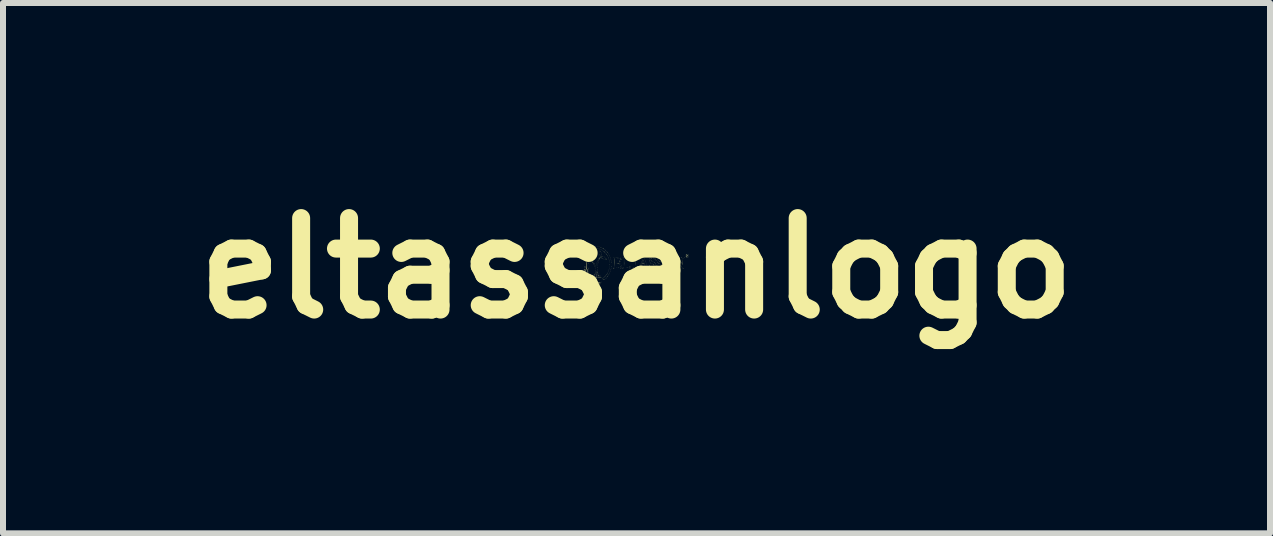
<source format=kicad_pcb>
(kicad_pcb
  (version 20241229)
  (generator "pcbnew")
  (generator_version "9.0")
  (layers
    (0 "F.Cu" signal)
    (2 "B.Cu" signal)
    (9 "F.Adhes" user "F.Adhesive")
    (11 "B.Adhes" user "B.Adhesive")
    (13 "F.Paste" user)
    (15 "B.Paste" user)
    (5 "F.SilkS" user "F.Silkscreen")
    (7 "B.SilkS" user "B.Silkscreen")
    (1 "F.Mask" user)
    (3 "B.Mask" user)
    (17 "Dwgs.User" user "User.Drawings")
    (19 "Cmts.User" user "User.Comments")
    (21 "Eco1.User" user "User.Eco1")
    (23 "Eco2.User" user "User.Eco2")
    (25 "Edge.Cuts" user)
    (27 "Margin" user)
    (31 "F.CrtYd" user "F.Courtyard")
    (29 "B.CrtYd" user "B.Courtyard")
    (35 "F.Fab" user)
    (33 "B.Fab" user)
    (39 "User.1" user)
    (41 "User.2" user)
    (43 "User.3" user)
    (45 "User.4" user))
  (footprint "eltassanlogo"
    (layer "F.Cu")
    (at 7.555 1.418)
    (property "Reference" "eltassanlogo" (at 0 0 0) (layer "F.SilkS") (effects (font (size 1.524 1.524) (thickness 0.3))))
    (attr board_only exclude_from_pos_files exclude_from_bom)
    (fp_poly (pts (xy -0.851 -0.165) (xy -0.853 -0.164) (xy -0.855 -0.165) (xy -0.853 -0.167)) (stroke (width 0) (type solid)) (fill yes) (layer "F.SilkS"))
    (fp_poly (pts (xy -0.815 0.329) (xy -0.816 0.331) (xy -0.818 0.329) (xy -0.816 0.327)) (stroke (width 0) (type solid)) (fill yes) (layer "F.SilkS"))
    (fp_poly (pts (xy -0.801 -0.085) (xy -0.803 -0.083) (xy -0.805 -0.085) (xy -0.803 -0.087)) (stroke (width 0) (type solid)) (fill yes) (layer "F.SilkS"))
    (fp_poly (pts (xy -0.801 -0.078) (xy -0.803 -0.077) (xy -0.805 -0.078) (xy -0.803 -0.08)) (stroke (width 0) (type solid)) (fill yes) (layer "F.SilkS"))
    (fp_poly (pts (xy -0.795 -0.339) (xy -0.796 -0.337) (xy -0.798 -0.339) (xy -0.796 -0.341)) (stroke (width 0) (type solid)) (fill yes) (layer "F.SilkS"))
    (fp_poly (pts (xy -0.795 -0.088) (xy -0.796 -0.087) (xy -0.798 -0.088) (xy -0.796 -0.09)) (stroke (width 0) (type solid)) (fill yes) (layer "F.SilkS"))
    (fp_poly (pts (xy -0.795 -0.082) (xy -0.796 -0.08) (xy -0.798 -0.082) (xy -0.796 -0.083)) (stroke (width 0) (type solid)) (fill yes) (layer "F.SilkS"))
    (fp_poly (pts (xy -0.795 -0.075) (xy -0.796 -0.073) (xy -0.798 -0.075) (xy -0.796 -0.077)) (stroke (width 0) (type solid)) (fill yes) (layer "F.SilkS"))
    (fp_poly (pts (xy -0.788 -0.342) (xy -0.79 -0.341) (xy -0.791 -0.342) (xy -0.79 -0.344)) (stroke (width 0) (type solid)) (fill yes) (layer "F.SilkS"))
    (fp_poly (pts (xy -0.781 -0.346) (xy -0.783 -0.344) (xy -0.785 -0.346) (xy -0.783 -0.347)) (stroke (width 0) (type solid)) (fill yes) (layer "F.SilkS"))
    (fp_poly (pts (xy -0.768 -0.316) (xy -0.77 -0.314) (xy -0.771 -0.316) (xy -0.77 -0.317)) (stroke (width 0) (type solid)) (fill yes) (layer "F.SilkS"))
    (fp_poly (pts (xy -0.758 0.275) (xy -0.76 0.277) (xy -0.761 0.275) (xy -0.76 0.274)) (stroke (width 0) (type solid)) (fill yes) (layer "F.SilkS"))
    (fp_poly (pts (xy -0.745 0.162) (xy -0.746 0.164) (xy -0.748 0.162) (xy -0.746 0.16)) (stroke (width 0) (type solid)) (fill yes) (layer "F.SilkS"))
    (fp_poly (pts (xy -0.741 0.155) (xy -0.743 0.157) (xy -0.745 0.155) (xy -0.743 0.154)) (stroke (width 0) (type solid)) (fill yes) (layer "F.SilkS"))
    (fp_poly (pts (xy -0.735 0.152) (xy -0.736 0.154) (xy -0.738 0.152) (xy -0.736 0.15)) (stroke (width 0) (type solid)) (fill yes) (layer "F.SilkS"))
    (fp_poly (pts (xy -0.721 0.249) (xy -0.723 0.25) (xy -0.725 0.249) (xy -0.723 0.247)) (stroke (width 0) (type solid)) (fill yes) (layer "F.SilkS"))
    (fp_poly (pts (xy -0.715 0.242) (xy -0.716 0.244) (xy -0.718 0.242) (xy -0.716 0.24)) (stroke (width 0) (type solid)) (fill yes) (layer "F.SilkS"))
    (fp_poly (pts (xy -0.708 0.245) (xy -0.71 0.247) (xy -0.711 0.245) (xy -0.71 0.244)) (stroke (width 0) (type solid)) (fill yes) (layer "F.SilkS"))
    (fp_poly (pts (xy -0.708 0.259) (xy -0.71 0.26) (xy -0.711 0.259) (xy -0.71 0.257)) (stroke (width 0) (type solid)) (fill yes) (layer "F.SilkS"))
    (fp_poly (pts (xy -0.705 -0.058) (xy -0.706 -0.057) (xy -0.708 -0.058) (xy -0.706 -0.06)) (stroke (width 0) (type solid)) (fill yes) (layer "F.SilkS"))
    (fp_poly (pts (xy -0.701 -0.052) (xy -0.703 -0.05) (xy -0.705 -0.052) (xy -0.703 -0.053)) (stroke (width 0) (type solid)) (fill yes) (layer "F.SilkS"))
    (fp_poly (pts (xy -0.698 -0.045) (xy -0.7 -0.043) (xy -0.701 -0.045) (xy -0.7 -0.047)) (stroke (width 0) (type solid)) (fill yes) (layer "F.SilkS"))
    (fp_poly (pts (xy -0.695 -0.035) (xy -0.696 -0.033) (xy -0.698 -0.035) (xy -0.696 -0.037)) (stroke (width 0) (type solid)) (fill yes) (layer "F.SilkS"))
    (fp_poly (pts (xy -0.691 -0.062) (xy -0.693 -0.06) (xy -0.695 -0.062) (xy -0.693 -0.063)) (stroke (width 0) (type solid)) (fill yes) (layer "F.SilkS"))
    (fp_poly (pts (xy -0.685 -0.052) (xy -0.686 -0.05) (xy -0.688 -0.052) (xy -0.686 -0.053)) (stroke (width 0) (type solid)) (fill yes) (layer "F.SilkS"))
    (fp_poly (pts (xy -0.685 0.102) (xy -0.686 0.104) (xy -0.688 0.102) (xy -0.686 0.1)) (stroke (width 0) (type solid)) (fill yes) (layer "F.SilkS"))
    (fp_poly (pts (xy -0.681 -0.045) (xy -0.683 -0.043) (xy -0.685 -0.045) (xy -0.683 -0.047)) (stroke (width 0) (type solid)) (fill yes) (layer "F.SilkS"))
    (fp_poly (pts (xy -0.681 0.095) (xy -0.683 0.097) (xy -0.685 0.095) (xy -0.683 0.093)) (stroke (width 0) (type solid)) (fill yes) (layer "F.SilkS"))
    (fp_poly (pts (xy -0.678 -0.035) (xy -0.679 -0.033) (xy -0.681 -0.035) (xy -0.679 -0.037)) (stroke (width 0) (type solid)) (fill yes) (layer "F.SilkS"))
    (fp_poly (pts (xy -0.678 0.132) (xy -0.679 0.134) (xy -0.681 0.132) (xy -0.679 0.13)) (stroke (width 0) (type solid)) (fill yes) (layer "F.SilkS"))
    (fp_poly (pts (xy -0.674 -0.028) (xy -0.676 -0.027) (xy -0.678 -0.028) (xy -0.676 -0.03)) (stroke (width 0) (type solid)) (fill yes) (layer "F.SilkS"))
    (fp_poly (pts (xy -0.671 0.125) (xy -0.673 0.127) (xy -0.674 0.125) (xy -0.673 0.124)) (stroke (width 0) (type solid)) (fill yes) (layer "F.SilkS"))
    (fp_poly (pts (xy -0.671 0.135) (xy -0.673 0.137) (xy -0.674 0.135) (xy -0.673 0.134)) (stroke (width 0) (type solid)) (fill yes) (layer "F.SilkS"))
    (fp_poly (pts (xy -0.661 -0.082) (xy -0.663 -0.08) (xy -0.664 -0.082) (xy -0.663 -0.083)) (stroke (width 0) (type solid)) (fill yes) (layer "F.SilkS"))
    (fp_poly (pts (xy -0.654 -0.102) (xy -0.656 -0.1) (xy -0.658 -0.102) (xy -0.656 -0.104)) (stroke (width 0) (type solid)) (fill yes) (layer "F.SilkS"))
    (fp_poly (pts (xy -0.651 -0.109) (xy -0.653 -0.107) (xy -0.654 -0.109) (xy -0.653 -0.11)) (stroke (width 0) (type solid)) (fill yes) (layer "F.SilkS"))
    (fp_poly (pts (xy -0.634 -0.142) (xy -0.636 -0.14) (xy -0.638 -0.142) (xy -0.636 -0.144)) (stroke (width 0) (type solid)) (fill yes) (layer "F.SilkS"))
    (fp_poly (pts (xy -0.634 0.102) (xy -0.636 0.104) (xy -0.638 0.102) (xy -0.636 0.1)) (stroke (width 0) (type solid)) (fill yes) (layer "F.SilkS"))
    (fp_poly (pts (xy -0.631 -0.112) (xy -0.633 -0.11) (xy -0.634 -0.112) (xy -0.633 -0.114)) (stroke (width 0) (type solid)) (fill yes) (layer "F.SilkS"))
    (fp_poly (pts (xy -0.631 0.109) (xy -0.633 0.11) (xy -0.634 0.109) (xy -0.633 0.107)) (stroke (width 0) (type solid)) (fill yes) (layer "F.SilkS"))
    (fp_poly (pts (xy -0.624 0.142) (xy -0.626 0.144) (xy -0.628 0.142) (xy -0.626 0.14)) (stroke (width 0) (type solid)) (fill yes) (layer "F.SilkS"))
    (fp_poly (pts (xy -0.621 -0.139) (xy -0.623 -0.137) (xy -0.624 -0.139) (xy -0.623 -0.14)) (stroke (width 0) (type solid)) (fill yes) (layer "F.SilkS"))
    (fp_poly (pts (xy -0.621 0.135) (xy -0.623 0.137) (xy -0.624 0.135) (xy -0.623 0.134)) (stroke (width 0) (type solid)) (fill yes) (layer "F.SilkS"))
    (fp_poly (pts (xy -0.621 0.149) (xy -0.623 0.15) (xy -0.624 0.149) (xy -0.623 0.147)) (stroke (width 0) (type solid)) (fill yes) (layer "F.SilkS"))
    (fp_poly (pts (xy -0.618 -0.259) (xy -0.619 -0.257) (xy -0.621 -0.259) (xy -0.619 -0.26)) (stroke (width 0) (type solid)) (fill yes) (layer "F.SilkS"))
    (fp_poly (pts (xy -0.611 0.149) (xy -0.613 0.15) (xy -0.614 0.149) (xy -0.613 0.147)) (stroke (width 0) (type solid)) (fill yes) (layer "F.SilkS"))
    (fp_poly (pts (xy -0.601 -0.316) (xy -0.603 -0.314) (xy -0.604 -0.316) (xy -0.603 -0.317)) (stroke (width 0) (type solid)) (fill yes) (layer "F.SilkS"))
    (fp_poly (pts (xy -0.591 -0.269) (xy -0.593 -0.267) (xy -0.594 -0.269) (xy -0.593 -0.27)) (stroke (width 0) (type solid)) (fill yes) (layer "F.SilkS"))
    (fp_poly (pts (xy -0.584 0.225) (xy -0.586 0.227) (xy -0.588 0.225) (xy -0.586 0.224)) (stroke (width 0) (type solid)) (fill yes) (layer "F.SilkS"))
    (fp_poly (pts (xy -0.581 -0.342) (xy -0.583 -0.341) (xy -0.584 -0.342) (xy -0.583 -0.344)) (stroke (width 0) (type solid)) (fill yes) (layer "F.SilkS"))
    (fp_poly (pts (xy -0.574 -0.339) (xy -0.576 -0.337) (xy -0.578 -0.339) (xy -0.576 -0.341)) (stroke (width 0) (type solid)) (fill yes) (layer "F.SilkS"))
    (fp_poly (pts (xy -0.574 -0.302) (xy -0.576 -0.301) (xy -0.578 -0.302) (xy -0.576 -0.304)) (stroke (width 0) (type solid)) (fill yes) (layer "F.SilkS"))
    (fp_poly (pts (xy -0.548 -0.199) (xy -0.549 -0.197) (xy -0.551 -0.199) (xy -0.549 -0.2)) (stroke (width 0) (type solid)) (fill yes) (layer "F.SilkS"))
    (fp_poly (pts (xy -0.481 0.082) (xy -0.482 0.083) (xy -0.484 0.082) (xy -0.482 0.08)) (stroke (width 0) (type solid)) (fill yes) (layer "F.SilkS"))
    (fp_poly (pts (xy -0.477 -0.199) (xy -0.479 -0.197) (xy -0.481 -0.199) (xy -0.479 -0.2)) (stroke (width 0) (type solid)) (fill yes) (layer "F.SilkS"))
    (fp_poly (pts (xy -0.477 0.075) (xy -0.479 0.077) (xy -0.481 0.075) (xy -0.479 0.073)) (stroke (width 0) (type solid)) (fill yes) (layer "F.SilkS"))
    (fp_poly (pts (xy -0.474 -0.192) (xy -0.476 -0.19) (xy -0.477 -0.192) (xy -0.476 -0.194)) (stroke (width 0) (type solid)) (fill yes) (layer "F.SilkS"))
    (fp_poly (pts (xy -0.474 0.068) (xy -0.476 0.07) (xy -0.477 0.068) (xy -0.476 0.067)) (stroke (width 0) (type solid)) (fill yes) (layer "F.SilkS"))
    (fp_poly (pts (xy -0.471 0.062) (xy -0.472 0.063) (xy -0.474 0.062) (xy -0.472 0.06)) (stroke (width 0) (type solid)) (fill yes) (layer "F.SilkS"))
    (fp_poly (pts (xy -0.464 -0.235) (xy -0.466 -0.234) (xy -0.467 -0.235) (xy -0.466 -0.237)) (stroke (width 0) (type solid)) (fill yes) (layer "F.SilkS"))
    (fp_poly (pts (xy -0.464 -0.169) (xy -0.466 -0.167) (xy -0.467 -0.169) (xy -0.466 -0.17)) (stroke (width 0) (type solid)) (fill yes) (layer "F.SilkS"))
    (fp_poly (pts (xy -0.464 0.045) (xy -0.466 0.047) (xy -0.467 0.045) (xy -0.466 0.043)) (stroke (width 0) (type solid)) (fill yes) (layer "F.SilkS"))
    (fp_poly (pts (xy -0.457 -0.225) (xy -0.459 -0.224) (xy -0.461 -0.225) (xy -0.459 -0.227)) (stroke (width 0) (type solid)) (fill yes) (layer "F.SilkS"))
    (fp_poly (pts (xy -0.457 0.102) (xy -0.459 0.104) (xy -0.461 0.102) (xy -0.459 0.1)) (stroke (width 0) (type solid)) (fill yes) (layer "F.SilkS"))
    (fp_poly (pts (xy -0.454 -0.219) (xy -0.456 -0.217) (xy -0.457 -0.219) (xy -0.456 -0.22)) (stroke (width 0) (type solid)) (fill yes) (layer "F.SilkS"))
    (fp_poly (pts (xy -0.454 0.095) (xy -0.456 0.097) (xy -0.457 0.095) (xy -0.456 0.093)) (stroke (width 0) (type solid)) (fill yes) (layer "F.SilkS"))
    (fp_poly (pts (xy -0.451 -0.212) (xy -0.452 -0.21) (xy -0.454 -0.212) (xy -0.452 -0.214)) (stroke (width 0) (type solid)) (fill yes) (layer "F.SilkS"))
    (fp_poly (pts (xy -0.451 0.088) (xy -0.452 0.09) (xy -0.454 0.088) (xy -0.452 0.087)) (stroke (width 0) (type solid)) (fill yes) (layer "F.SilkS"))
    (fp_poly (pts (xy -0.447 -0.205) (xy -0.449 -0.204) (xy -0.451 -0.205) (xy -0.449 -0.207)) (stroke (width 0) (type solid)) (fill yes) (layer "F.SilkS"))
    (fp_poly (pts (xy -0.447 0.082) (xy -0.449 0.083) (xy -0.451 0.082) (xy -0.449 0.08)) (stroke (width 0) (type solid)) (fill yes) (layer "F.SilkS"))
    (fp_poly (pts (xy -0.444 -0.199) (xy -0.446 -0.197) (xy -0.447 -0.199) (xy -0.446 -0.2)) (stroke (width 0) (type solid)) (fill yes) (layer "F.SilkS"))
    (fp_poly (pts (xy -0.444 0.075) (xy -0.446 0.077) (xy -0.447 0.075) (xy -0.446 0.073)) (stroke (width 0) (type solid)) (fill yes) (layer "F.SilkS"))
    (fp_poly (pts (xy -0.441 -0.189) (xy -0.442 -0.187) (xy -0.444 -0.189) (xy -0.442 -0.19)) (stroke (width 0) (type solid)) (fill yes) (layer "F.SilkS"))
    (fp_poly (pts (xy -0.441 0.068) (xy -0.442 0.07) (xy -0.444 0.068) (xy -0.442 0.067)) (stroke (width 0) (type solid)) (fill yes) (layer "F.SilkS"))
    (fp_poly (pts (xy -0.437 -0.182) (xy -0.439 -0.18) (xy -0.441 -0.182) (xy -0.439 -0.184)) (stroke (width 0) (type solid)) (fill yes) (layer "F.SilkS"))
    (fp_poly (pts (xy -0.244 -0.042) (xy -0.245 -0.04) (xy -0.247 -0.042) (xy -0.245 -0.043)) (stroke (width 0) (type solid)) (fill yes) (layer "F.SilkS"))
    (fp_poly (pts (xy -0.224 -0.175) (xy -0.225 -0.174) (xy -0.227 -0.175) (xy -0.225 -0.177)) (stroke (width 0) (type solid)) (fill yes) (layer "F.SilkS"))
    (fp_poly (pts (xy -0.157 -0.175) (xy -0.159 -0.174) (xy -0.16 -0.175) (xy -0.159 -0.177)) (stroke (width 0) (type solid)) (fill yes) (layer "F.SilkS"))
    (fp_poly (pts (xy -0.1 -0.182) (xy -0.102 -0.18) (xy -0.104 -0.182) (xy -0.102 -0.184)) (stroke (width 0) (type solid)) (fill yes) (layer "F.SilkS"))
    (fp_poly (pts (xy -0.1 -0.139) (xy -0.102 -0.137) (xy -0.104 -0.139) (xy -0.102 -0.14)) (stroke (width 0) (type solid)) (fill yes) (layer "F.SilkS"))
    (fp_poly (pts (xy -0.097 -0.145) (xy -0.099 -0.144) (xy -0.1 -0.145) (xy -0.099 -0.147)) (stroke (width 0) (type solid)) (fill yes) (layer "F.SilkS"))
    (fp_poly (pts (xy -0.043 -0.169) (xy -0.045 -0.167) (xy -0.047 -0.169) (xy -0.045 -0.17)) (stroke (width 0) (type solid)) (fill yes) (layer "F.SilkS"))
    (fp_poly (pts (xy 0.043 -0.145) (xy 0.042 -0.144) (xy 0.04 -0.145) (xy 0.042 -0.147)) (stroke (width 0) (type solid)) (fill yes) (layer "F.SilkS"))
    (fp_poly (pts (xy 0.047 -0.182) (xy 0.045 -0.18) (xy 0.043 -0.182) (xy 0.045 -0.184)) (stroke (width 0) (type solid)) (fill yes) (layer "F.SilkS"))
    (fp_poly (pts (xy 0.053 -0.142) (xy 0.052 -0.14) (xy 0.05 -0.142) (xy 0.052 -0.144)) (stroke (width 0) (type solid)) (fill yes) (layer "F.SilkS"))
    (fp_poly (pts (xy 0.067 -0.055) (xy 0.065 -0.053) (xy 0.063 -0.055) (xy 0.065 -0.057)) (stroke (width 0) (type solid)) (fill yes) (layer "F.SilkS"))
    (fp_poly (pts (xy 0.07 -0.065) (xy 0.068 -0.063) (xy 0.067 -0.065) (xy 0.068 -0.067)) (stroke (width 0) (type solid)) (fill yes) (layer "F.SilkS"))
    (fp_poly (pts (xy 0.073 -0.028) (xy 0.072 -0.027) (xy 0.07 -0.028) (xy 0.072 -0.03)) (stroke (width 0) (type solid)) (fill yes) (layer "F.SilkS"))
    (fp_poly (pts (xy 0.077 -0.082) (xy 0.075 -0.08) (xy 0.073 -0.082) (xy 0.075 -0.083)) (stroke (width 0) (type solid)) (fill yes) (layer "F.SilkS"))
    (fp_poly (pts (xy 0.09 -0.119) (xy 0.088 -0.117) (xy 0.087 -0.119) (xy 0.088 -0.12)) (stroke (width 0) (type solid)) (fill yes) (layer "F.SilkS"))
    (fp_poly (pts (xy 0.093 -0.129) (xy 0.092 -0.127) (xy 0.09 -0.129) (xy 0.092 -0.13)) (stroke (width 0) (type solid)) (fill yes) (layer "F.SilkS"))
    (fp_poly (pts (xy 0.1 -0.145) (xy 0.099 -0.144) (xy 0.097 -0.145) (xy 0.099 -0.147)) (stroke (width 0) (type solid)) (fill yes) (layer "F.SilkS"))
    (fp_poly (pts (xy 0.104 -0.155) (xy 0.102 -0.154) (xy 0.1 -0.155) (xy 0.102 -0.157)) (stroke (width 0) (type solid)) (fill yes) (layer "F.SilkS"))
    (fp_poly (pts (xy 0.104 -0.119) (xy 0.102 -0.117) (xy 0.1 -0.119) (xy 0.102 -0.12)) (stroke (width 0) (type solid)) (fill yes) (layer "F.SilkS"))
    (fp_poly (pts (xy 0.11 -0.172) (xy 0.109 -0.17) (xy 0.107 -0.172) (xy 0.109 -0.174)) (stroke (width 0) (type solid)) (fill yes) (layer "F.SilkS"))
    (fp_poly (pts (xy 0.127 -0.182) (xy 0.125 -0.18) (xy 0.124 -0.182) (xy 0.125 -0.184)) (stroke (width 0) (type solid)) (fill yes) (layer "F.SilkS"))
    (fp_poly (pts (xy 0.137 -0.005) (xy 0.135 -0.003) (xy 0.134 -0.005) (xy 0.135 -0.007)) (stroke (width 0) (type solid)) (fill yes) (layer "F.SilkS"))
    (fp_poly (pts (xy 0.14 -0.145) (xy 0.139 -0.144) (xy 0.137 -0.145) (xy 0.139 -0.147)) (stroke (width 0) (type solid)) (fill yes) (layer "F.SilkS"))
    (fp_poly (pts (xy 0.144 -0.135) (xy 0.142 -0.134) (xy 0.14 -0.135) (xy 0.142 -0.137)) (stroke (width 0) (type solid)) (fill yes) (layer "F.SilkS"))
    (fp_poly (pts (xy 0.157 -0.099) (xy 0.155 -0.097) (xy 0.154 -0.099) (xy 0.155 -0.1)) (stroke (width 0) (type solid)) (fill yes) (layer "F.SilkS"))
    (fp_poly (pts (xy 0.16 -0.088) (xy 0.159 -0.087) (xy 0.157 -0.088) (xy 0.159 -0.09)) (stroke (width 0) (type solid)) (fill yes) (layer "F.SilkS"))
    (fp_poly (pts (xy 0.164 -0.078) (xy 0.162 -0.077) (xy 0.16 -0.078) (xy 0.162 -0.08)) (stroke (width 0) (type solid)) (fill yes) (layer "F.SilkS"))
    (fp_poly (pts (xy 0.177 -0.042) (xy 0.175 -0.04) (xy 0.174 -0.042) (xy 0.175 -0.043)) (stroke (width 0) (type solid)) (fill yes) (layer "F.SilkS"))
    (fp_poly (pts (xy 0.18 -0.032) (xy 0.179 -0.03) (xy 0.177 -0.032) (xy 0.179 -0.033)) (stroke (width 0) (type solid)) (fill yes) (layer "F.SilkS"))
    (fp_poly (pts (xy 0.217 -0.152) (xy 0.215 -0.15) (xy 0.214 -0.152) (xy 0.215 -0.154)) (stroke (width 0) (type solid)) (fill yes) (layer "F.SilkS"))
    (fp_poly (pts (xy 0.237 -0.015) (xy 0.235 -0.013) (xy 0.234 -0.015) (xy 0.235 -0.017)) (stroke (width 0) (type solid)) (fill yes) (layer "F.SilkS"))
    (fp_poly (pts (xy 0.247 -0.078) (xy 0.245 -0.077) (xy 0.244 -0.078) (xy 0.245 -0.08)) (stroke (width 0) (type solid)) (fill yes) (layer "F.SilkS"))
    (fp_poly (pts (xy 0.254 -0.075) (xy 0.252 -0.073) (xy 0.25 -0.075) (xy 0.252 -0.077)) (stroke (width 0) (type solid)) (fill yes) (layer "F.SilkS"))
    (fp_poly (pts (xy 0.264 -0.112) (xy 0.262 -0.11) (xy 0.26 -0.112) (xy 0.262 -0.114)) (stroke (width 0) (type solid)) (fill yes) (layer "F.SilkS"))
    (fp_poly (pts (xy 0.27 -0.068) (xy 0.269 -0.067) (xy 0.267 -0.068) (xy 0.269 -0.07)) (stroke (width 0) (type solid)) (fill yes) (layer "F.SilkS"))
    (fp_poly (pts (xy 0.28 -0.105) (xy 0.279 -0.104) (xy 0.277 -0.105) (xy 0.279 -0.107)) (stroke (width 0) (type solid)) (fill yes) (layer "F.SilkS"))
    (fp_poly (pts (xy 0.287 -0.102) (xy 0.285 -0.1) (xy 0.284 -0.102) (xy 0.285 -0.104)) (stroke (width 0) (type solid)) (fill yes) (layer "F.SilkS"))
    (fp_poly (pts (xy 0.294 -0.022) (xy 0.292 -0.02) (xy 0.29 -0.022) (xy 0.292 -0.023)) (stroke (width 0) (type solid)) (fill yes) (layer "F.SilkS"))
    (fp_poly (pts (xy 0.304 -0.145) (xy 0.302 -0.144) (xy 0.301 -0.145) (xy 0.302 -0.147)) (stroke (width 0) (type solid)) (fill yes) (layer "F.SilkS"))
    (fp_poly (pts (xy 0.347 -0.102) (xy 0.346 -0.1) (xy 0.344 -0.102) (xy 0.346 -0.104)) (stroke (width 0) (type solid)) (fill yes) (layer "F.SilkS"))
    (fp_poly (pts (xy 0.354 0.002) (xy 0.352 0.003) (xy 0.351 0.002) (xy 0.352 0)) (stroke (width 0) (type solid)) (fill yes) (layer "F.SilkS"))
    (fp_poly (pts (xy 0.367 -0.132) (xy 0.366 -0.13) (xy 0.364 -0.132) (xy 0.366 -0.134)) (stroke (width 0) (type solid)) (fill yes) (layer "F.SilkS"))
    (fp_poly (pts (xy 0.371 -0.012) (xy 0.369 -0.01) (xy 0.367 -0.012) (xy 0.369 -0.013)) (stroke (width 0) (type solid)) (fill yes) (layer "F.SilkS"))
    (fp_poly (pts (xy 0.377 -0.165) (xy 0.376 -0.164) (xy 0.374 -0.165) (xy 0.376 -0.167)) (stroke (width 0) (type solid)) (fill yes) (layer "F.SilkS"))
    (fp_poly (pts (xy 0.377 -0.008) (xy 0.376 -0.007) (xy 0.374 -0.008) (xy 0.376 -0.01)) (stroke (width 0) (type solid)) (fill yes) (layer "F.SilkS"))
    (fp_poly (pts (xy 0.394 0.008) (xy 0.392 0.01) (xy 0.391 0.008) (xy 0.392 0.007)) (stroke (width 0) (type solid)) (fill yes) (layer "F.SilkS"))
    (fp_poly (pts (xy 0.397 -0.068) (xy 0.396 -0.067) (xy 0.394 -0.068) (xy 0.396 -0.07)) (stroke (width 0) (type solid)) (fill yes) (layer "F.SilkS"))
    (fp_poly (pts (xy 0.404 -0.065) (xy 0.402 -0.063) (xy 0.401 -0.065) (xy 0.402 -0.067)) (stroke (width 0) (type solid)) (fill yes) (layer "F.SilkS"))
    (fp_poly (pts (xy 0.407 -0.105) (xy 0.406 -0.104) (xy 0.404 -0.105) (xy 0.406 -0.107)) (stroke (width 0) (type solid)) (fill yes) (layer "F.SilkS"))
    (fp_poly (pts (xy 0.414 -0.165) (xy 0.412 -0.164) (xy 0.411 -0.165) (xy 0.412 -0.167)) (stroke (width 0) (type solid)) (fill yes) (layer "F.SilkS"))
    (fp_poly (pts (xy 0.414 -0.102) (xy 0.412 -0.1) (xy 0.411 -0.102) (xy 0.412 -0.104)) (stroke (width 0) (type solid)) (fill yes) (layer "F.SilkS"))
    (fp_poly (pts (xy 0.421 -0.099) (xy 0.419 -0.097) (xy 0.417 -0.099) (xy 0.419 -0.1)) (stroke (width 0) (type solid)) (fill yes) (layer "F.SilkS"))
    (fp_poly (pts (xy 0.431 -0.145) (xy 0.429 -0.144) (xy 0.427 -0.145) (xy 0.429 -0.147)) (stroke (width 0) (type solid)) (fill yes) (layer "F.SilkS"))
    (fp_poly (pts (xy 0.447 -0.072) (xy 0.446 -0.07) (xy 0.444 -0.072) (xy 0.446 -0.073)) (stroke (width 0) (type solid)) (fill yes) (layer "F.SilkS"))
    (fp_poly (pts (xy 0.447 -0.022) (xy 0.446 -0.02) (xy 0.444 -0.022) (xy 0.446 -0.023)) (stroke (width 0) (type solid)) (fill yes) (layer "F.SilkS"))
    (fp_poly (pts (xy 0.471 -0.008) (xy 0.469 -0.007) (xy 0.467 -0.008) (xy 0.469 -0.01)) (stroke (width 0) (type solid)) (fill yes) (layer "F.SilkS"))
    (fp_poly (pts (xy 0.484 -0.042) (xy 0.482 -0.04) (xy 0.481 -0.042) (xy 0.482 -0.043)) (stroke (width 0) (type solid)) (fill yes) (layer "F.SilkS"))
    (fp_poly (pts (xy 0.487 -0.052) (xy 0.486 -0.05) (xy 0.484 -0.052) (xy 0.486 -0.053)) (stroke (width 0) (type solid)) (fill yes) (layer "F.SilkS"))
    (fp_poly (pts (xy 0.491 -0.062) (xy 0.489 -0.06) (xy 0.487 -0.062) (xy 0.489 -0.063)) (stroke (width 0) (type solid)) (fill yes) (layer "F.SilkS"))
    (fp_poly (pts (xy 0.494 -0.068) (xy 0.493 -0.067) (xy 0.491 -0.068) (xy 0.493 -0.07)) (stroke (width 0) (type solid)) (fill yes) (layer "F.SilkS"))
    (fp_poly (pts (xy 0.494 -0.025) (xy 0.493 -0.023) (xy 0.491 -0.025) (xy 0.493 -0.027)) (stroke (width 0) (type solid)) (fill yes) (layer "F.SilkS"))
    (fp_poly (pts (xy 0.498 -0.078) (xy 0.496 -0.077) (xy 0.494 -0.078) (xy 0.496 -0.08)) (stroke (width 0) (type solid)) (fill yes) (layer "F.SilkS"))
    (fp_poly (pts (xy 0.498 -0.005) (xy 0.496 -0.003) (xy 0.494 -0.005) (xy 0.496 -0.007)) (stroke (width 0) (type solid)) (fill yes) (layer "F.SilkS"))
    (fp_poly (pts (xy 0.511 -0.115) (xy 0.509 -0.114) (xy 0.508 -0.115) (xy 0.509 -0.117)) (stroke (width 0) (type solid)) (fill yes) (layer "F.SilkS"))
    (fp_poly (pts (xy 0.514 -0.125) (xy 0.513 -0.124) (xy 0.511 -0.125) (xy 0.513 -0.127)) (stroke (width 0) (type solid)) (fill yes) (layer "F.SilkS"))
    (fp_poly (pts (xy 0.518 -0.095) (xy 0.516 -0.093) (xy 0.514 -0.095) (xy 0.516 -0.097)) (stroke (width 0) (type solid)) (fill yes) (layer "F.SilkS"))
    (fp_poly (pts (xy 0.521 -0.142) (xy 0.519 -0.14) (xy 0.518 -0.142) (xy 0.519 -0.144)) (stroke (width 0) (type solid)) (fill yes) (layer "F.SilkS"))
    (fp_poly (pts (xy 0.524 -0.152) (xy 0.523 -0.15) (xy 0.521 -0.152) (xy 0.523 -0.154)) (stroke (width 0) (type solid)) (fill yes) (layer "F.SilkS"))
    (fp_poly (pts (xy 0.524 -0.115) (xy 0.523 -0.114) (xy 0.521 -0.115) (xy 0.523 -0.117)) (stroke (width 0) (type solid)) (fill yes) (layer "F.SilkS"))
    (fp_poly (pts (xy 0.538 -0.119) (xy 0.536 -0.117) (xy 0.534 -0.119) (xy 0.536 -0.12)) (stroke (width 0) (type solid)) (fill yes) (layer "F.SilkS"))
    (fp_poly (pts (xy 0.551 -0.172) (xy 0.549 -0.17) (xy 0.548 -0.172) (xy 0.549 -0.174)) (stroke (width 0) (type solid)) (fill yes) (layer "F.SilkS"))
    (fp_poly (pts (xy 0.551 -0.078) (xy 0.549 -0.077) (xy 0.548 -0.078) (xy 0.549 -0.08)) (stroke (width 0) (type solid)) (fill yes) (layer "F.SilkS"))
    (fp_poly (pts (xy 0.554 -0.162) (xy 0.553 -0.16) (xy 0.551 -0.162) (xy 0.553 -0.164)) (stroke (width 0) (type solid)) (fill yes) (layer "F.SilkS"))
    (fp_poly (pts (xy 0.558 -0.002) (xy 0.556 0) (xy 0.554 -0.002) (xy 0.556 -0.003)) (stroke (width 0) (type solid)) (fill yes) (layer "F.SilkS"))
    (fp_poly (pts (xy 0.558 0.005) (xy 0.556 0.007) (xy 0.554 0.005) (xy 0.556 0.003)) (stroke (width 0) (type solid)) (fill yes) (layer "F.SilkS"))
    (fp_poly (pts (xy 0.561 -0.048) (xy 0.559 -0.047) (xy 0.558 -0.048) (xy 0.559 -0.05)) (stroke (width 0) (type solid)) (fill yes) (layer "F.SilkS"))
    (fp_poly (pts (xy 0.564 -0.038) (xy 0.563 -0.037) (xy 0.561 -0.038) (xy 0.563 -0.04)) (stroke (width 0) (type solid)) (fill yes) (layer "F.SilkS"))
    (fp_poly (pts (xy 0.564 -0.005) (xy 0.563 -0.003) (xy 0.561 -0.005) (xy 0.563 -0.007)) (stroke (width 0) (type solid)) (fill yes) (layer "F.SilkS"))
    (fp_poly (pts (xy 0.568 -0.125) (xy 0.566 -0.124) (xy 0.564 -0.125) (xy 0.566 -0.127)) (stroke (width 0) (type solid)) (fill yes) (layer "F.SilkS"))
    (fp_poly (pts (xy 0.578 -0.099) (xy 0.576 -0.097) (xy 0.574 -0.099) (xy 0.576 -0.1)) (stroke (width 0) (type solid)) (fill yes) (layer "F.SilkS"))
    (fp_poly (pts (xy 0.581 -0.088) (xy 0.579 -0.087) (xy 0.578 -0.088) (xy 0.579 -0.09)) (stroke (width 0) (type solid)) (fill yes) (layer "F.SilkS"))
    (fp_poly (pts (xy 0.584 -0.078) (xy 0.583 -0.077) (xy 0.581 -0.078) (xy 0.583 -0.08)) (stroke (width 0) (type solid)) (fill yes) (layer "F.SilkS"))
    (fp_poly (pts (xy 0.588 -0.068) (xy 0.586 -0.067) (xy 0.584 -0.068) (xy 0.586 -0.07)) (stroke (width 0) (type solid)) (fill yes) (layer "F.SilkS"))
    (fp_poly (pts (xy 0.841 -0.209) (xy 0.84 -0.207) (xy 0.838 -0.209) (xy 0.84 -0.21)) (stroke (width 0) (type solid)) (fill yes) (layer "F.SilkS"))
    (fp_poly (pts (xy 0.851 -0.185) (xy 0.85 -0.184) (xy 0.848 -0.185) (xy 0.85 -0.187)) (stroke (width 0) (type solid)) (fill yes) (layer "F.SilkS"))
    (fp_poly (pts (xy 0.861 -0.215) (xy 0.86 -0.214) (xy 0.858 -0.215) (xy 0.86 -0.217)) (stroke (width 0) (type solid)) (fill yes) (layer "F.SilkS"))
    (fp_poly (pts (xy 0.861 -0.195) (xy 0.86 -0.194) (xy 0.858 -0.195) (xy 0.86 -0.197)) (stroke (width 0) (type solid)) (fill yes) (layer "F.SilkS"))
    (fp_poly (pts (xy 0.868 -0.215) (xy 0.866 -0.214) (xy 0.865 -0.215) (xy 0.866 -0.217)) (stroke (width 0) (type solid)) (fill yes) (layer "F.SilkS"))
    (fp_poly (pts (xy 0.868 -0.195) (xy 0.866 -0.194) (xy 0.865 -0.195) (xy 0.866 -0.197)) (stroke (width 0) (type solid)) (fill yes) (layer "F.SilkS"))
    (fp_poly (pts (xy -0.839 -0.162) (xy -0.84 -0.161) (xy -0.843 -0.161) (xy -0.847 -0.161) (xy -0.845 -0.163) (xy -0.84 -0.163)) (stroke (width 0) (type solid)) (fill yes) (layer "F.SilkS"))
    (fp_poly (pts (xy -0.802 -0.012) (xy -0.802 -0.008) (xy -0.802 -0.008) (xy -0.804 -0.008) (xy -0.805 -0.01) (xy -0.803 -0.013)) (stroke (width 0) (type solid)) (fill yes) (layer "F.SilkS"))
    (fp_poly (pts (xy -0.776 -0.313) (xy -0.776 -0.311) (xy -0.778 -0.311) (xy -0.781 -0.312) (xy -0.78 -0.313) (xy -0.776 -0.313)) (stroke (width 0) (type solid)) (fill yes) (layer "F.SilkS"))
    (fp_poly (pts (xy -0.772 -0.349) (xy -0.773 -0.347) (xy -0.775 -0.347) (xy -0.777 -0.348) (xy -0.777 -0.349) (xy -0.773 -0.35)) (stroke (width 0) (type solid)) (fill yes) (layer "F.SilkS"))
    (fp_poly (pts (xy -0.762 -0.353) (xy -0.763 -0.351) (xy -0.765 -0.351) (xy -0.767 -0.352) (xy -0.767 -0.353) (xy -0.763 -0.353)) (stroke (width 0) (type solid)) (fill yes) (layer "F.SilkS"))
    (fp_poly (pts (xy -0.759 -0.319) (xy -0.76 -0.317) (xy -0.761 -0.317) (xy -0.764 -0.318) (xy -0.764 -0.319) (xy -0.76 -0.32)) (stroke (width 0) (type solid)) (fill yes) (layer "F.SilkS"))
    (fp_poly (pts (xy -0.759 -0.136) (xy -0.759 -0.132) (xy -0.759 -0.131) (xy -0.761 -0.132) (xy -0.761 -0.134) (xy -0.76 -0.136)) (stroke (width 0) (type solid)) (fill yes) (layer "F.SilkS"))
    (fp_poly (pts (xy -0.752 -0.356) (xy -0.753 -0.354) (xy -0.755 -0.354) (xy -0.757 -0.355) (xy -0.757 -0.356) (xy -0.753 -0.357)) (stroke (width 0) (type solid)) (fill yes) (layer "F.SilkS"))
    (fp_poly (pts (xy -0.749 -0.323) (xy -0.75 -0.321) (xy -0.751 -0.321) (xy -0.754 -0.322) (xy -0.754 -0.323) (xy -0.75 -0.323)) (stroke (width 0) (type solid)) (fill yes) (layer "F.SilkS"))
    (fp_poly (pts (xy -0.739 -0.326) (xy -0.739 -0.324) (xy -0.741 -0.324) (xy -0.744 -0.325) (xy -0.743 -0.326) (xy -0.74 -0.327)) (stroke (width 0) (type solid)) (fill yes) (layer "F.SilkS"))
    (fp_poly (pts (xy -0.739 -0.359) (xy -0.74 -0.358) (xy -0.743 -0.358) (xy -0.747 -0.358) (xy -0.745 -0.36) (xy -0.74 -0.36)) (stroke (width 0) (type solid)) (fill yes) (layer "F.SilkS"))
    (fp_poly (pts (xy -0.729 0.245) (xy -0.729 0.249) (xy -0.729 0.249) (xy -0.731 0.249) (xy -0.731 0.247) (xy -0.73 0.244)) (stroke (width 0) (type solid)) (fill yes) (layer "F.SilkS"))
    (fp_poly (pts (xy -0.722 -0.363) (xy -0.723 -0.361) (xy -0.727 -0.361) (xy -0.73 -0.362) (xy -0.729 -0.363) (xy -0.723 -0.363)) (stroke (width 0) (type solid)) (fill yes) (layer "F.SilkS"))
    (fp_poly (pts (xy -0.722 -0.329) (xy -0.723 -0.328) (xy -0.727 -0.327) (xy -0.73 -0.328) (xy -0.729 -0.33) (xy -0.723 -0.33)) (stroke (width 0) (type solid)) (fill yes) (layer "F.SilkS"))
    (fp_poly (pts (xy -0.709 0.135) (xy -0.709 0.139) (xy -0.709 0.139) (xy -0.711 0.139) (xy -0.711 0.137) (xy -0.71 0.134)) (stroke (width 0) (type solid)) (fill yes) (layer "F.SilkS"))
    (fp_poly (pts (xy -0.699 0.14) (xy -0.699 0.145) (xy -0.699 0.146) (xy -0.701 0.145) (xy -0.701 0.142) (xy -0.7 0.138)) (stroke (width 0) (type solid)) (fill yes) (layer "F.SilkS"))
    (fp_poly (pts (xy -0.692 -0.029) (xy -0.692 -0.025) (xy -0.692 -0.024) (xy -0.694 -0.025) (xy -0.695 -0.027) (xy -0.693 -0.029)) (stroke (width 0) (type solid)) (fill yes) (layer "F.SilkS"))
    (fp_poly (pts (xy -0.689 -0.016) (xy -0.689 -0.012) (xy -0.689 -0.011) (xy -0.691 -0.012) (xy -0.691 -0.013) (xy -0.69 -0.016)) (stroke (width 0) (type solid)) (fill yes) (layer "F.SilkS"))
    (fp_poly (pts (xy -0.689 0.081) (xy -0.689 0.085) (xy -0.689 0.086) (xy -0.691 0.085) (xy -0.691 0.083) (xy -0.69 0.081)) (stroke (width 0) (type solid)) (fill yes) (layer "F.SilkS"))
    (fp_poly (pts (xy -0.686 0.068) (xy -0.685 0.072) (xy -0.686 0.072) (xy -0.688 0.072) (xy -0.688 0.07) (xy -0.687 0.067)) (stroke (width 0) (type solid)) (fill yes) (layer "F.SilkS"))
    (fp_poly (pts (xy -0.686 -0.001) (xy -0.685 0.005) (xy -0.686 0.006) (xy -0.687 0.005) (xy -0.688 0.001) (xy -0.687 -0.002)) (stroke (width 0) (type solid)) (fill yes) (layer "F.SilkS"))
    (fp_poly (pts (xy -0.682 0.14) (xy -0.682 0.145) (xy -0.682 0.146) (xy -0.684 0.145) (xy -0.684 0.142) (xy -0.683 0.138)) (stroke (width 0) (type solid)) (fill yes) (layer "F.SilkS"))
    (fp_poly (pts (xy -0.679 0.081) (xy -0.679 0.085) (xy -0.679 0.086) (xy -0.681 0.085) (xy -0.681 0.083) (xy -0.68 0.081)) (stroke (width 0) (type solid)) (fill yes) (layer "F.SilkS"))
    (fp_poly (pts (xy -0.672 -0.042) (xy -0.672 -0.038) (xy -0.672 -0.038) (xy -0.674 -0.038) (xy -0.674 -0.04) (xy -0.673 -0.043)) (stroke (width 0) (type solid)) (fill yes) (layer "F.SilkS"))
    (fp_poly (pts (xy -0.669 -0.059) (xy -0.669 -0.055) (xy -0.669 -0.055) (xy -0.671 -0.055) (xy -0.671 -0.057) (xy -0.67 -0.06)) (stroke (width 0) (type solid)) (fill yes) (layer "F.SilkS"))
    (fp_poly (pts (xy -0.666 -0.072) (xy -0.665 -0.068) (xy -0.666 -0.068) (xy -0.668 -0.068) (xy -0.668 -0.07) (xy -0.667 -0.073)) (stroke (width 0) (type solid)) (fill yes) (layer "F.SilkS"))
    (fp_poly (pts (xy -0.659 -0.096) (xy -0.659 -0.092) (xy -0.659 -0.091) (xy -0.661 -0.092) (xy -0.661 -0.093) (xy -0.66 -0.096)) (stroke (width 0) (type solid)) (fill yes) (layer "F.SilkS"))
    (fp_poly (pts (xy -0.652 0.085) (xy -0.652 0.089) (xy -0.652 0.089) (xy -0.654 0.089) (xy -0.654 0.087) (xy -0.653 0.084)) (stroke (width 0) (type solid)) (fill yes) (layer "F.SilkS"))
    (fp_poly (pts (xy -0.649 -0.119) (xy -0.648 -0.115) (xy -0.649 -0.115) (xy -0.651 -0.115) (xy -0.651 -0.117) (xy -0.65 -0.12)) (stroke (width 0) (type solid)) (fill yes) (layer "F.SilkS"))
    (fp_poly (pts (xy -0.649 0.095) (xy -0.648 0.099) (xy -0.649 0.099) (xy -0.651 0.099) (xy -0.651 0.097) (xy -0.65 0.094)) (stroke (width 0) (type solid)) (fill yes) (layer "F.SilkS"))
    (fp_poly (pts (xy -0.645 -0.054) (xy -0.645 -0.049) (xy -0.646 -0.048) (xy -0.647 -0.049) (xy -0.648 -0.052) (xy -0.647 -0.056)) (stroke (width 0) (type solid)) (fill yes) (layer "F.SilkS"))
    (fp_poly (pts (xy -0.645 0.066) (xy -0.645 0.071) (xy -0.646 0.073) (xy -0.647 0.072) (xy -0.648 0.068) (xy -0.647 0.065)) (stroke (width 0) (type solid)) (fill yes) (layer "F.SilkS"))
    (fp_poly (pts (xy -0.642 0.081) (xy -0.642 0.085) (xy -0.642 0.086) (xy -0.644 0.085) (xy -0.644 0.083) (xy -0.643 0.081)) (stroke (width 0) (type solid)) (fill yes) (layer "F.SilkS"))
    (fp_poly (pts (xy -0.642 -0.074) (xy -0.642 -0.069) (xy -0.642 -0.068) (xy -0.644 -0.069) (xy -0.644 -0.072) (xy -0.643 -0.076)) (stroke (width 0) (type solid)) (fill yes) (layer "F.SilkS"))
    (fp_poly (pts (xy -0.642 -0.363) (xy -0.643 -0.361) (xy -0.646 -0.361) (xy -0.65 -0.362) (xy -0.648 -0.363) (xy -0.643 -0.363)) (stroke (width 0) (type solid)) (fill yes) (layer "F.SilkS"))
    (fp_poly (pts (xy -0.642 -0.329) (xy -0.643 -0.328) (xy -0.646 -0.327) (xy -0.65 -0.328) (xy -0.648 -0.33) (xy -0.643 -0.33)) (stroke (width 0) (type solid)) (fill yes) (layer "F.SilkS"))
    (fp_poly (pts (xy -0.639 -0.089) (xy -0.638 -0.085) (xy -0.639 -0.085) (xy -0.641 -0.085) (xy -0.641 -0.087) (xy -0.64 -0.09)) (stroke (width 0) (type solid)) (fill yes) (layer "F.SilkS"))
    (fp_poly (pts (xy -0.639 0.091) (xy -0.638 0.095) (xy -0.639 0.096) (xy -0.641 0.095) (xy -0.641 0.093) (xy -0.64 0.091)) (stroke (width 0) (type solid)) (fill yes) (layer "F.SilkS"))
    (fp_poly (pts (xy -0.636 -0.102) (xy -0.635 -0.098) (xy -0.636 -0.098) (xy -0.638 -0.098) (xy -0.638 -0.1) (xy -0.637 -0.103)) (stroke (width 0) (type solid)) (fill yes) (layer "F.SilkS"))
    (fp_poly (pts (xy -0.629 -0.326) (xy -0.629 -0.324) (xy -0.631 -0.324) (xy -0.634 -0.325) (xy -0.633 -0.326) (xy -0.629 -0.327)) (stroke (width 0) (type solid)) (fill yes) (layer "F.SilkS"))
    (fp_poly (pts (xy -0.629 -0.122) (xy -0.628 -0.118) (xy -0.629 -0.118) (xy -0.631 -0.118) (xy -0.631 -0.12) (xy -0.63 -0.123)) (stroke (width 0) (type solid)) (fill yes) (layer "F.SilkS"))
    (fp_poly (pts (xy -0.626 -0.132) (xy -0.625 -0.128) (xy -0.626 -0.128) (xy -0.627 -0.128) (xy -0.628 -0.13) (xy -0.627 -0.133)) (stroke (width 0) (type solid)) (fill yes) (layer "F.SilkS"))
    (fp_poly (pts (xy -0.625 -0.359) (xy -0.626 -0.358) (xy -0.63 -0.358) (xy -0.633 -0.358) (xy -0.632 -0.36) (xy -0.626 -0.36)) (stroke (width 0) (type solid)) (fill yes) (layer "F.SilkS"))
    (fp_poly (pts (xy -0.622 0.336) (xy -0.622 0.343) (xy -0.622 0.345) (xy -0.623 0.345) (xy -0.624 0.341) (xy -0.623 0.336)) (stroke (width 0) (type solid)) (fill yes) (layer "F.SilkS"))
    (fp_poly (pts (xy -0.619 -0.323) (xy -0.619 -0.321) (xy -0.621 -0.321) (xy -0.624 -0.322) (xy -0.623 -0.323) (xy -0.619 -0.323)) (stroke (width 0) (type solid)) (fill yes) (layer "F.SilkS"))
    (fp_poly (pts (xy -0.615 -0.356) (xy -0.616 -0.354) (xy -0.618 -0.354) (xy -0.62 -0.355) (xy -0.62 -0.356) (xy -0.616 -0.357)) (stroke (width 0) (type solid)) (fill yes) (layer "F.SilkS"))
    (fp_poly (pts (xy -0.615 -0.281) (xy -0.615 -0.276) (xy -0.616 -0.275) (xy -0.617 -0.276) (xy -0.617 -0.279) (xy -0.617 -0.283)) (stroke (width 0) (type solid)) (fill yes) (layer "F.SilkS"))
    (fp_poly (pts (xy -0.615 -0.234) (xy -0.615 -0.229) (xy -0.616 -0.228) (xy -0.617 -0.229) (xy -0.617 -0.232) (xy -0.617 -0.236)) (stroke (width 0) (type solid)) (fill yes) (layer "F.SilkS"))
    (fp_poly (pts (xy -0.612 -0.223) (xy -0.612 -0.219) (xy -0.612 -0.218) (xy -0.614 -0.219) (xy -0.614 -0.22) (xy -0.613 -0.223)) (stroke (width 0) (type solid)) (fill yes) (layer "F.SilkS"))
    (fp_poly (pts (xy -0.609 -0.319) (xy -0.609 -0.317) (xy -0.611 -0.317) (xy -0.614 -0.318) (xy -0.613 -0.319) (xy -0.609 -0.32)) (stroke (width 0) (type solid)) (fill yes) (layer "F.SilkS"))
    (fp_poly (pts (xy -0.605 -0.353) (xy -0.606 -0.351) (xy -0.608 -0.351) (xy -0.61 -0.352) (xy -0.61 -0.353) (xy -0.606 -0.353)) (stroke (width 0) (type solid)) (fill yes) (layer "F.SilkS"))
    (fp_poly (pts (xy -0.602 0.135) (xy -0.602 0.139) (xy -0.602 0.139) (xy -0.604 0.139) (xy -0.604 0.137) (xy -0.603 0.134)) (stroke (width 0) (type solid)) (fill yes) (layer "F.SilkS"))
    (fp_poly (pts (xy -0.602 0.25) (xy -0.602 0.255) (xy -0.602 0.256) (xy -0.604 0.255) (xy -0.604 0.252) (xy -0.603 0.248)) (stroke (width 0) (type solid)) (fill yes) (layer "F.SilkS"))
    (fp_poly (pts (xy -0.592 -0.313) (xy -0.593 -0.311) (xy -0.594 -0.311) (xy -0.597 -0.312) (xy -0.597 -0.313) (xy -0.593 -0.313)) (stroke (width 0) (type solid)) (fill yes) (layer "F.SilkS"))
    (fp_poly (pts (xy -0.592 -0.199) (xy -0.593 -0.197) (xy -0.594 -0.197) (xy -0.597 -0.198) (xy -0.597 -0.199) (xy -0.593 -0.2)) (stroke (width 0) (type solid)) (fill yes) (layer "F.SilkS"))
    (fp_poly (pts (xy -0.589 -0.263) (xy -0.588 -0.259) (xy -0.589 -0.258) (xy -0.591 -0.259) (xy -0.591 -0.26) (xy -0.59 -0.263)) (stroke (width 0) (type solid)) (fill yes) (layer "F.SilkS"))
    (fp_poly (pts (xy -0.589 -0.213) (xy -0.588 -0.209) (xy -0.589 -0.208) (xy -0.591 -0.209) (xy -0.591 -0.21) (xy -0.59 -0.213)) (stroke (width 0) (type solid)) (fill yes) (layer "F.SilkS"))
    (fp_poly (pts (xy -0.552 -0.156) (xy -0.553 -0.154) (xy -0.554 -0.154) (xy -0.557 -0.155) (xy -0.557 -0.156) (xy -0.553 -0.156)) (stroke (width 0) (type solid)) (fill yes) (layer "F.SilkS"))
    (fp_poly (pts (xy -0.538 -0.152) (xy -0.539 -0.151) (xy -0.543 -0.151) (xy -0.546 -0.151) (xy -0.545 -0.153) (xy -0.54 -0.153)) (stroke (width 0) (type solid)) (fill yes) (layer "F.SilkS"))
    (fp_poly (pts (xy -0.509 -0.293) (xy -0.508 -0.289) (xy -0.509 -0.288) (xy -0.511 -0.289) (xy -0.511 -0.29) (xy -0.51 -0.293)) (stroke (width 0) (type solid)) (fill yes) (layer "F.SilkS"))
    (fp_poly (pts (xy -0.469 0.051) (xy -0.468 0.055) (xy -0.469 0.056) (xy -0.471 0.055) (xy -0.471 0.053) (xy -0.47 0.051)) (stroke (width 0) (type solid)) (fill yes) (layer "F.SilkS"))
    (fp_poly (pts (xy -0.462 -0.162) (xy -0.461 -0.159) (xy -0.462 -0.158) (xy -0.464 -0.159) (xy -0.464 -0.16) (xy -0.463 -0.163)) (stroke (width 0) (type solid)) (fill yes) (layer "F.SilkS"))
    (fp_poly (pts (xy -0.462 0.035) (xy -0.461 0.038) (xy -0.462 0.039) (xy -0.464 0.038) (xy -0.464 0.037) (xy -0.463 0.034)) (stroke (width 0) (type solid)) (fill yes) (layer "F.SilkS"))
    (fp_poly (pts (xy -0.459 -0.149) (xy -0.458 -0.145) (xy -0.459 -0.145) (xy -0.461 -0.145) (xy -0.461 -0.147) (xy -0.46 -0.15)) (stroke (width 0) (type solid)) (fill yes) (layer "F.SilkS"))
    (fp_poly (pts (xy -0.459 0.024) (xy -0.458 0.028) (xy -0.459 0.029) (xy -0.461 0.028) (xy -0.461 0.027) (xy -0.46 0.024)) (stroke (width 0) (type solid)) (fill yes) (layer "F.SilkS"))
    (fp_poly (pts (xy -0.455 -0.139) (xy -0.455 -0.135) (xy -0.455 -0.135) (xy -0.457 -0.135) (xy -0.457 -0.137) (xy -0.456 -0.14)) (stroke (width 0) (type solid)) (fill yes) (layer "F.SilkS"))
    (fp_poly (pts (xy -0.455 0.011) (xy -0.455 0.015) (xy -0.455 0.016) (xy -0.457 0.015) (xy -0.457 0.013) (xy -0.456 0.011)) (stroke (width 0) (type solid)) (fill yes) (layer "F.SilkS"))
    (fp_poly (pts (xy -0.452 -0.002) (xy -0.451 0.002) (xy -0.452 0.002) (xy -0.454 0.002) (xy -0.454 0) (xy -0.453 -0.003)) (stroke (width 0) (type solid)) (fill yes) (layer "F.SilkS"))
    (fp_poly (pts (xy -0.452 -0.124) (xy -0.451 -0.119) (xy -0.452 -0.118) (xy -0.454 -0.119) (xy -0.454 -0.122) (xy -0.453 -0.126)) (stroke (width 0) (type solid)) (fill yes) (layer "F.SilkS"))
    (fp_poly (pts (xy -0.449 -0.108) (xy -0.448 -0.101) (xy -0.449 -0.099) (xy -0.45 -0.099) (xy -0.45 -0.104) (xy -0.45 -0.108)) (stroke (width 0) (type solid)) (fill yes) (layer "F.SilkS"))
    (fp_poly (pts (xy -0.449 -0.024) (xy -0.448 -0.017) (xy -0.449 -0.016) (xy -0.45 -0.015) (xy -0.45 -0.02) (xy -0.45 -0.025)) (stroke (width 0) (type solid)) (fill yes) (layer "F.SilkS"))
    (fp_poly (pts (xy -0.439 0.058) (xy -0.438 0.062) (xy -0.439 0.062) (xy -0.441 0.062) (xy -0.441 0.06) (xy -0.44 0.057)) (stroke (width 0) (type solid)) (fill yes) (layer "F.SilkS"))
    (fp_poly (pts (xy -0.435 -0.176) (xy -0.435 -0.172) (xy -0.435 -0.171) (xy -0.437 -0.172) (xy -0.437 -0.174) (xy -0.436 -0.176)) (stroke (width 0) (type solid)) (fill yes) (layer "F.SilkS"))
    (fp_poly (pts (xy -0.435 0.048) (xy -0.435 0.052) (xy -0.435 0.052) (xy -0.437 0.052) (xy -0.437 0.05) (xy -0.436 0.047)) (stroke (width 0) (type solid)) (fill yes) (layer "F.SilkS"))
    (fp_poly (pts (xy -0.432 -0.166) (xy -0.431 -0.162) (xy -0.432 -0.161) (xy -0.434 -0.162) (xy -0.434 -0.164) (xy -0.433 -0.166)) (stroke (width 0) (type solid)) (fill yes) (layer "F.SilkS"))
    (fp_poly (pts (xy -0.432 0.038) (xy -0.431 0.042) (xy -0.432 0.042) (xy -0.434 0.042) (xy -0.434 0.04) (xy -0.433 0.037)) (stroke (width 0) (type solid)) (fill yes) (layer "F.SilkS"))
    (fp_poly (pts (xy -0.429 -0.152) (xy -0.428 -0.149) (xy -0.429 -0.148) (xy -0.43 -0.148) (xy -0.431 -0.15) (xy -0.43 -0.153)) (stroke (width 0) (type solid)) (fill yes) (layer "F.SilkS"))
    (fp_poly (pts (xy -0.429 0.024) (xy -0.428 0.028) (xy -0.429 0.029) (xy -0.43 0.028) (xy -0.431 0.027) (xy -0.43 0.024)) (stroke (width 0) (type solid)) (fill yes) (layer "F.SilkS"))
    (fp_poly (pts (xy -0.425 -0.139) (xy -0.425 -0.135) (xy -0.425 -0.135) (xy -0.427 -0.135) (xy -0.427 -0.137) (xy -0.426 -0.14)) (stroke (width 0) (type solid)) (fill yes) (layer "F.SilkS"))
    (fp_poly (pts (xy -0.425 0.013) (xy -0.425 0.018) (xy -0.425 0.019) (xy -0.427 0.018) (xy -0.427 0.015) (xy -0.426 0.011)) (stroke (width 0) (type solid)) (fill yes) (layer "F.SilkS"))
    (fp_poly (pts (xy -0.422 -0.124) (xy -0.421 -0.118) (xy -0.422 -0.116) (xy -0.423 -0.116) (xy -0.424 -0.12) (xy -0.423 -0.125)) (stroke (width 0) (type solid)) (fill yes) (layer "F.SilkS"))
    (fp_poly (pts (xy -0.422 -0.004) (xy -0.421 0.001) (xy -0.422 0.002) (xy -0.424 0.001) (xy -0.424 -0.002) (xy -0.423 -0.006)) (stroke (width 0) (type solid)) (fill yes) (layer "F.SilkS"))
    (fp_poly (pts (xy -0.382 -0.181) (xy -0.381 -0.176) (xy -0.382 -0.175) (xy -0.383 -0.176) (xy -0.384 -0.179) (xy -0.383 -0.182)) (stroke (width 0) (type solid)) (fill yes) (layer "F.SilkS"))
    (fp_poly (pts (xy -0.372 -0.173) (xy -0.372 -0.171) (xy -0.374 -0.17) (xy -0.377 -0.172) (xy -0.376 -0.173) (xy -0.372 -0.173)) (stroke (width 0) (type solid)) (fill yes) (layer "F.SilkS"))
    (fp_poly (pts (xy -0.368 -0.009) (xy -0.369 -0.007) (xy -0.371 -0.007) (xy -0.373 -0.008) (xy -0.373 -0.009) (xy -0.369 -0.009)) (stroke (width 0) (type solid)) (fill yes) (layer "F.SilkS"))
    (fp_poly (pts (xy -0.291 -0.169) (xy -0.292 -0.167) (xy -0.296 -0.167) (xy -0.299 -0.168) (xy -0.298 -0.169) (xy -0.293 -0.17)) (stroke (width 0) (type solid)) (fill yes) (layer "F.SilkS"))
    (fp_poly (pts (xy -0.285 -0.071) (xy -0.284 -0.066) (xy -0.285 -0.064) (xy -0.287 -0.065) (xy -0.287 -0.069) (xy -0.286 -0.072)) (stroke (width 0) (type solid)) (fill yes) (layer "F.SilkS"))
    (fp_poly (pts (xy -0.282 -0.166) (xy -0.282 -0.164) (xy -0.284 -0.164) (xy -0.287 -0.165) (xy -0.286 -0.166) (xy -0.282 -0.166)) (stroke (width 0) (type solid)) (fill yes) (layer "F.SilkS"))
    (fp_poly (pts (xy -0.262 -0.183) (xy -0.261 -0.179) (xy -0.262 -0.178) (xy -0.264 -0.179) (xy -0.264 -0.18) (xy -0.263 -0.183)) (stroke (width 0) (type solid)) (fill yes) (layer "F.SilkS"))
    (fp_poly (pts (xy -0.258 -0.164) (xy -0.258 -0.159) (xy -0.258 -0.158) (xy -0.26 -0.159) (xy -0.26 -0.162) (xy -0.259 -0.166)) (stroke (width 0) (type solid)) (fill yes) (layer "F.SilkS"))
    (fp_poly (pts (xy -0.251 -0.017) (xy -0.251 -0.012) (xy -0.252 -0.011) (xy -0.253 -0.012) (xy -0.254 -0.015) (xy -0.253 -0.019)) (stroke (width 0) (type solid)) (fill yes) (layer "F.SilkS"))
    (fp_poly (pts (xy -0.248 -0.032) (xy -0.248 -0.028) (xy -0.248 -0.028) (xy -0.25 -0.028) (xy -0.25 -0.03) (xy -0.249 -0.033)) (stroke (width 0) (type solid)) (fill yes) (layer "F.SilkS"))
    (fp_poly (pts (xy -0.175 -0.169) (xy -0.174 -0.165) (xy -0.175 -0.165) (xy -0.177 -0.165) (xy -0.177 -0.167) (xy -0.176 -0.17)) (stroke (width 0) (type solid)) (fill yes) (layer "F.SilkS"))
    (fp_poly (pts (xy -0.171 -0.016) (xy -0.172 -0.014) (xy -0.174 -0.013) (xy -0.176 -0.015) (xy -0.176 -0.016) (xy -0.172 -0.016)) (stroke (width 0) (type solid)) (fill yes) (layer "F.SilkS"))
    (fp_poly (pts (xy -0.165 -0.173) (xy -0.165 -0.171) (xy -0.167 -0.17) (xy -0.17 -0.172) (xy -0.169 -0.173) (xy -0.165 -0.173)) (stroke (width 0) (type solid)) (fill yes) (layer "F.SilkS"))
    (fp_poly (pts (xy -0.108 -0.039) (xy -0.108 -0.035) (xy -0.108 -0.035) (xy -0.11 -0.035) (xy -0.11 -0.037) (xy -0.109 -0.039)) (stroke (width 0) (type solid)) (fill yes) (layer "F.SilkS"))
    (fp_poly (pts (xy -0.108 -0.148) (xy -0.108 -0.142) (xy -0.108 -0.141) (xy -0.11 -0.142) (xy -0.11 -0.146) (xy -0.109 -0.149)) (stroke (width 0) (type solid)) (fill yes) (layer "F.SilkS"))
    (fp_poly (pts (xy -0.105 -0.164) (xy -0.104 -0.159) (xy -0.105 -0.158) (xy -0.106 -0.159) (xy -0.107 -0.162) (xy -0.106 -0.166)) (stroke (width 0) (type solid)) (fill yes) (layer "F.SilkS"))
    (fp_poly (pts (xy -0.101 -0.014) (xy -0.101 -0.007) (xy -0.101 -0.006) (xy -0.103 -0.005) (xy -0.103 -0.01) (xy -0.102 -0.015)) (stroke (width 0) (type solid)) (fill yes) (layer "F.SilkS"))
    (fp_poly (pts (xy -0.098 -0.034) (xy -0.097 -0.029) (xy -0.098 -0.028) (xy -0.1 -0.029) (xy -0.1 -0.032) (xy -0.099 -0.036)) (stroke (width 0) (type solid)) (fill yes) (layer "F.SilkS"))
    (fp_poly (pts (xy -0.091 -0.186) (xy -0.092 -0.184) (xy -0.093 -0.184) (xy -0.096 -0.185) (xy -0.096 -0.186) (xy -0.092 -0.186)) (stroke (width 0) (type solid)) (fill yes) (layer "F.SilkS"))
    (fp_poly (pts (xy -0.075 -0.169) (xy -0.075 -0.167) (xy -0.077 -0.167) (xy -0.08 -0.168) (xy -0.079 -0.169) (xy -0.075 -0.17)) (stroke (width 0) (type solid)) (fill yes) (layer "F.SilkS"))
    (fp_poly (pts (xy -0.004 -0.009) (xy -0.005 -0.007) (xy -0.007 -0.007) (xy -0.009 -0.008) (xy -0.009 -0.009) (xy -0.005 -0.009)) (stroke (width 0) (type solid)) (fill yes) (layer "F.SilkS"))
    (fp_poly (pts (xy 0.004 0.004) (xy 0.005 0.006) (xy 0 0.006) (xy -0.005 0.006) (xy -0.004 0.004) (xy 0.003 0.004)) (stroke (width 0) (type solid)) (fill yes) (layer "F.SilkS"))
    (fp_poly (pts (xy 0.006 -0.006) (xy 0.005 -0.004) (xy 0.003 -0.003) (xy 0.001 -0.005) (xy 0.001 -0.006) (xy 0.005 -0.006)) (stroke (width 0) (type solid)) (fill yes) (layer "F.SilkS"))
    (fp_poly (pts (xy 0.041 0.004) (xy 0.041 0.006) (xy 0.037 0.006) (xy 0.032 0.006) (xy 0.033 0.004) (xy 0.039 0.004)) (stroke (width 0) (type solid)) (fill yes) (layer "F.SilkS"))
    (fp_poly (pts (xy 0.049 -0.171) (xy 0.049 -0.166) (xy 0.049 -0.165) (xy 0.047 -0.166) (xy 0.047 -0.169) (xy 0.048 -0.172)) (stroke (width 0) (type solid)) (fill yes) (layer "F.SilkS"))
    (fp_poly (pts (xy 0.052 -0.152) (xy 0.053 -0.149) (xy 0.052 -0.148) (xy 0.05 -0.148) (xy 0.05 -0.15) (xy 0.051 -0.153)) (stroke (width 0) (type solid)) (fill yes) (layer "F.SilkS"))
    (fp_poly (pts (xy 0.059 -0.039) (xy 0.059 -0.035) (xy 0.059 -0.035) (xy 0.057 -0.035) (xy 0.057 -0.037) (xy 0.058 -0.039)) (stroke (width 0) (type solid)) (fill yes) (layer "F.SilkS"))
    (fp_poly (pts (xy 0.062 -0.049) (xy 0.063 -0.045) (xy 0.062 -0.045) (xy 0.06 -0.045) (xy 0.06 -0.047) (xy 0.061 -0.049)) (stroke (width 0) (type solid)) (fill yes) (layer "F.SilkS"))
    (fp_poly (pts (xy 0.072 -0.076) (xy 0.073 -0.072) (xy 0.072 -0.071) (xy 0.07 -0.072) (xy 0.07 -0.073) (xy 0.071 -0.076)) (stroke (width 0) (type solid)) (fill yes) (layer "F.SilkS"))
    (fp_poly (pts (xy 0.076 -0.042) (xy 0.076 -0.038) (xy 0.076 -0.038) (xy 0.074 -0.038) (xy 0.073 -0.04) (xy 0.075 -0.043)) (stroke (width 0) (type solid)) (fill yes) (layer "F.SilkS"))
    (fp_poly (pts (xy 0.079 -0.092) (xy 0.079 -0.088) (xy 0.079 -0.088) (xy 0.077 -0.088) (xy 0.077 -0.09) (xy 0.078 -0.093)) (stroke (width 0) (type solid)) (fill yes) (layer "F.SilkS"))
    (fp_poly (pts (xy 0.079 -0.052) (xy 0.079 -0.048) (xy 0.079 -0.048) (xy 0.077 -0.048) (xy 0.077 -0.05) (xy 0.078 -0.053)) (stroke (width 0) (type solid)) (fill yes) (layer "F.SilkS"))
    (fp_poly (pts (xy 0.082 -0.102) (xy 0.083 -0.098) (xy 0.082 -0.098) (xy 0.08 -0.098) (xy 0.08 -0.1) (xy 0.081 -0.103)) (stroke (width 0) (type solid)) (fill yes) (layer "F.SilkS"))
    (fp_poly (pts (xy 0.086 -0.112) (xy 0.086 -0.108) (xy 0.086 -0.108) (xy 0.084 -0.108) (xy 0.083 -0.11) (xy 0.085 -0.113)) (stroke (width 0) (type solid)) (fill yes) (layer "F.SilkS"))
    (fp_poly (pts (xy 0.092 -0.092) (xy 0.093 -0.088) (xy 0.092 -0.088) (xy 0.09 -0.088) (xy 0.09 -0.09) (xy 0.091 -0.093)) (stroke (width 0) (type solid)) (fill yes) (layer "F.SilkS"))
    (fp_poly (pts (xy 0.096 -0.139) (xy 0.096 -0.135) (xy 0.096 -0.135) (xy 0.094 -0.135) (xy 0.093 -0.137) (xy 0.095 -0.14)) (stroke (width 0) (type solid)) (fill yes) (layer "F.SilkS"))
    (fp_poly (pts (xy 0.096 -0.102) (xy 0.096 -0.098) (xy 0.096 -0.098) (xy 0.094 -0.098) (xy 0.093 -0.1) (xy 0.095 -0.103)) (stroke (width 0) (type solid)) (fill yes) (layer "F.SilkS"))
    (fp_poly (pts (xy 0.099 -0.112) (xy 0.099 -0.108) (xy 0.099 -0.108) (xy 0.097 -0.108) (xy 0.097 -0.11) (xy 0.098 -0.113)) (stroke (width 0) (type solid)) (fill yes) (layer "F.SilkS"))
    (fp_poly (pts (xy 0.106 -0.166) (xy 0.106 -0.162) (xy 0.106 -0.161) (xy 0.104 -0.162) (xy 0.104 -0.164) (xy 0.105 -0.166)) (stroke (width 0) (type solid)) (fill yes) (layer "F.SilkS"))
    (fp_poly (pts (xy 0.116 -0.122) (xy 0.116 -0.118) (xy 0.116 -0.118) (xy 0.114 -0.118) (xy 0.114 -0.12) (xy 0.115 -0.123)) (stroke (width 0) (type solid)) (fill yes) (layer "F.SilkS"))
    (fp_poly (pts (xy 0.119 -0.112) (xy 0.119 -0.108) (xy 0.119 -0.108) (xy 0.117 -0.108) (xy 0.117 -0.11) (xy 0.118 -0.113)) (stroke (width 0) (type solid)) (fill yes) (layer "F.SilkS"))
    (fp_poly (pts (xy 0.122 -0.102) (xy 0.123 -0.098) (xy 0.122 -0.098) (xy 0.12 -0.098) (xy 0.12 -0.1) (xy 0.121 -0.103)) (stroke (width 0) (type solid)) (fill yes) (layer "F.SilkS"))
    (fp_poly (pts (xy 0.126 -0.092) (xy 0.126 -0.088) (xy 0.126 -0.088) (xy 0.124 -0.088) (xy 0.124 -0.09) (xy 0.125 -0.093)) (stroke (width 0) (type solid)) (fill yes) (layer "F.SilkS"))
    (fp_poly (pts (xy 0.129 -0.176) (xy 0.13 -0.172) (xy 0.129 -0.171) (xy 0.127 -0.172) (xy 0.127 -0.174) (xy 0.128 -0.176)) (stroke (width 0) (type solid)) (fill yes) (layer "F.SilkS"))
    (fp_poly (pts (xy 0.132 -0.166) (xy 0.133 -0.162) (xy 0.132 -0.161) (xy 0.13 -0.162) (xy 0.13 -0.164) (xy 0.131 -0.166)) (stroke (width 0) (type solid)) (fill yes) (layer "F.SilkS"))
    (fp_poly (pts (xy 0.136 -0.156) (xy 0.136 -0.152) (xy 0.136 -0.151) (xy 0.134 -0.152) (xy 0.134 -0.154) (xy 0.135 -0.156)) (stroke (width 0) (type solid)) (fill yes) (layer "F.SilkS"))
    (fp_poly (pts (xy 0.139 -0.052) (xy 0.14 -0.048) (xy 0.139 -0.048) (xy 0.137 -0.048) (xy 0.137 -0.05) (xy 0.138 -0.053)) (stroke (width 0) (type solid)) (fill yes) (layer "F.SilkS"))
    (fp_poly (pts (xy 0.142 -0.042) (xy 0.143 -0.038) (xy 0.142 -0.038) (xy 0.14 -0.038) (xy 0.14 -0.04) (xy 0.141 -0.043)) (stroke (width 0) (type solid)) (fill yes) (layer "F.SilkS"))
    (fp_poly (pts (xy 0.146 -0.129) (xy 0.146 -0.125) (xy 0.146 -0.125) (xy 0.144 -0.125) (xy 0.144 -0.127) (xy 0.145 -0.13)) (stroke (width 0) (type solid)) (fill yes) (layer "F.SilkS"))
    (fp_poly (pts (xy 0.146 -0.032) (xy 0.146 -0.028) (xy 0.146 -0.028) (xy 0.144 -0.028) (xy 0.144 -0.03) (xy 0.145 -0.033)) (stroke (width 0) (type solid)) (fill yes) (layer "F.SilkS"))
    (fp_poly (pts (xy 0.149 -0.119) (xy 0.15 -0.115) (xy 0.149 -0.115) (xy 0.147 -0.115) (xy 0.147 -0.117) (xy 0.148 -0.12)) (stroke (width 0) (type solid)) (fill yes) (layer "F.SilkS"))
    (fp_poly (pts (xy 0.152 -0.109) (xy 0.153 -0.105) (xy 0.152 -0.105) (xy 0.15 -0.105) (xy 0.15 -0.107) (xy 0.151 -0.11)) (stroke (width 0) (type solid)) (fill yes) (layer "F.SilkS"))
    (fp_poly (pts (xy 0.166 -0.072) (xy 0.166 -0.068) (xy 0.166 -0.068) (xy 0.164 -0.068) (xy 0.164 -0.07) (xy 0.165 -0.073)) (stroke (width 0) (type solid)) (fill yes) (layer "F.SilkS"))
    (fp_poly (pts (xy 0.169 -0.062) (xy 0.17 -0.058) (xy 0.169 -0.058) (xy 0.167 -0.058) (xy 0.167 -0.06) (xy 0.168 -0.063)) (stroke (width 0) (type solid)) (fill yes) (layer "F.SilkS"))
    (fp_poly (pts (xy 0.173 -0.052) (xy 0.173 -0.048) (xy 0.173 -0.048) (xy 0.171 -0.048) (xy 0.17 -0.05) (xy 0.172 -0.053)) (stroke (width 0) (type solid)) (fill yes) (layer "F.SilkS"))
    (fp_poly (pts (xy 0.183 -0.026) (xy 0.183 -0.022) (xy 0.183 -0.021) (xy 0.181 -0.022) (xy 0.18 -0.023) (xy 0.182 -0.026)) (stroke (width 0) (type solid)) (fill yes) (layer "F.SilkS"))
    (fp_poly (pts (xy 0.186 -0.016) (xy 0.186 -0.012) (xy 0.186 -0.011) (xy 0.184 -0.012) (xy 0.184 -0.013) (xy 0.185 -0.016)) (stroke (width 0) (type solid)) (fill yes) (layer "F.SilkS"))
    (fp_poly (pts (xy 0.201 0.004) (xy 0.202 0.006) (xy 0.197 0.006) (xy 0.192 0.006) (xy 0.193 0.004) (xy 0.2 0.004)) (stroke (width 0) (type solid)) (fill yes) (layer "F.SilkS"))
    (fp_poly (pts (xy 0.209 -0.044) (xy 0.21 -0.039) (xy 0.209 -0.038) (xy 0.208 -0.039) (xy 0.207 -0.042) (xy 0.208 -0.046)) (stroke (width 0) (type solid)) (fill yes) (layer "F.SilkS"))
    (fp_poly (pts (xy 0.213 -0.021) (xy 0.213 -0.014) (xy 0.213 -0.013) (xy 0.211 -0.012) (xy 0.211 -0.017) (xy 0.211 -0.021)) (stroke (width 0) (type solid)) (fill yes) (layer "F.SilkS"))
    (fp_poly (pts (xy 0.236 -0.148) (xy 0.236 -0.141) (xy 0.236 -0.139) (xy 0.235 -0.139) (xy 0.234 -0.144) (xy 0.235 -0.148)) (stroke (width 0) (type solid)) (fill yes) (layer "F.SilkS"))
    (fp_poly (pts (xy 0.236 0.004) (xy 0.235 0.006) (xy 0.234 0.007) (xy 0.231 0.005) (xy 0.232 0.004) (xy 0.235 0.004)) (stroke (width 0) (type solid)) (fill yes) (layer "F.SilkS"))
    (fp_poly (pts (xy 0.249 -0.183) (xy 0.249 -0.181) (xy 0.247 -0.18) (xy 0.244 -0.182) (xy 0.245 -0.183) (xy 0.249 -0.183)) (stroke (width 0) (type solid)) (fill yes) (layer "F.SilkS"))
    (fp_poly (pts (xy 0.263 -0.072) (xy 0.262 -0.07) (xy 0.26 -0.07) (xy 0.258 -0.071) (xy 0.258 -0.072) (xy 0.262 -0.073)) (stroke (width 0) (type solid)) (fill yes) (layer "F.SilkS"))
    (fp_poly (pts (xy 0.273 -0.109) (xy 0.272 -0.107) (xy 0.27 -0.107) (xy 0.268 -0.108) (xy 0.268 -0.109) (xy 0.272 -0.109)) (stroke (width 0) (type solid)) (fill yes) (layer "F.SilkS"))
    (fp_poly (pts (xy 0.28 -0.169) (xy 0.279 -0.167) (xy 0.275 -0.167) (xy 0.272 -0.168) (xy 0.273 -0.169) (xy 0.278 -0.17)) (stroke (width 0) (type solid)) (fill yes) (layer "F.SilkS"))
    (fp_poly (pts (xy 0.283 0.008) (xy 0.282 0.01) (xy 0.279 0.01) (xy 0.275 0.009) (xy 0.277 0.008) (xy 0.282 0.007)) (stroke (width 0) (type solid)) (fill yes) (layer "F.SilkS"))
    (fp_poly (pts (xy 0.293 0.004) (xy 0.292 0.006) (xy 0.29 0.007) (xy 0.288 0.005) (xy 0.288 0.004) (xy 0.292 0.004)) (stroke (width 0) (type solid)) (fill yes) (layer "F.SilkS"))
    (fp_poly (pts (xy 0.293 -0.182) (xy 0.292 -0.181) (xy 0.289 -0.181) (xy 0.285 -0.181) (xy 0.287 -0.183) (xy 0.292 -0.183)) (stroke (width 0) (type solid)) (fill yes) (layer "F.SilkS"))
    (fp_poly (pts (xy 0.296 -0.039) (xy 0.296 -0.035) (xy 0.296 -0.035) (xy 0.294 -0.035) (xy 0.294 -0.037) (xy 0.295 -0.039)) (stroke (width 0) (type solid)) (fill yes) (layer "F.SilkS"))
    (fp_poly (pts (xy 0.303 -0.179) (xy 0.302 -0.177) (xy 0.301 -0.177) (xy 0.298 -0.178) (xy 0.298 -0.179) (xy 0.302 -0.18)) (stroke (width 0) (type solid)) (fill yes) (layer "F.SilkS"))
    (fp_poly (pts (xy 0.319 -0.026) (xy 0.32 -0.022) (xy 0.319 -0.021) (xy 0.317 -0.022) (xy 0.317 -0.023) (xy 0.318 -0.026)) (stroke (width 0) (type solid)) (fill yes) (layer "F.SilkS"))
    (fp_poly (pts (xy 0.323 -0.041) (xy 0.323 -0.035) (xy 0.323 -0.034) (xy 0.321 -0.035) (xy 0.321 -0.039) (xy 0.322 -0.042)) (stroke (width 0) (type solid)) (fill yes) (layer "F.SilkS"))
    (fp_poly (pts (xy 0.339 -0.028) (xy 0.34 -0.021) (xy 0.339 -0.019) (xy 0.338 -0.019) (xy 0.338 -0.023) (xy 0.338 -0.028)) (stroke (width 0) (type solid)) (fill yes) (layer "F.SilkS"))
    (fp_poly (pts (xy 0.343 -0.112) (xy 0.343 -0.108) (xy 0.343 -0.108) (xy 0.341 -0.108) (xy 0.341 -0.11) (xy 0.342 -0.113)) (stroke (width 0) (type solid)) (fill yes) (layer "F.SilkS"))
    (fp_poly (pts (xy 0.349 -0.046) (xy 0.35 -0.042) (xy 0.349 -0.041) (xy 0.347 -0.042) (xy 0.347 -0.043) (xy 0.348 -0.046)) (stroke (width 0) (type solid)) (fill yes) (layer "F.SilkS"))
    (fp_poly (pts (xy 0.366 0.004) (xy 0.366 0.006) (xy 0.364 0.007) (xy 0.361 0.005) (xy 0.362 0.004) (xy 0.366 0.004)) (stroke (width 0) (type solid)) (fill yes) (layer "F.SilkS"))
    (fp_poly (pts (xy 0.381 0.008) (xy 0.382 0.009) (xy 0.377 0.009) (xy 0.373 0.009) (xy 0.373 0.008) (xy 0.38 0.007)) (stroke (width 0) (type solid)) (fill yes) (layer "F.SilkS"))
    (fp_poly (pts (xy 0.386 -0.169) (xy 0.386 -0.167) (xy 0.384 -0.167) (xy 0.381 -0.168) (xy 0.382 -0.169) (xy 0.386 -0.17)) (stroke (width 0) (type solid)) (fill yes) (layer "F.SilkS"))
    (fp_poly (pts (xy 0.406 -0.169) (xy 0.405 -0.167) (xy 0.402 -0.167) (xy 0.399 -0.168) (xy 0.4 -0.169) (xy 0.405 -0.17)) (stroke (width 0) (type solid)) (fill yes) (layer "F.SilkS"))
    (fp_poly (pts (xy 0.41 0.008) (xy 0.409 0.01) (xy 0.405 0.01) (xy 0.402 0.009) (xy 0.403 0.008) (xy 0.409 0.007)) (stroke (width 0) (type solid)) (fill yes) (layer "F.SilkS"))
    (fp_poly (pts (xy 0.416 -0.183) (xy 0.416 -0.181) (xy 0.414 -0.18) (xy 0.411 -0.182) (xy 0.412 -0.183) (xy 0.416 -0.183)) (stroke (width 0) (type solid)) (fill yes) (layer "F.SilkS"))
    (fp_poly (pts (xy 0.42 0.004) (xy 0.419 0.006) (xy 0.417 0.007) (xy 0.415 0.005) (xy 0.415 0.004) (xy 0.419 0.004)) (stroke (width 0) (type solid)) (fill yes) (layer "F.SilkS"))
    (fp_poly (pts (xy 0.43 -0.179) (xy 0.429 -0.177) (xy 0.427 -0.177) (xy 0.425 -0.178) (xy 0.425 -0.179) (xy 0.429 -0.18)) (stroke (width 0) (type solid)) (fill yes) (layer "F.SilkS"))
    (fp_poly (pts (xy 0.45 -0.036) (xy 0.45 -0.032) (xy 0.45 -0.031) (xy 0.448 -0.032) (xy 0.447 -0.033) (xy 0.449 -0.036)) (stroke (width 0) (type solid)) (fill yes) (layer "F.SilkS"))
    (fp_poly (pts (xy 0.45 -0.064) (xy 0.45 -0.059) (xy 0.449 -0.058) (xy 0.448 -0.059) (xy 0.448 -0.062) (xy 0.449 -0.066)) (stroke (width 0) (type solid)) (fill yes) (layer "F.SilkS"))
    (fp_poly (pts (xy 0.453 -0.001) (xy 0.453 0.005) (xy 0.453 0.006) (xy 0.451 0.005) (xy 0.451 0.001) (xy 0.452 -0.002)) (stroke (width 0) (type solid)) (fill yes) (layer "F.SilkS"))
    (fp_poly (pts (xy 0.463 -0.006) (xy 0.463 -0.004) (xy 0.461 -0.003) (xy 0.458 -0.005) (xy 0.459 -0.006) (xy 0.463 -0.006)) (stroke (width 0) (type solid)) (fill yes) (layer "F.SilkS"))
    (fp_poly (pts (xy 0.48 -0.036) (xy 0.48 -0.032) (xy 0.48 -0.031) (xy 0.478 -0.032) (xy 0.477 -0.033) (xy 0.479 -0.036)) (stroke (width 0) (type solid)) (fill yes) (layer "F.SilkS"))
    (fp_poly (pts (xy 0.49 -0.014) (xy 0.49 -0.009) (xy 0.49 -0.008) (xy 0.488 -0.009) (xy 0.488 -0.012) (xy 0.489 -0.016)) (stroke (width 0) (type solid)) (fill yes) (layer "F.SilkS"))
    (fp_poly (pts (xy 0.496 -0.039) (xy 0.497 -0.035) (xy 0.496 -0.035) (xy 0.494 -0.035) (xy 0.494 -0.037) (xy 0.495 -0.039)) (stroke (width 0) (type solid)) (fill yes) (layer "F.SilkS"))
    (fp_poly (pts (xy 0.5 -0.049) (xy 0.5 -0.045) (xy 0.5 -0.045) (xy 0.498 -0.045) (xy 0.498 -0.047) (xy 0.499 -0.049)) (stroke (width 0) (type solid)) (fill yes) (layer "F.SilkS"))
    (fp_poly (pts (xy 0.506 -0.109) (xy 0.507 -0.105) (xy 0.506 -0.105) (xy 0.504 -0.105) (xy 0.504 -0.107) (xy 0.505 -0.11)) (stroke (width 0) (type solid)) (fill yes) (layer "F.SilkS"))
    (fp_poly (pts (xy 0.506 -0.001) (xy 0.507 0.005) (xy 0.506 0.006) (xy 0.505 0.005) (xy 0.504 0.001) (xy 0.505 -0.002)) (stroke (width 0) (type solid)) (fill yes) (layer "F.SilkS"))
    (fp_poly (pts (xy 0.51 -0.079) (xy 0.51 -0.075) (xy 0.51 -0.075) (xy 0.508 -0.075) (xy 0.508 -0.077) (xy 0.509 -0.08)) (stroke (width 0) (type solid)) (fill yes) (layer "F.SilkS"))
    (fp_poly (pts (xy 0.513 -0.089) (xy 0.513 -0.085) (xy 0.513 -0.085) (xy 0.511 -0.085) (xy 0.511 -0.087) (xy 0.512 -0.09)) (stroke (width 0) (type solid)) (fill yes) (layer "F.SilkS"))
    (fp_poly (pts (xy 0.516 -0.136) (xy 0.517 -0.132) (xy 0.516 -0.131) (xy 0.514 -0.132) (xy 0.514 -0.134) (xy 0.515 -0.136)) (stroke (width 0) (type solid)) (fill yes) (layer "F.SilkS"))
    (fp_poly (pts (xy 0.52 -0.109) (xy 0.52 -0.105) (xy 0.52 -0.105) (xy 0.518 -0.105) (xy 0.518 -0.107) (xy 0.519 -0.11)) (stroke (width 0) (type solid)) (fill yes) (layer "F.SilkS"))
    (fp_poly (pts (xy 0.526 -0.162) (xy 0.527 -0.159) (xy 0.526 -0.158) (xy 0.524 -0.159) (xy 0.524 -0.16) (xy 0.525 -0.163)) (stroke (width 0) (type solid)) (fill yes) (layer "F.SilkS"))
    (fp_poly (pts (xy 0.53 -0.173) (xy 0.53 -0.169) (xy 0.53 -0.168) (xy 0.528 -0.169) (xy 0.528 -0.17) (xy 0.529 -0.173)) (stroke (width 0) (type solid)) (fill yes) (layer "F.SilkS"))
    (fp_poly (pts (xy 0.54 -0.112) (xy 0.54 -0.108) (xy 0.54 -0.108) (xy 0.538 -0.108) (xy 0.538 -0.11) (xy 0.539 -0.113)) (stroke (width 0) (type solid)) (fill yes) (layer "F.SilkS"))
    (fp_poly (pts (xy 0.543 -0.102) (xy 0.544 -0.098) (xy 0.543 -0.098) (xy 0.541 -0.098) (xy 0.541 -0.1) (xy 0.542 -0.103)) (stroke (width 0) (type solid)) (fill yes) (layer "F.SilkS"))
    (fp_poly (pts (xy 0.546 -0.092) (xy 0.547 -0.088) (xy 0.546 -0.088) (xy 0.545 -0.088) (xy 0.544 -0.09) (xy 0.545 -0.093)) (stroke (width 0) (type solid)) (fill yes) (layer "F.SilkS"))
    (fp_poly (pts (xy 0.557 -0.156) (xy 0.557 -0.152) (xy 0.557 -0.151) (xy 0.555 -0.152) (xy 0.554 -0.154) (xy 0.556 -0.156)) (stroke (width 0) (type solid)) (fill yes) (layer "F.SilkS"))
    (fp_poly (pts (xy 0.56 -0.146) (xy 0.56 -0.142) (xy 0.56 -0.141) (xy 0.558 -0.142) (xy 0.558 -0.144) (xy 0.559 -0.146)) (stroke (width 0) (type solid)) (fill yes) (layer "F.SilkS"))
    (fp_poly (pts (xy 0.563 -0.136) (xy 0.564 -0.132) (xy 0.563 -0.131) (xy 0.561 -0.132) (xy 0.561 -0.134) (xy 0.562 -0.136)) (stroke (width 0) (type solid)) (fill yes) (layer "F.SilkS"))
    (fp_poly (pts (xy 0.567 -0.029) (xy 0.567 -0.025) (xy 0.567 -0.024) (xy 0.565 -0.025) (xy 0.564 -0.027) (xy 0.566 -0.029)) (stroke (width 0) (type solid)) (fill yes) (layer "F.SilkS"))
    (fp_poly (pts (xy 0.57 -0.018) (xy 0.57 -0.011) (xy 0.57 -0.009) (xy 0.569 -0.009) (xy 0.568 -0.013) (xy 0.569 -0.018)) (stroke (width 0) (type solid)) (fill yes) (layer "F.SilkS"))
    (fp_poly (pts (xy 0.57 -0.119) (xy 0.57 -0.115) (xy 0.57 -0.115) (xy 0.568 -0.115) (xy 0.568 -0.117) (xy 0.569 -0.12)) (stroke (width 0) (type solid)) (fill yes) (layer "F.SilkS"))
    (fp_poly (pts (xy 0.573 -0.109) (xy 0.574 -0.105) (xy 0.573 -0.105) (xy 0.571 -0.105) (xy 0.571 -0.107) (xy 0.572 -0.11)) (stroke (width 0) (type solid)) (fill yes) (layer "F.SilkS"))
    (fp_poly (pts (xy 0.59 -0.062) (xy 0.59 -0.058) (xy 0.59 -0.058) (xy 0.588 -0.058) (xy 0.588 -0.06) (xy 0.589 -0.063)) (stroke (width 0) (type solid)) (fill yes) (layer "F.SilkS"))
    (fp_poly (pts (xy 0.593 -0.052) (xy 0.594 -0.048) (xy 0.593 -0.048) (xy 0.591 -0.048) (xy 0.591 -0.05) (xy 0.592 -0.053)) (stroke (width 0) (type solid)) (fill yes) (layer "F.SilkS"))
    (fp_poly (pts (xy 0.597 -0.042) (xy 0.597 -0.038) (xy 0.597 -0.038) (xy 0.595 -0.038) (xy 0.594 -0.04) (xy 0.596 -0.043)) (stroke (width 0) (type solid)) (fill yes) (layer "F.SilkS"))
    (fp_poly (pts (xy 0.62 -0.006) (xy 0.619 -0.004) (xy 0.618 -0.003) (xy 0.615 -0.005) (xy 0.615 -0.006) (xy 0.619 -0.006)) (stroke (width 0) (type solid)) (fill yes) (layer "F.SilkS"))
    (fp_poly (pts (xy 0.637 0.001) (xy 0.637 0.005) (xy 0.637 0.006) (xy 0.635 0.005) (xy 0.634 0.003) (xy 0.636 0.001)) (stroke (width 0) (type solid)) (fill yes) (layer "F.SilkS"))
    (fp_poly (pts (xy 0.647 -0.006) (xy 0.646 -0.004) (xy 0.644 -0.003) (xy 0.642 -0.005) (xy 0.642 -0.006) (xy 0.646 -0.006)) (stroke (width 0) (type solid)) (fill yes) (layer "F.SilkS"))
    (fp_poly (pts (xy 0.653 -0.012) (xy 0.654 -0.008) (xy 0.653 -0.008) (xy 0.651 -0.008) (xy 0.651 -0.01) (xy 0.652 -0.013)) (stroke (width 0) (type solid)) (fill yes) (layer "F.SilkS"))
    (fp_poly (pts (xy 0.759 -0.183) (xy 0.759 -0.181) (xy 0.755 -0.181) (xy 0.75 -0.181) (xy 0.75 -0.183) (xy 0.757 -0.183)) (stroke (width 0) (type solid)) (fill yes) (layer "F.SilkS"))
    (fp_poly (pts (xy 0.8 -0.173) (xy 0.8 -0.171) (xy 0.798 -0.17) (xy 0.795 -0.172) (xy 0.796 -0.173) (xy 0.8 -0.173)) (stroke (width 0) (type solid)) (fill yes) (layer "F.SilkS"))
    (fp_poly (pts (xy 0.8 -0.182) (xy 0.799 -0.181) (xy 0.796 -0.181) (xy 0.793 -0.181) (xy 0.794 -0.183) (xy 0.799 -0.183)) (stroke (width 0) (type solid)) (fill yes) (layer "F.SilkS"))
    (fp_poly (pts (xy 0.82 -0.216) (xy 0.821 -0.212) (xy 0.82 -0.211) (xy 0.818 -0.212) (xy 0.818 -0.214) (xy 0.819 -0.216)) (stroke (width 0) (type solid)) (fill yes) (layer "F.SilkS"))
    (fp_poly (pts (xy 0.82 -0.201) (xy 0.821 -0.196) (xy 0.82 -0.195) (xy 0.819 -0.196) (xy 0.818 -0.199) (xy 0.819 -0.203)) (stroke (width 0) (type solid)) (fill yes) (layer "F.SilkS"))
    (fp_poly (pts (xy 0.84 -0.233) (xy 0.84 -0.231) (xy 0.838 -0.23) (xy 0.835 -0.232) (xy 0.836 -0.233) (xy 0.84 -0.233)) (stroke (width 0) (type solid)) (fill yes) (layer "F.SilkS"))
    (fp_poly (pts (xy 0.864 -0.208) (xy 0.864 -0.202) (xy 0.863 -0.201) (xy 0.862 -0.202) (xy 0.862 -0.206) (xy 0.863 -0.209)) (stroke (width 0) (type solid)) (fill yes) (layer "F.SilkS"))
    (fp_poly (pts (xy -0.762 -0.118) (xy -0.766 -0.114) (xy -0.77 -0.111) (xy -0.77 -0.112) (xy -0.768 -0.116) (xy -0.764 -0.121) (xy -0.762 -0.122)) (stroke (width 0) (type solid)) (fill yes) (layer "F.SilkS"))
    (fp_poly (pts (xy -0.752 0.282) (xy -0.748 0.285) (xy -0.749 0.287) (xy -0.749 0.287) (xy -0.752 0.285) (xy -0.753 0.283) (xy -0.754 0.281)) (stroke (width 0) (type solid)) (fill yes) (layer "F.SilkS"))
    (fp_poly (pts (xy -0.72 0.137) (xy -0.72 0.142) (xy -0.72 0.149) (xy -0.721 0.149) (xy -0.723 0.145) (xy -0.724 0.139) (xy -0.723 0.137)) (stroke (width 0) (type solid)) (fill yes) (layer "F.SilkS"))
    (fp_poly (pts (xy -0.699 0.121) (xy -0.699 0.123) (xy -0.703 0.125) (xy -0.708 0.125) (xy -0.709 0.124) (xy -0.708 0.122) (xy -0.704 0.121)) (stroke (width 0) (type solid)) (fill yes) (layer "F.SilkS"))
    (fp_poly (pts (xy -0.672 0.145) (xy -0.668 0.148) (xy -0.669 0.15) (xy -0.669 0.15) (xy -0.672 0.148) (xy -0.673 0.146) (xy -0.674 0.144)) (stroke (width 0) (type solid)) (fill yes) (layer "F.SilkS"))
    (fp_poly (pts (xy -0.655 0.062) (xy -0.655 0.069) (xy -0.656 0.078) (xy -0.659 0.069) (xy -0.66 0.062) (xy -0.66 0.057) (xy -0.657 0.057)) (stroke (width 0) (type solid)) (fill yes) (layer "F.SilkS"))
    (fp_poly (pts (xy -0.645 0.105) (xy -0.641 0.108) (xy -0.641 0.109) (xy -0.643 0.11) (xy -0.646 0.107) (xy -0.646 0.106) (xy -0.647 0.104)) (stroke (width 0) (type solid)) (fill yes) (layer "F.SilkS"))
    (fp_poly (pts (xy -0.625 0.25) (xy -0.623 0.254) (xy -0.623 0.259) (xy -0.624 0.26) (xy -0.627 0.255) (xy -0.627 0.25) (xy -0.627 0.248)) (stroke (width 0) (type solid)) (fill yes) (layer "F.SilkS"))
    (fp_poly (pts (xy -0.615 0.132) (xy -0.611 0.135) (xy -0.612 0.137) (xy -0.613 0.137) (xy -0.615 0.135) (xy -0.616 0.133) (xy -0.617 0.131)) (stroke (width 0) (type solid)) (fill yes) (layer "F.SilkS"))
    (fp_poly (pts (xy -0.608 -0.212) (xy -0.605 -0.209) (xy -0.604 -0.208) (xy -0.606 -0.207) (xy -0.609 -0.21) (xy -0.61 -0.211) (xy -0.61 -0.213)) (stroke (width 0) (type solid)) (fill yes) (layer "F.SilkS"))
    (fp_poly (pts (xy -0.607 0.126) (xy -0.606 0.127) (xy -0.605 0.13) (xy -0.608 0.129) (xy -0.611 0.127) (xy -0.614 0.124) (xy -0.612 0.124)) (stroke (width 0) (type solid)) (fill yes) (layer "F.SilkS"))
    (fp_poly (pts (xy -0.585 -0.309) (xy -0.581 -0.306) (xy -0.581 -0.305) (xy -0.583 -0.304) (xy -0.586 -0.307) (xy -0.586 -0.308) (xy -0.587 -0.31)) (stroke (width 0) (type solid)) (fill yes) (layer "F.SilkS"))
    (fp_poly (pts (xy -0.568 -0.299) (xy -0.565 -0.296) (xy -0.565 -0.294) (xy -0.566 -0.294) (xy -0.569 -0.296) (xy -0.57 -0.298) (xy -0.57 -0.3)) (stroke (width 0) (type solid)) (fill yes) (layer "F.SilkS"))
    (fp_poly (pts (xy -0.534 -0.188) (xy -0.534 -0.188) (xy -0.531 -0.183) (xy -0.532 -0.182) (xy -0.534 -0.183) (xy -0.536 -0.186) (xy -0.537 -0.19)) (stroke (width 0) (type solid)) (fill yes) (layer "F.SilkS"))
    (fp_poly (pts (xy -0.512 -0.249) (xy -0.505 -0.243) (xy -0.504 -0.241) (xy -0.505 -0.24) (xy -0.508 -0.243) (xy -0.513 -0.248) (xy -0.519 -0.255)) (stroke (width 0) (type solid)) (fill yes) (layer "F.SilkS"))
    (fp_poly (pts (xy -0.471 -0.246) (xy -0.468 -0.243) (xy -0.467 -0.242) (xy -0.469 -0.241) (xy -0.472 -0.244) (xy -0.473 -0.244) (xy -0.473 -0.247)) (stroke (width 0) (type solid)) (fill yes) (layer "F.SilkS"))
    (fp_poly (pts (xy -0.471 -0.185) (xy -0.47 -0.182) (xy -0.469 -0.177) (xy -0.471 -0.178) (xy -0.473 -0.181) (xy -0.474 -0.185) (xy -0.473 -0.186)) (stroke (width 0) (type solid)) (fill yes) (layer "F.SilkS"))
    (fp_poly (pts (xy -0.328 -0.019) (xy -0.324 -0.015) (xy -0.325 -0.013) (xy -0.325 -0.013) (xy -0.328 -0.016) (xy -0.329 -0.017) (xy -0.33 -0.019)) (stroke (width 0) (type solid)) (fill yes) (layer "F.SilkS"))
    (fp_poly (pts (xy -0.255 -0.041) (xy -0.256 -0.039) (xy -0.259 -0.034) (xy -0.26 -0.035) (xy -0.26 -0.037) (xy -0.258 -0.041) (xy -0.257 -0.042)) (stroke (width 0) (type solid)) (fill yes) (layer "F.SilkS"))
    (fp_poly (pts (xy -0.213 -0.171) (xy -0.212 -0.17) (xy -0.211 -0.167) (xy -0.214 -0.168) (xy -0.217 -0.17) (xy -0.22 -0.173) (xy -0.218 -0.174)) (stroke (width 0) (type solid)) (fill yes) (layer "F.SilkS"))
    (fp_poly (pts (xy -0.212 -0.01) (xy -0.216 -0.007) (xy -0.219 -0.007) (xy -0.22 -0.008) (xy -0.218 -0.01) (xy -0.215 -0.011) (xy -0.212 -0.012)) (stroke (width 0) (type solid)) (fill yes) (layer "F.SilkS"))
    (fp_poly (pts (xy -0.044 -0.012) (xy -0.047 -0.008) (xy -0.05 -0.007) (xy -0.051 -0.009) (xy -0.049 -0.011) (xy -0.045 -0.015) (xy -0.044 -0.015)) (stroke (width 0) (type solid)) (fill yes) (layer "F.SilkS"))
    (fp_poly (pts (xy 0.048 -0.01) (xy 0.045 -0.007) (xy 0.041 -0.007) (xy 0.04 -0.008) (xy 0.043 -0.01) (xy 0.045 -0.011) (xy 0.049 -0.012)) (stroke (width 0) (type solid)) (fill yes) (layer "F.SilkS"))
    (fp_poly (pts (xy 0.133 -0.062) (xy 0.137 -0.059) (xy 0.136 -0.057) (xy 0.135 -0.057) (xy 0.133 -0.059) (xy 0.132 -0.061) (xy 0.131 -0.063)) (stroke (width 0) (type solid)) (fill yes) (layer "F.SilkS"))
    (fp_poly (pts (xy 0.217 -0.108) (xy 0.218 -0.105) (xy 0.219 -0.101) (xy 0.217 -0.102) (xy 0.215 -0.104) (xy 0.214 -0.108) (xy 0.215 -0.109)) (stroke (width 0) (type solid)) (fill yes) (layer "F.SilkS"))
    (fp_poly (pts (xy 0.224 -0.039) (xy 0.226 -0.033) (xy 0.226 -0.031) (xy 0.224 -0.033) (xy 0.222 -0.035) (xy 0.221 -0.042) (xy 0.221 -0.043)) (stroke (width 0) (type solid)) (fill yes) (layer "F.SilkS"))
    (fp_poly (pts (xy 0.23 -0.025) (xy 0.233 -0.022) (xy 0.233 -0.02) (xy 0.232 -0.02) (xy 0.229 -0.022) (xy 0.228 -0.024) (xy 0.228 -0.026)) (stroke (width 0) (type solid)) (fill yes) (layer "F.SilkS"))
    (fp_poly (pts (xy 0.245 -0.011) (xy 0.25 -0.009) (xy 0.249 -0.007) (xy 0.247 -0.007) (xy 0.243 -0.009) (xy 0.242 -0.01) (xy 0.243 -0.012)) (stroke (width 0) (type solid)) (fill yes) (layer "F.SilkS"))
    (fp_poly (pts (xy 0.317 -0.075) (xy 0.318 -0.074) (xy 0.32 -0.07) (xy 0.32 -0.068) (xy 0.317 -0.069) (xy 0.316 -0.072) (xy 0.315 -0.076)) (stroke (width 0) (type solid)) (fill yes) (layer "F.SilkS"))
    (fp_poly (pts (xy 0.354 -0.034) (xy 0.355 -0.032) (xy 0.356 -0.027) (xy 0.354 -0.028) (xy 0.352 -0.03) (xy 0.351 -0.035) (xy 0.352 -0.035)) (stroke (width 0) (type solid)) (fill yes) (layer "F.SilkS"))
    (fp_poly (pts (xy 0.36 -0.022) (xy 0.364 -0.019) (xy 0.363 -0.017) (xy 0.362 -0.017) (xy 0.36 -0.019) (xy 0.359 -0.021) (xy 0.358 -0.023)) (stroke (width 0) (type solid)) (fill yes) (layer "F.SilkS"))
    (fp_poly (pts (xy 0.37 -0.158) (xy 0.368 -0.156) (xy 0.365 -0.154) (xy 0.366 -0.157) (xy 0.366 -0.158) (xy 0.368 -0.162) (xy 0.37 -0.162)) (stroke (width 0) (type solid)) (fill yes) (layer "F.SilkS"))
    (fp_poly (pts (xy 0.37 -0.126) (xy 0.374 -0.122) (xy 0.373 -0.12) (xy 0.372 -0.12) (xy 0.37 -0.123) (xy 0.369 -0.124) (xy 0.368 -0.126)) (stroke (width 0) (type solid)) (fill yes) (layer "F.SilkS"))
    (fp_poly (pts (xy 0.437 -0.176) (xy 0.44 -0.173) (xy 0.441 -0.172) (xy 0.439 -0.17) (xy 0.436 -0.173) (xy 0.435 -0.174) (xy 0.435 -0.176)) (stroke (width 0) (type solid)) (fill yes) (layer "F.SilkS"))
    (fp_poly (pts (xy 0.437 -0.138) (xy 0.443 -0.136) (xy 0.443 -0.134) (xy 0.439 -0.134) (xy 0.434 -0.135) (xy 0.433 -0.137) (xy 0.434 -0.138)) (stroke (width 0) (type solid)) (fill yes) (layer "F.SilkS"))
    (fp_poly (pts (xy 0.601 -0.029) (xy 0.604 -0.023) (xy 0.603 -0.021) (xy 0.601 -0.022) (xy 0.6 -0.025) (xy 0.598 -0.032) (xy 0.599 -0.033)) (stroke (width 0) (type solid)) (fill yes) (layer "F.SilkS"))
    (fp_poly (pts (xy 0.608 -0.014) (xy 0.609 -0.012) (xy 0.61 -0.007) (xy 0.607 -0.008) (xy 0.606 -0.01) (xy 0.605 -0.015) (xy 0.605 -0.015)) (stroke (width 0) (type solid)) (fill yes) (layer "F.SilkS"))
    (fp_poly (pts (xy 0.687 -0.116) (xy 0.691 -0.112) (xy 0.691 -0.112) (xy 0.69 -0.11) (xy 0.686 -0.113) (xy 0.686 -0.114) (xy 0.685 -0.116)) (stroke (width 0) (type solid)) (fill yes) (layer "F.SilkS"))
    (fp_poly (pts (xy 0.724 -0.122) (xy 0.728 -0.119) (xy 0.727 -0.117) (xy 0.726 -0.117) (xy 0.724 -0.119) (xy 0.723 -0.121) (xy 0.722 -0.123)) (stroke (width 0) (type solid)) (fill yes) (layer "F.SilkS"))
    (fp_poly (pts (xy 0.734 -0.049) (xy 0.738 -0.045) (xy 0.737 -0.043) (xy 0.736 -0.043) (xy 0.734 -0.046) (xy 0.733 -0.047) (xy 0.732 -0.05)) (stroke (width 0) (type solid)) (fill yes) (layer "F.SilkS"))
    (fp_poly (pts (xy 0.741 -0.039) (xy 0.744 -0.035) (xy 0.744 -0.033) (xy 0.743 -0.033) (xy 0.74 -0.036) (xy 0.739 -0.037) (xy 0.739 -0.04)) (stroke (width 0) (type solid)) (fill yes) (layer "F.SilkS"))
    (fp_poly (pts (xy 0.747 -0.029) (xy 0.751 -0.025) (xy 0.75 -0.023) (xy 0.75 -0.023) (xy 0.747 -0.026) (xy 0.746 -0.027) (xy 0.746 -0.03)) (stroke (width 0) (type solid)) (fill yes) (layer "F.SilkS"))
    (fp_poly (pts (xy 0.757 -0.075) (xy 0.761 -0.072) (xy 0.76 -0.07) (xy 0.76 -0.07) (xy 0.757 -0.072) (xy 0.756 -0.074) (xy 0.756 -0.076)) (stroke (width 0) (type solid)) (fill yes) (layer "F.SilkS"))
    (fp_poly (pts (xy 0.757 -0.015) (xy 0.761 -0.012) (xy 0.76 -0.01) (xy 0.76 -0.01) (xy 0.757 -0.012) (xy 0.756 -0.014) (xy 0.756 -0.016)) (stroke (width 0) (type solid)) (fill yes) (layer "F.SilkS"))
    (fp_poly (pts (xy 0.764 -0.169) (xy 0.768 -0.166) (xy 0.767 -0.164) (xy 0.767 -0.164) (xy 0.764 -0.166) (xy 0.763 -0.167) (xy 0.762 -0.17)) (stroke (width 0) (type solid)) (fill yes) (layer "F.SilkS"))
    (fp_poly (pts (xy 0.764 -0.005) (xy 0.768 -0.002) (xy 0.767 -0.000032) (xy 0.767 0) (xy 0.764 -0.002) (xy 0.763 -0.004) (xy 0.762 -0.006)) (stroke (width 0) (type solid)) (fill yes) (layer "F.SilkS"))
    (fp_poly (pts (xy 0.851 -0.198) (xy 0.851 -0.196) (xy 0.85 -0.191) (xy 0.847 -0.192) (xy 0.847 -0.193) (xy 0.847 -0.198) (xy 0.848 -0.199)) (stroke (width 0) (type solid)) (fill yes) (layer "F.SilkS"))
    (fp_poly (pts (xy -0.899 -0.245) (xy -0.9 -0.244) (xy -0.903 -0.241) (xy -0.904 -0.24) (xy -0.904 -0.243) (xy -0.903 -0.244) (xy -0.9 -0.247) (xy -0.899 -0.247)) (stroke (width 0) (type solid)) (fill yes) (layer "F.SilkS"))
    (fp_poly (pts (xy -0.893 -0.255) (xy -0.893 -0.254) (xy -0.896 -0.251) (xy -0.897 -0.25) (xy -0.897 -0.253) (xy -0.897 -0.254) (xy -0.893 -0.257) (xy -0.893 -0.257)) (stroke (width 0) (type solid)) (fill yes) (layer "F.SilkS"))
    (fp_poly (pts (xy -0.859 -0.295) (xy -0.863 -0.29) (xy -0.868 -0.286) (xy -0.871 -0.284) (xy -0.87 -0.286) (xy -0.866 -0.29) (xy -0.861 -0.295) (xy -0.859 -0.297)) (stroke (width 0) (type solid)) (fill yes) (layer "F.SilkS"))
    (fp_poly (pts (xy -0.843 -0.308) (xy -0.846 -0.304) (xy -0.851 -0.299) (xy -0.854 -0.297) (xy -0.853 -0.299) (xy -0.85 -0.304) (xy -0.845 -0.309) (xy -0.842 -0.311)) (stroke (width 0) (type solid)) (fill yes) (layer "F.SilkS"))
    (fp_poly (pts (xy -0.826 -0.322) (xy -0.828 -0.32) (xy -0.833 -0.315) (xy -0.835 -0.315) (xy -0.835 -0.315) (xy -0.832 -0.318) (xy -0.829 -0.321) (xy -0.825 -0.324)) (stroke (width 0) (type solid)) (fill yes) (layer "F.SilkS"))
    (fp_poly (pts (xy -0.812 -0.292) (xy -0.813 -0.29) (xy -0.816 -0.287) (xy -0.817 -0.287) (xy -0.817 -0.289) (xy -0.816 -0.29) (xy -0.813 -0.294) (xy -0.813 -0.294)) (stroke (width 0) (type solid)) (fill yes) (layer "F.SilkS"))
    (fp_poly (pts (xy -0.803 0.341) (xy -0.793 0.35) (xy -0.703 0.351) (xy -0.613 0.352) (xy -0.703 0.353) (xy -0.793 0.354) (xy -0.803 0.343) (xy -0.813 0.332)) (stroke (width 0) (type solid)) (fill yes) (layer "F.SilkS"))
    (fp_poly (pts (xy -0.802 -0.298) (xy -0.803 -0.297) (xy -0.806 -0.294) (xy -0.807 -0.294) (xy -0.807 -0.296) (xy -0.806 -0.297) (xy -0.803 -0.3) (xy -0.803 -0.301)) (stroke (width 0) (type solid)) (fill yes) (layer "F.SilkS"))
    (fp_poly (pts (xy -0.796 0.012) (xy -0.798 0.014) (xy -0.802 0.019) (xy -0.805 0.019) (xy -0.805 0.019) (xy -0.802 0.016) (xy -0.799 0.013) (xy -0.795 0.01)) (stroke (width 0) (type solid)) (fill yes) (layer "F.SilkS"))
    (fp_poly (pts (xy -0.785 -0.309) (xy -0.787 -0.306) (xy -0.791 -0.304) (xy -0.797 -0.302) (xy -0.798 -0.302) (xy -0.795 -0.305) (xy -0.791 -0.307) (xy -0.786 -0.309)) (stroke (width 0) (type solid)) (fill yes) (layer "F.SilkS"))
    (fp_poly (pts (xy -0.779 -0.109) (xy -0.778 -0.108) (xy -0.782 -0.108) (xy -0.785 -0.108) (xy -0.791 -0.108) (xy -0.791 -0.109) (xy -0.791 -0.109) (xy -0.782 -0.11)) (stroke (width 0) (type solid)) (fill yes) (layer "F.SilkS"))
    (fp_poly (pts (xy -0.727 0.26) (xy -0.725 0.264) (xy -0.725 0.265) (xy -0.729 0.265) (xy -0.729 0.265) (xy -0.731 0.26) (xy -0.731 0.259) (xy -0.73 0.258)) (stroke (width 0) (type solid)) (fill yes) (layer "F.SilkS"))
    (fp_poly (pts (xy -0.723 0.255) (xy -0.72 0.257) (xy -0.716 0.261) (xy -0.715 0.263) (xy -0.716 0.264) (xy -0.721 0.259) (xy -0.722 0.258) (xy -0.725 0.254)) (stroke (width 0) (type solid)) (fill yes) (layer "F.SilkS"))
    (fp_poly (pts (xy -0.714 -0.09) (xy -0.708 -0.085) (xy -0.705 -0.081) (xy -0.705 -0.081) (xy -0.706 -0.08) (xy -0.71 -0.084) (xy -0.715 -0.089) (xy -0.723 -0.099)) (stroke (width 0) (type solid)) (fill yes) (layer "F.SilkS"))
    (fp_poly (pts (xy -0.709 0.146) (xy -0.71 0.147) (xy -0.713 0.15) (xy -0.713 0.15) (xy -0.714 0.148) (xy -0.713 0.147) (xy -0.71 0.144) (xy -0.709 0.144)) (stroke (width 0) (type solid)) (fill yes) (layer "F.SilkS"))
    (fp_poly (pts (xy -0.703 -0.076) (xy -0.7 -0.074) (xy -0.696 -0.07) (xy -0.695 -0.068) (xy -0.696 -0.067) (xy -0.701 -0.071) (xy -0.702 -0.073) (xy -0.705 -0.077)) (stroke (width 0) (type solid)) (fill yes) (layer "F.SilkS"))
    (fp_poly (pts (xy -0.689 0.109) (xy -0.69 0.11) (xy -0.693 0.113) (xy -0.693 0.114) (xy -0.693 0.111) (xy -0.693 0.11) (xy -0.69 0.107) (xy -0.689 0.107)) (stroke (width 0) (type solid)) (fill yes) (layer "F.SilkS"))
    (fp_poly (pts (xy -0.682 0.028) (xy -0.682 0.038) (xy -0.682 0.046) (xy -0.683 0.048) (xy -0.683 0.044) (xy -0.683 0.037) (xy -0.683 0.028) (xy -0.683 0.025)) (stroke (width 0) (type solid)) (fill yes) (layer "F.SilkS"))
    (fp_poly (pts (xy -0.674 0.059) (xy -0.672 0.065) (xy -0.672 0.068) (xy -0.674 0.072) (xy -0.675 0.072) (xy -0.677 0.066) (xy -0.678 0.062) (xy -0.677 0.058)) (stroke (width 0) (type solid)) (fill yes) (layer "F.SilkS"))
    (fp_poly (pts (xy -0.658 0.14) (xy -0.658 0.142) (xy -0.659 0.147) (xy -0.66 0.148) (xy -0.662 0.147) (xy -0.663 0.142) (xy -0.662 0.137) (xy -0.66 0.136)) (stroke (width 0) (type solid)) (fill yes) (layer "F.SilkS"))
    (fp_poly (pts (xy -0.639 -0.134) (xy -0.641 -0.13) (xy -0.645 -0.125) (xy -0.646 -0.124) (xy -0.646 -0.126) (xy -0.644 -0.13) (xy -0.641 -0.135) (xy -0.639 -0.137)) (stroke (width 0) (type solid)) (fill yes) (layer "F.SilkS"))
    (fp_poly (pts (xy -0.605 0.262) (xy -0.607 0.265) (xy -0.612 0.27) (xy -0.614 0.27) (xy -0.614 0.269) (xy -0.612 0.266) (xy -0.609 0.263) (xy -0.605 0.26)) (stroke (width 0) (type solid)) (fill yes) (layer "F.SilkS"))
    (fp_poly (pts (xy -0.594 -0.349) (xy -0.591 -0.347) (xy -0.588 -0.345) (xy -0.589 -0.344) (xy -0.595 -0.346) (xy -0.598 -0.347) (xy -0.6 -0.35) (xy -0.599 -0.35)) (stroke (width 0) (type solid)) (fill yes) (layer "F.SilkS"))
    (fp_poly (pts (xy -0.591 0.156) (xy -0.586 0.161) (xy -0.584 0.165) (xy -0.585 0.165) (xy -0.587 0.163) (xy -0.592 0.158) (xy -0.592 0.157) (xy -0.599 0.149)) (stroke (width 0) (type solid)) (fill yes) (layer "F.SilkS"))
    (fp_poly (pts (xy -0.589 0.233) (xy -0.589 0.234) (xy -0.592 0.237) (xy -0.593 0.237) (xy -0.593 0.235) (xy -0.593 0.234) (xy -0.59 0.231) (xy -0.589 0.23)) (stroke (width 0) (type solid)) (fill yes) (layer "F.SilkS"))
    (fp_poly (pts (xy -0.585 -0.243) (xy -0.585 -0.233) (xy -0.585 -0.226) (xy -0.586 -0.225) (xy -0.587 -0.229) (xy -0.587 -0.235) (xy -0.586 -0.243) (xy -0.586 -0.245)) (stroke (width 0) (type solid)) (fill yes) (layer "F.SilkS"))
    (fp_poly (pts (xy -0.539 0.192) (xy -0.539 0.194) (xy -0.542 0.197) (xy -0.543 0.197) (xy -0.543 0.195) (xy -0.543 0.194) (xy -0.539 0.19) (xy -0.539 0.19)) (stroke (width 0) (type solid)) (fill yes) (layer "F.SilkS"))
    (fp_poly (pts (xy -0.522 0.139) (xy -0.524 0.142) (xy -0.528 0.146) (xy -0.53 0.147) (xy -0.53 0.144) (xy -0.529 0.142) (xy -0.525 0.137) (xy -0.523 0.137)) (stroke (width 0) (type solid)) (fill yes) (layer "F.SilkS"))
    (fp_poly (pts (xy -0.522 0.179) (xy -0.526 0.184) (xy -0.531 0.189) (xy -0.534 0.19) (xy -0.533 0.188) (xy -0.529 0.184) (xy -0.524 0.179) (xy -0.522 0.177)) (stroke (width 0) (type solid)) (fill yes) (layer "F.SilkS"))
    (fp_poly (pts (xy -0.487 -0.214) (xy -0.484 -0.21) (xy -0.482 -0.205) (xy -0.482 -0.204) (xy -0.485 -0.206) (xy -0.487 -0.21) (xy -0.49 -0.216) (xy -0.489 -0.217)) (stroke (width 0) (type solid)) (fill yes) (layer "F.SilkS"))
    (fp_poly (pts (xy -0.469 0.119) (xy -0.469 0.12) (xy -0.472 0.123) (xy -0.473 0.124) (xy -0.473 0.121) (xy -0.472 0.12) (xy -0.469 0.117) (xy -0.469 0.117)) (stroke (width 0) (type solid)) (fill yes) (layer "F.SilkS"))
    (fp_poly (pts (xy -0.462 0.109) (xy -0.462 0.11) (xy -0.466 0.113) (xy -0.466 0.114) (xy -0.466 0.111) (xy -0.466 0.11) (xy -0.463 0.107) (xy -0.462 0.107)) (stroke (width 0) (type solid)) (fill yes) (layer "F.SilkS"))
    (fp_poly (pts (xy -0.445 -0.069) (xy -0.444 -0.058) (xy -0.445 -0.051) (xy -0.446 -0.049) (xy -0.446 -0.053) (xy -0.446 -0.06) (xy -0.446 -0.068) (xy -0.446 -0.071)) (stroke (width 0) (type solid)) (fill yes) (layer "F.SilkS"))
    (fp_poly (pts (xy -0.418 -0.099) (xy -0.418 -0.091) (xy -0.418 -0.088) (xy -0.419 -0.087) (xy -0.42 -0.091) (xy -0.42 -0.093) (xy -0.42 -0.1) (xy -0.419 -0.1)) (stroke (width 0) (type solid)) (fill yes) (layer "F.SilkS"))
    (fp_poly (pts (xy -0.418 -0.033) (xy -0.418 -0.024) (xy -0.418 -0.021) (xy -0.419 -0.02) (xy -0.42 -0.024) (xy -0.42 -0.027) (xy -0.42 -0.033) (xy -0.419 -0.034)) (stroke (width 0) (type solid)) (fill yes) (layer "F.SilkS"))
    (fp_poly (pts (xy -0.31 -0.169) (xy -0.308 -0.168) (xy -0.312 -0.168) (xy -0.317 -0.168) (xy -0.324 -0.168) (xy -0.326 -0.169) (xy -0.325 -0.169) (xy -0.315 -0.17)) (stroke (width 0) (type solid)) (fill yes) (layer "F.SilkS"))
    (fp_poly (pts (xy -0.291 -0.012) (xy -0.289 -0.012) (xy -0.293 -0.011) (xy -0.301 -0.011) (xy -0.309 -0.011) (xy -0.312 -0.012) (xy -0.31 -0.012) (xy -0.299 -0.013)) (stroke (width 0) (type solid)) (fill yes) (layer "F.SilkS"))
    (fp_poly (pts (xy -0.287 -0.104) (xy -0.287 -0.104) (xy -0.29 -0.1) (xy -0.291 -0.1) (xy -0.293 -0.102) (xy -0.292 -0.104) (xy -0.289 -0.107) (xy -0.289 -0.107)) (stroke (width 0) (type solid)) (fill yes) (layer "F.SilkS"))
    (fp_poly (pts (xy -0.275 -0.076) (xy -0.275 -0.076) (xy -0.274 -0.069) (xy -0.275 -0.066) (xy -0.276 -0.066) (xy -0.276 -0.071) (xy -0.276 -0.072) (xy -0.276 -0.077)) (stroke (width 0) (type solid)) (fill yes) (layer "F.SilkS"))
    (fp_poly (pts (xy -0.273 -0.161) (xy -0.27 -0.157) (xy -0.268 -0.152) (xy -0.269 -0.15) (xy -0.271 -0.153) (xy -0.274 -0.157) (xy -0.276 -0.162) (xy -0.276 -0.164)) (stroke (width 0) (type solid)) (fill yes) (layer "F.SilkS"))
    (fp_poly (pts (xy -0.184 -0.183) (xy -0.182 -0.182) (xy -0.186 -0.181) (xy -0.194 -0.181) (xy -0.202 -0.182) (xy -0.205 -0.182) (xy -0.203 -0.183) (xy -0.192 -0.183)) (stroke (width 0) (type solid)) (fill yes) (layer "F.SilkS"))
    (fp_poly (pts (xy -0.138 -0.012) (xy -0.136 -0.012) (xy -0.139 -0.011) (xy -0.147 -0.011) (xy -0.155 -0.011) (xy -0.158 -0.012) (xy -0.156 -0.012) (xy -0.145 -0.013)) (stroke (width 0) (type solid)) (fill yes) (layer "F.SilkS"))
    (fp_poly (pts (xy -0.106 0.004) (xy -0.106 0.006) (xy -0.111 0.006) (xy -0.112 0.006) (xy -0.117 0.006) (xy -0.117 0.005) (xy -0.116 0.004) (xy -0.109 0.004)) (stroke (width 0) (type solid)) (fill yes) (layer "F.SilkS"))
    (fp_poly (pts (xy 0.036 -0.005) (xy 0.035 -0.003) (xy 0.032 -0.000153) (xy 0.032 0) (xy 0.03 -0.003) (xy 0.03 -0.003) (xy 0.033 -0.007) (xy 0.034 -0.007)) (stroke (width 0) (type solid)) (fill yes) (layer "F.SilkS"))
    (fp_poly (pts (xy 0.057 -0.028) (xy 0.055 -0.023) (xy 0.053 -0.02) (xy 0.051 -0.017) (xy 0.05 -0.018) (xy 0.052 -0.024) (xy 0.053 -0.027) (xy 0.056 -0.029)) (stroke (width 0) (type solid)) (fill yes) (layer "F.SilkS"))
    (fp_poly (pts (xy 0.086 -0.061) (xy 0.085 -0.06) (xy 0.082 -0.057) (xy 0.081 -0.057) (xy 0.081 -0.059) (xy 0.082 -0.06) (xy 0.085 -0.063) (xy 0.086 -0.063)) (stroke (width 0) (type solid)) (fill yes) (layer "F.SilkS"))
    (fp_poly (pts (xy 0.116 -0.185) (xy 0.115 -0.184) (xy 0.112 -0.18) (xy 0.111 -0.18) (xy 0.111 -0.182) (xy 0.112 -0.184) (xy 0.115 -0.187) (xy 0.116 -0.187)) (stroke (width 0) (type solid)) (fill yes) (layer "F.SilkS"))
    (fp_poly (pts (xy 0.148 0.004) (xy 0.148 0.006) (xy 0.143 0.006) (xy 0.142 0.006) (xy 0.137 0.006) (xy 0.137 0.005) (xy 0.138 0.004) (xy 0.145 0.004)) (stroke (width 0) (type solid)) (fill yes) (layer "F.SilkS"))
    (fp_poly (pts (xy 0.149 -0.021) (xy 0.15 -0.019) (xy 0.149 -0.012) (xy 0.148 -0.009) (xy 0.146 -0.009) (xy 0.146 -0.015) (xy 0.146 -0.016) (xy 0.148 -0.021)) (stroke (width 0) (type solid)) (fill yes) (layer "F.SilkS"))
    (fp_poly (pts (xy 0.197 -0.008) (xy 0.2 -0.007) (xy 0.203 -0.004) (xy 0.202 -0.003) (xy 0.197 -0.005) (xy 0.194 -0.007) (xy 0.191 -0.009) (xy 0.192 -0.01)) (stroke (width 0) (type solid)) (fill yes) (layer "F.SilkS"))
    (fp_poly (pts (xy 0.213 -0.136) (xy 0.213 -0.126) (xy 0.213 -0.119) (xy 0.212 -0.118) (xy 0.211 -0.122) (xy 0.211 -0.129) (xy 0.212 -0.136) (xy 0.212 -0.138)) (stroke (width 0) (type solid)) (fill yes) (layer "F.SilkS"))
    (fp_poly (pts (xy 0.217 -0.052) (xy 0.219 -0.05) (xy 0.22 -0.048) (xy 0.218 -0.048) (xy 0.212 -0.05) (xy 0.208 -0.052) (xy 0.21 -0.053) (xy 0.211 -0.053)) (stroke (width 0) (type solid)) (fill yes) (layer "F.SilkS"))
    (fp_poly (pts (xy 0.217 -0.003) (xy 0.225 0.001) (xy 0.227 0.003) (xy 0.225 0.003) (xy 0.22 0.001) (xy 0.215 -0.002) (xy 0.211 -0.005) (xy 0.212 -0.005)) (stroke (width 0) (type solid)) (fill yes) (layer "F.SilkS"))
    (fp_poly (pts (xy 0.23 -0.09) (xy 0.236 -0.085) (xy 0.24 -0.082) (xy 0.24 -0.081) (xy 0.239 -0.08) (xy 0.233 -0.084) (xy 0.228 -0.089) (xy 0.219 -0.097)) (stroke (width 0) (type solid)) (fill yes) (layer "F.SilkS"))
    (fp_poly (pts (xy 0.239 -0.178) (xy 0.239 -0.177) (xy 0.236 -0.174) (xy 0.235 -0.174) (xy 0.235 -0.176) (xy 0.235 -0.177) (xy 0.239 -0.18) (xy 0.239 -0.18)) (stroke (width 0) (type solid)) (fill yes) (layer "F.SilkS"))
    (fp_poly (pts (xy 0.258 0.008) (xy 0.258 0.009) (xy 0.253 0.009) (xy 0.252 0.009) (xy 0.247 0.009) (xy 0.247 0.008) (xy 0.248 0.008) (xy 0.255 0.007)) (stroke (width 0) (type solid)) (fill yes) (layer "F.SilkS"))
    (fp_poly (pts (xy 0.271 -0.006) (xy 0.271 -0.004) (xy 0.266 -0.004) (xy 0.265 -0.004) (xy 0.26 -0.004) (xy 0.261 -0.005) (xy 0.261 -0.006) (xy 0.269 -0.006)) (stroke (width 0) (type solid)) (fill yes) (layer "F.SilkS"))
    (fp_poly (pts (xy 0.291 -0.161) (xy 0.297 -0.155) (xy 0.3 -0.152) (xy 0.301 -0.151) (xy 0.299 -0.15) (xy 0.295 -0.154) (xy 0.29 -0.159) (xy 0.282 -0.169)) (stroke (width 0) (type solid)) (fill yes) (layer "F.SilkS"))
    (fp_poly (pts (xy 0.311 -0.174) (xy 0.313 -0.169) (xy 0.313 -0.165) (xy 0.312 -0.162) (xy 0.311 -0.165) (xy 0.31 -0.168) (xy 0.309 -0.174) (xy 0.311 -0.174)) (stroke (width 0) (type solid)) (fill yes) (layer "F.SilkS"))
    (fp_poly (pts (xy 0.317 -0.141) (xy 0.315 -0.135) (xy 0.311 -0.134) (xy 0.308 -0.135) (xy 0.309 -0.136) (xy 0.314 -0.141) (xy 0.315 -0.144) (xy 0.316 -0.145)) (stroke (width 0) (type solid)) (fill yes) (layer "F.SilkS"))
    (fp_poly (pts (xy 0.323 -0.06) (xy 0.323 -0.059) (xy 0.323 -0.052) (xy 0.323 -0.049) (xy 0.322 -0.049) (xy 0.321 -0.054) (xy 0.321 -0.055) (xy 0.322 -0.06)) (stroke (width 0) (type solid)) (fill yes) (layer "F.SilkS"))
    (fp_poly (pts (xy 0.34 -0.136) (xy 0.34 -0.128) (xy 0.34 -0.124) (xy 0.339 -0.123) (xy 0.338 -0.128) (xy 0.338 -0.13) (xy 0.338 -0.136) (xy 0.339 -0.137)) (stroke (width 0) (type solid)) (fill yes) (layer "F.SilkS"))
    (fp_poly (pts (xy 0.344 -0.005) (xy 0.347 -0.002) (xy 0.347 -0.001) (xy 0.345 -0.000038) (xy 0.344 0) (xy 0.341 -0.003) (xy 0.341 -0.004) (xy 0.343 -0.006)) (stroke (width 0) (type solid)) (fill yes) (layer "F.SilkS"))
    (fp_poly (pts (xy 0.346 -0.052) (xy 0.344 -0.051) (xy 0.338 -0.047) (xy 0.336 -0.045) (xy 0.334 -0.045) (xy 0.334 -0.048) (xy 0.336 -0.052) (xy 0.341 -0.053)) (stroke (width 0) (type solid)) (fill yes) (layer "F.SilkS"))
    (fp_poly (pts (xy 0.349 -0.162) (xy 0.347 -0.157) (xy 0.343 -0.149) (xy 0.341 -0.147) (xy 0.341 -0.149) (xy 0.342 -0.154) (xy 0.346 -0.159) (xy 0.349 -0.163)) (stroke (width 0) (type solid)) (fill yes) (layer "F.SilkS"))
    (fp_poly (pts (xy 0.384 -0.075) (xy 0.387 -0.073) (xy 0.39 -0.071) (xy 0.389 -0.07) (xy 0.384 -0.072) (xy 0.381 -0.073) (xy 0.378 -0.076) (xy 0.379 -0.077)) (stroke (width 0) (type solid)) (fill yes) (layer "F.SilkS"))
    (fp_poly (pts (xy 0.398 -0.006) (xy 0.398 -0.004) (xy 0.393 -0.004) (xy 0.392 -0.004) (xy 0.387 -0.004) (xy 0.388 -0.005) (xy 0.388 -0.006) (xy 0.396 -0.006)) (stroke (width 0) (type solid)) (fill yes) (layer "F.SilkS"))
    (fp_poly (pts (xy 0.414 -0.058) (xy 0.419 -0.052) (xy 0.421 -0.049) (xy 0.421 -0.049) (xy 0.418 -0.05) (xy 0.413 -0.056) (xy 0.413 -0.056) (xy 0.406 -0.065)) (stroke (width 0) (type solid)) (fill yes) (layer "F.SilkS"))
    (fp_poly (pts (xy 0.421 -0.161) (xy 0.424 -0.157) (xy 0.426 -0.152) (xy 0.426 -0.15) (xy 0.423 -0.153) (xy 0.421 -0.157) (xy 0.419 -0.162) (xy 0.419 -0.164)) (stroke (width 0) (type solid)) (fill yes) (layer "F.SilkS"))
    (fp_poly (pts (xy 0.423 -0.04) (xy 0.423 -0.039) (xy 0.424 -0.032) (xy 0.423 -0.029) (xy 0.422 -0.029) (xy 0.421 -0.034) (xy 0.421 -0.035) (xy 0.422 -0.04)) (stroke (width 0) (type solid)) (fill yes) (layer "F.SilkS"))
    (fp_poly (pts (xy 0.443 -0.153) (xy 0.443 -0.153) (xy 0.444 -0.145) (xy 0.443 -0.143) (xy 0.442 -0.143) (xy 0.441 -0.148) (xy 0.441 -0.149) (xy 0.442 -0.154)) (stroke (width 0) (type solid)) (fill yes) (layer "F.SilkS"))
    (fp_poly (pts (xy 0.477 -0.025) (xy 0.476 -0.02) (xy 0.474 -0.017) (xy 0.471 -0.014) (xy 0.471 -0.015) (xy 0.473 -0.021) (xy 0.474 -0.023) (xy 0.477 -0.026)) (stroke (width 0) (type solid)) (fill yes) (layer "F.SilkS"))
    (fp_poly (pts (xy 0.485 0.004) (xy 0.486 0.005) (xy 0.482 0.006) (xy 0.476 0.006) (xy 0.468 0.005) (xy 0.466 0.005) (xy 0.468 0.004) (xy 0.478 0.004)) (stroke (width 0) (type solid)) (fill yes) (layer "F.SilkS"))
    (fp_poly (pts (xy 0.504 -0.099) (xy 0.502 -0.093) (xy 0.501 -0.09) (xy 0.498 -0.087) (xy 0.498 -0.088) (xy 0.499 -0.094) (xy 0.501 -0.097) (xy 0.504 -0.1)) (stroke (width 0) (type solid)) (fill yes) (layer "F.SilkS"))
    (fp_poly (pts (xy 0.654 -0.168) (xy 0.654 -0.167) (xy 0.653 -0.164) (xy 0.653 -0.164) (xy 0.65 -0.166) (xy 0.649 -0.167) (xy 0.65 -0.17) (xy 0.651 -0.17)) (stroke (width 0) (type solid)) (fill yes) (layer "F.SilkS"))
    (fp_poly (pts (xy 0.67 0.004) (xy 0.672 0.005) (xy 0.669 0.006) (xy 0.661 0.006) (xy 0.653 0.005) (xy 0.65 0.005) (xy 0.652 0.004) (xy 0.663 0.004)) (stroke (width 0) (type solid)) (fill yes) (layer "F.SilkS"))
    (fp_poly (pts (xy 0.683 -0.179) (xy 0.685 -0.177) (xy 0.691 -0.173) (xy 0.691 -0.17) (xy 0.69 -0.17) (xy 0.687 -0.173) (xy 0.684 -0.176) (xy 0.681 -0.18)) (stroke (width 0) (type solid)) (fill yes) (layer "F.SilkS"))
    (fp_poly (pts (xy 0.693 -0.106) (xy 0.695 -0.104) (xy 0.701 -0.099) (xy 0.701 -0.097) (xy 0.7 -0.097) (xy 0.697 -0.099) (xy 0.694 -0.103) (xy 0.691 -0.107)) (stroke (width 0) (type solid)) (fill yes) (layer "F.SilkS"))
    (fp_poly (pts (xy 0.723 -0.062) (xy 0.725 -0.061) (xy 0.73 -0.056) (xy 0.731 -0.055) (xy 0.73 -0.054) (xy 0.725 -0.058) (xy 0.724 -0.059) (xy 0.721 -0.063)) (stroke (width 0) (type solid)) (fill yes) (layer "F.SilkS"))
    (fp_poly (pts (xy 0.73 -0.112) (xy 0.732 -0.111) (xy 0.737 -0.106) (xy 0.738 -0.105) (xy 0.736 -0.104) (xy 0.732 -0.108) (xy 0.731 -0.109) (xy 0.728 -0.113)) (stroke (width 0) (type solid)) (fill yes) (layer "F.SilkS"))
    (fp_poly (pts (xy 0.753 -0.175) (xy 0.757 -0.172) (xy 0.758 -0.172) (xy 0.755 -0.17) (xy 0.753 -0.17) (xy 0.749 -0.172) (xy 0.748 -0.174) (xy 0.75 -0.175)) (stroke (width 0) (type solid)) (fill yes) (layer "F.SilkS"))
    (fp_poly (pts (xy 0.776 0.006) (xy 0.783 0.008) (xy 0.785 0.009) (xy 0.782 0.01) (xy 0.776 0.01) (xy 0.771 0.008) (xy 0.77 0.007) (xy 0.771 0.006)) (stroke (width 0) (type solid)) (fill yes) (layer "F.SilkS"))
    (fp_poly (pts (xy 0.79 -0.168) (xy 0.79 -0.167) (xy 0.787 -0.164) (xy 0.786 -0.164) (xy 0.786 -0.166) (xy 0.786 -0.167) (xy 0.789 -0.17) (xy 0.79 -0.17)) (stroke (width 0) (type solid)) (fill yes) (layer "F.SilkS"))
    (fp_poly (pts (xy 0.844 -0.202) (xy 0.843 -0.2) (xy 0.84 -0.197) (xy 0.84 -0.197) (xy 0.838 -0.2) (xy 0.838 -0.2) (xy 0.841 -0.204) (xy 0.842 -0.204)) (stroke (width 0) (type solid)) (fill yes) (layer "F.SilkS"))
    (fp_poly (pts (xy -0.88 -0.271) (xy -0.887 -0.264) (xy -0.89 -0.261) (xy -0.892 -0.261) (xy -0.892 -0.261) (xy -0.889 -0.264) (xy -0.884 -0.27) (xy -0.881 -0.272) (xy -0.87 -0.282)) (stroke (width 0) (type solid)) (fill yes) (layer "F.SilkS"))
    (fp_poly (pts (xy -0.87 -0.235) (xy -0.873 -0.23) (xy -0.873 -0.229) (xy -0.878 -0.223) (xy -0.88 -0.221) (xy -0.88 -0.223) (xy -0.878 -0.227) (xy -0.874 -0.233) (xy -0.871 -0.236)) (stroke (width 0) (type solid)) (fill yes) (layer "F.SilkS"))
    (fp_poly (pts (xy -0.854 0.284) (xy -0.846 0.291) (xy -0.842 0.296) (xy -0.842 0.297) (xy -0.842 0.297) (xy -0.845 0.295) (xy -0.851 0.289) (xy -0.855 0.285) (xy -0.866 0.272)) (stroke (width 0) (type solid)) (fill yes) (layer "F.SilkS"))
    (fp_poly (pts (xy -0.851 0.277) (xy -0.842 0.285) (xy -0.839 0.289) (xy -0.839 0.29) (xy -0.839 0.29) (xy -0.842 0.288) (xy -0.847 0.283) (xy -0.852 0.278) (xy -0.863 0.265)) (stroke (width 0) (type solid)) (fill yes) (layer "F.SilkS"))
    (fp_poly (pts (xy -0.832 0.309) (xy -0.826 0.315) (xy -0.822 0.319) (xy -0.821 0.32) (xy -0.822 0.32) (xy -0.826 0.317) (xy -0.833 0.31) (xy -0.833 0.31) (xy -0.843 0.299)) (stroke (width 0) (type solid)) (fill yes) (layer "F.SilkS"))
    (fp_poly (pts (xy -0.826 0.305) (xy -0.819 0.311) (xy -0.815 0.315) (xy -0.815 0.316) (xy -0.816 0.317) (xy -0.819 0.314) (xy -0.826 0.307) (xy -0.827 0.306) (xy -0.836 0.296)) (stroke (width 0) (type solid)) (fill yes) (layer "F.SilkS"))
    (fp_poly (pts (xy -0.802 0.332) (xy -0.796 0.338) (xy -0.792 0.342) (xy -0.791 0.343) (xy -0.792 0.344) (xy -0.796 0.341) (xy -0.803 0.333) (xy -0.803 0.333) (xy -0.813 0.322)) (stroke (width 0) (type solid)) (fill yes) (layer "F.SilkS"))
    (fp_poly (pts (xy -0.791 0.24) (xy -0.782 0.248) (xy -0.779 0.252) (xy -0.778 0.254) (xy -0.779 0.254) (xy -0.782 0.252) (xy -0.787 0.246) (xy -0.792 0.241) (xy -0.803 0.229)) (stroke (width 0) (type solid)) (fill yes) (layer "F.SilkS"))
    (fp_poly (pts (xy -0.722 0.125) (xy -0.724 0.129) (xy -0.729 0.134) (xy -0.73 0.137) (xy -0.731 0.136) (xy -0.731 0.135) (xy -0.729 0.13) (xy -0.725 0.126) (xy -0.721 0.124)) (stroke (width 0) (type solid)) (fill yes) (layer "F.SilkS"))
    (fp_poly (pts (xy -0.675 -0.366) (xy -0.673 -0.366) (xy -0.677 -0.365) (xy -0.686 -0.365) (xy -0.695 -0.365) (xy -0.698 -0.366) (xy -0.695 -0.366) (xy -0.695 -0.366) (xy -0.684 -0.367)) (stroke (width 0) (type solid)) (fill yes) (layer "F.SilkS"))
    (fp_poly (pts (xy -0.649 -0.021) (xy -0.649 -0.021) (xy -0.648 -0.01) (xy -0.649 -0.001) (xy -0.649 0.001) (xy -0.65 -0.003) (xy -0.65 -0.012) (xy -0.65 -0.02) (xy -0.649 -0.024)) (stroke (width 0) (type solid)) (fill yes) (layer "F.SilkS"))
    (fp_poly (pts (xy -0.649 0.019) (xy -0.649 0.019) (xy -0.648 0.03) (xy -0.649 0.039) (xy -0.649 0.041) (xy -0.65 0.037) (xy -0.65 0.028) (xy -0.65 0.02) (xy -0.649 0.017)) (stroke (width 0) (type solid)) (fill yes) (layer "F.SilkS"))
    (fp_poly (pts (xy -0.555 0.165) (xy -0.557 0.168) (xy -0.562 0.172) (xy -0.565 0.174) (xy -0.568 0.173) (xy -0.567 0.173) (xy -0.564 0.17) (xy -0.559 0.167) (xy -0.555 0.164)) (stroke (width 0) (type solid)) (fill yes) (layer "F.SilkS"))
    (fp_poly (pts (xy -0.525 -0.306) (xy -0.517 -0.299) (xy -0.514 -0.295) (xy -0.515 -0.294) (xy -0.515 -0.294) (xy -0.518 -0.296) (xy -0.523 -0.302) (xy -0.526 -0.305) (xy -0.536 -0.316)) (stroke (width 0) (type solid)) (fill yes) (layer "F.SilkS"))
    (fp_poly (pts (xy -0.502 0.163) (xy -0.509 0.17) (xy -0.513 0.173) (xy -0.514 0.173) (xy -0.514 0.173) (xy -0.512 0.17) (xy -0.506 0.164) (xy -0.503 0.162) (xy -0.493 0.152)) (stroke (width 0) (type solid)) (fill yes) (layer "F.SilkS"))
    (fp_poly (pts (xy -0.085 -0.165) (xy -0.088 -0.16) (xy -0.089 -0.159) (xy -0.093 -0.152) (xy -0.096 -0.15) (xy -0.095 -0.153) (xy -0.094 -0.157) (xy -0.089 -0.163) (xy -0.086 -0.166)) (stroke (width 0) (type solid)) (fill yes) (layer "F.SilkS"))
    (fp_poly (pts (xy 0.071 -0.016) (xy 0.071 -0.016) (xy 0.072 -0.009) (xy 0.071 -0.007) (xy 0.068 -0.011) (xy 0.068 -0.012) (xy 0.067 -0.019) (xy 0.068 -0.021) (xy 0.069 -0.021)) (stroke (width 0) (type solid)) (fill yes) (layer "F.SilkS"))
    (fp_poly (pts (xy 0.228 -0.171) (xy 0.226 -0.167) (xy 0.225 -0.166) (xy 0.221 -0.159) (xy 0.218 -0.157) (xy 0.219 -0.16) (xy 0.22 -0.163) (xy 0.225 -0.17) (xy 0.227 -0.172)) (stroke (width 0) (type solid)) (fill yes) (layer "F.SilkS"))
    (fp_poly (pts (xy 0.29 -0.015) (xy 0.288 -0.013) (xy 0.282 -0.008) (xy 0.28 -0.007) (xy 0.277 -0.007) (xy 0.277 -0.008) (xy 0.281 -0.01) (xy 0.285 -0.013) (xy 0.29 -0.017)) (stroke (width 0) (type solid)) (fill yes) (layer "F.SilkS"))
    (fp_poly (pts (xy 0.309 -0.008) (xy 0.302 0.000074) (xy 0.298 0.003) (xy 0.297 0.002) (xy 0.297 0.002) (xy 0.299 -0.000359) (xy 0.305 -0.006) (xy 0.308 -0.009) (xy 0.319 -0.018)) (stroke (width 0) (type solid)) (fill yes) (layer "F.SilkS"))
    (fp_poly (pts (xy 0.433 -0.089) (xy 0.44 -0.083) (xy 0.444 -0.079) (xy 0.444 -0.078) (xy 0.443 -0.077) (xy 0.439 -0.08) (xy 0.432 -0.088) (xy 0.432 -0.088) (xy 0.422 -0.099)) (stroke (width 0) (type solid)) (fill yes) (layer "F.SilkS"))
    (fp_poly (pts (xy 0.436 -0.008) (xy 0.429 0.000074) (xy 0.425 0.003) (xy 0.424 0.002) (xy 0.424 0.002) (xy 0.426 -0.000359) (xy 0.432 -0.006) (xy 0.435 -0.009) (xy 0.446 -0.018)) (stroke (width 0) (type solid)) (fill yes) (layer "F.SilkS"))
    (fp_poly (pts (xy 0.604 0.004) (xy 0.605 0.005) (xy 0.601 0.005) (xy 0.593 0.006) (xy 0.584 0.005) (xy 0.581 0.005) (xy 0.583 0.004) (xy 0.584 0.004) (xy 0.594 0.004)) (stroke (width 0) (type solid)) (fill yes) (layer "F.SilkS"))
    (fp_poly (pts (xy 0.828 -0.185) (xy 0.834 -0.18) (xy 0.838 -0.178) (xy 0.838 -0.178) (xy 0.837 -0.177) (xy 0.836 -0.177) (xy 0.831 -0.179) (xy 0.826 -0.184) (xy 0.82 -0.192)) (stroke (width 0) (type solid)) (fill yes) (layer "F.SilkS"))
    (fp_poly (pts (xy -0.893 -0.224) (xy -0.886 -0.218) (xy -0.882 -0.215) (xy -0.882 -0.215) (xy -0.883 -0.214) (xy -0.884 -0.214) (xy -0.888 -0.216) (xy -0.894 -0.222) (xy -0.895 -0.223) (xy -0.903 -0.232)) (stroke (width 0) (type solid)) (fill yes) (layer "F.SilkS"))
    (fp_poly (pts (xy -0.719 0.27) (xy -0.719 0.276) (xy -0.719 0.277) (xy -0.721 0.286) (xy -0.725 0.29) (xy -0.727 0.29) (xy -0.726 0.288) (xy -0.722 0.283) (xy -0.72 0.275) (xy -0.719 0.269)) (stroke (width 0) (type solid)) (fill yes) (layer "F.SilkS"))
    (fp_poly (pts (xy -0.718 -0.079) (xy -0.715 -0.075) (xy -0.711 -0.07) (xy -0.709 -0.065) (xy -0.709 -0.063) (xy -0.712 -0.066) (xy -0.716 -0.072) (xy -0.716 -0.072) (xy -0.719 -0.077) (xy -0.719 -0.079)) (stroke (width 0) (type solid)) (fill yes) (layer "F.SilkS"))
    (fp_poly (pts (xy -0.608 -0.288) (xy -0.602 -0.283) (xy -0.601 -0.282) (xy -0.596 -0.276) (xy -0.595 -0.274) (xy -0.599 -0.277) (xy -0.605 -0.282) (xy -0.611 -0.287) (xy -0.612 -0.29) (xy -0.612 -0.29)) (stroke (width 0) (type solid)) (fill yes) (layer "F.SilkS"))
    (fp_poly (pts (xy -0.56 0.18) (xy -0.555 0.185) (xy -0.551 0.191) (xy -0.548 0.195) (xy -0.549 0.197) (xy -0.551 0.195) (xy -0.556 0.189) (xy -0.558 0.186) (xy -0.562 0.18) (xy -0.561 0.179)) (stroke (width 0) (type solid)) (fill yes) (layer "F.SilkS"))
    (fp_poly (pts (xy -0.501 -0.236) (xy -0.498 -0.232) (xy -0.494 -0.227) (xy -0.492 -0.222) (xy -0.492 -0.22) (xy -0.495 -0.223) (xy -0.499 -0.229) (xy -0.499 -0.229) (xy -0.502 -0.234) (xy -0.502 -0.236)) (stroke (width 0) (type solid)) (fill yes) (layer "F.SilkS"))
    (fp_poly (pts (xy -0.3 -0.086) (xy -0.292 -0.085) (xy -0.289 -0.083) (xy -0.288 -0.081) (xy -0.288 -0.081) (xy -0.291 -0.081) (xy -0.3 -0.082) (xy -0.311 -0.083) (xy -0.332 -0.086) (xy -0.312 -0.086)) (stroke (width 0) (type solid)) (fill yes) (layer "F.SilkS"))
    (fp_poly (pts (xy -0.255 0) (xy -0.259 0.004) (xy -0.267 0.005) (xy -0.274 0.006) (xy -0.275 0.005) (xy -0.269 0.004) (xy -0.269 0.004) (xy -0.261 0.002) (xy -0.256 -0.001) (xy -0.254 -0.003)) (stroke (width 0) (type solid)) (fill yes) (layer "F.SilkS"))
    (fp_poly (pts (xy -0.112 -0.027) (xy -0.114 -0.024) (xy -0.119 -0.017) (xy -0.124 -0.014) (xy -0.127 -0.014) (xy -0.124 -0.017) (xy -0.124 -0.017) (xy -0.117 -0.024) (xy -0.114 -0.027) (xy -0.111 -0.029)) (stroke (width 0) (type solid)) (fill yes) (layer "F.SilkS"))
    (fp_poly (pts (xy 0.382 -0.118) (xy 0.388 -0.115) (xy 0.397 -0.11) (xy 0.401 -0.108) (xy 0.399 -0.107) (xy 0.399 -0.107) (xy 0.394 -0.109) (xy 0.386 -0.112) (xy 0.379 -0.117) (xy 0.378 -0.119)) (stroke (width 0) (type solid)) (fill yes) (layer "F.SilkS"))
    (fp_poly (pts (xy 0.532 -0.132) (xy 0.532 -0.128) (xy 0.531 -0.128) (xy 0.527 -0.128) (xy 0.526 -0.126) (xy 0.525 -0.124) (xy 0.525 -0.125) (xy 0.526 -0.131) (xy 0.527 -0.133) (xy 0.53 -0.135)) (stroke (width 0) (type solid)) (fill yes) (layer "F.SilkS"))
    (fp_poly (pts (xy -0.862 -0.034) (xy -0.862 -0.021) (xy -0.862 -0.007) (xy -0.862 -0.006) (xy -0.863 -0.003) (xy -0.863 -0.005) (xy -0.864 -0.013) (xy -0.864 -0.02) (xy -0.864 -0.031) (xy -0.863 -0.037) (xy -0.863 -0.037)) (stroke (width 0) (type solid)) (fill yes) (layer "F.SilkS"))
    (fp_poly (pts (xy -0.856 -0.034) (xy -0.855 -0.022) (xy -0.855 -0.008) (xy -0.856 -0.004) (xy -0.856 -0.000369) (xy -0.857 -0.003) (xy -0.857 -0.01) (xy -0.857 -0.018) (xy -0.857 -0.03) (xy -0.857 -0.036) (xy -0.856 -0.037)) (stroke (width 0) (type solid)) (fill yes) (layer "F.SilkS"))
    (fp_poly (pts (xy -0.692 0.092) (xy -0.693 0.095) (xy -0.695 0.101) (xy -0.699 0.108) (xy -0.702 0.113) (xy -0.703 0.114) (xy -0.703 0.111) (xy -0.7 0.104) (xy -0.699 0.102) (xy -0.695 0.095) (xy -0.692 0.092)) (stroke (width 0) (type solid)) (fill yes) (layer "F.SilkS"))
    (fp_poly (pts (xy -0.674 -0.333) (xy -0.672 -0.333) (xy -0.669 -0.332) (xy -0.672 -0.332) (xy -0.681 -0.332) (xy -0.686 -0.332) (xy -0.696 -0.332) (xy -0.702 -0.332) (xy -0.701 -0.333) (xy -0.699 -0.333) (xy -0.686 -0.334)) (stroke (width 0) (type solid)) (fill yes) (layer "F.SilkS"))
    (fp_poly (pts (xy -0.611 0.245) (xy -0.608 0.252) (xy -0.61 0.258) (xy -0.61 0.258) (xy -0.613 0.26) (xy -0.613 0.257) (xy -0.612 0.256) (xy -0.613 0.249) (xy -0.616 0.245) (xy -0.619 0.241) (xy -0.618 0.241)) (stroke (width 0) (type solid)) (fill yes) (layer "F.SilkS"))
    (fp_poly (pts (xy -0.485 0.089) (xy -0.488 0.095) (xy -0.493 0.102) (xy -0.498 0.108) (xy -0.501 0.111) (xy -0.502 0.111) (xy -0.499 0.106) (xy -0.496 0.101) (xy -0.49 0.093) (xy -0.486 0.088) (xy -0.485 0.087)) (stroke (width 0) (type solid)) (fill yes) (layer "F.SilkS"))
    (fp_poly (pts (xy -0.476 0.129) (xy -0.479 0.134) (xy -0.484 0.141) (xy -0.489 0.146) (xy -0.492 0.149) (xy -0.492 0.148) (xy -0.489 0.143) (xy -0.486 0.139) (xy -0.48 0.132) (xy -0.476 0.127) (xy -0.475 0.127)) (stroke (width 0) (type solid)) (fill yes) (layer "F.SilkS"))
    (fp_poly (pts (xy -0.225 -0.004) (xy -0.226 -0.002) (xy -0.225 0.003) (xy -0.221 0.004) (xy -0.218 0.006) (xy -0.221 0.006) (xy -0.223 0.006) (xy -0.229 0.005) (xy -0.23 0) (xy -0.229 -0.005) (xy -0.227 -0.007)) (stroke (width 0) (type solid)) (fill yes) (layer "F.SilkS"))
    (fp_poly (pts (xy -0.058 -0.003) (xy -0.058 0.002) (xy -0.053 0.004) (xy -0.048 0.005) (xy -0.049 0.006) (xy -0.052 0.006) (xy -0.059 0.005) (xy -0.062 0.003) (xy -0.062 -0.002) (xy -0.06 -0.004) (xy -0.058 -0.006)) (stroke (width 0) (type solid)) (fill yes) (layer "F.SilkS"))
    (fp_poly (pts (xy 0.025 -0.168) (xy 0.031 -0.164) (xy 0.037 -0.158) (xy 0.04 -0.154) (xy 0.04 -0.152) (xy 0.037 -0.153) (xy 0.034 -0.157) (xy 0.027 -0.164) (xy 0.022 -0.167) (xy 0.018 -0.169) (xy 0.02 -0.17)) (stroke (width 0) (type solid)) (fill yes) (layer "F.SilkS"))
    (fp_poly (pts (xy 0.24 -0.13) (xy 0.246 -0.125) (xy 0.248 -0.123) (xy 0.255 -0.116) (xy 0.256 -0.114) (xy 0.252 -0.116) (xy 0.245 -0.122) (xy 0.245 -0.122) (xy 0.239 -0.127) (xy 0.237 -0.131) (xy 0.237 -0.131)) (stroke (width 0) (type solid)) (fill yes) (layer "F.SilkS"))
    (fp_poly (pts (xy 0.296 -0.098) (xy 0.301 -0.094) (xy 0.306 -0.089) (xy 0.311 -0.084) (xy 0.314 -0.081) (xy 0.314 -0.08) (xy 0.31 -0.082) (xy 0.304 -0.087) (xy 0.301 -0.091) (xy 0.295 -0.096) (xy 0.294 -0.098)) (stroke (width 0) (type solid)) (fill yes) (layer "F.SilkS"))
    (fp_poly (pts (xy 0.42 -0.021) (xy 0.42 -0.018) (xy 0.416 -0.013) (xy 0.411 -0.009) (xy 0.407 -0.007) (xy 0.407 -0.007) (xy 0.407 -0.009) (xy 0.411 -0.014) (xy 0.412 -0.014) (xy 0.417 -0.019) (xy 0.42 -0.021)) (stroke (width 0) (type solid)) (fill yes) (layer "F.SilkS"))
    (fp_poly (pts (xy 0.546 -0.184) (xy 0.548 -0.179) (xy 0.546 -0.178) (xy 0.544 -0.18) (xy 0.541 -0.183) (xy 0.537 -0.181) (xy 0.535 -0.18) (xy 0.531 -0.177) (xy 0.532 -0.179) (xy 0.535 -0.182) (xy 0.541 -0.185)) (stroke (width 0) (type solid)) (fill yes) (layer "F.SilkS"))
    (fp_poly (pts (xy 0.855 -0.231) (xy 0.859 -0.228) (xy 0.863 -0.223) (xy 0.861 -0.222) (xy 0.86 -0.221) (xy 0.857 -0.223) (xy 0.857 -0.224) (xy 0.856 -0.228) (xy 0.852 -0.23) (xy 0.849 -0.233) (xy 0.85 -0.234)) (stroke (width 0) (type solid)) (fill yes) (layer "F.SilkS"))
    (fp_poly (pts (xy 0.863 -0.188) (xy 0.861 -0.185) (xy 0.859 -0.183) (xy 0.854 -0.178) (xy 0.85 -0.177) (xy 0.849 -0.178) (xy 0.852 -0.181) (xy 0.856 -0.184) (xy 0.857 -0.187) (xy 0.858 -0.189) (xy 0.86 -0.189)) (stroke (width 0) (type solid)) (fill yes) (layer "F.SilkS"))
    (fp_poly (pts (xy -0.801 -0.336) (xy -0.804 -0.333) (xy -0.81 -0.329) (xy -0.811 -0.329) (xy -0.818 -0.326) (xy -0.821 -0.325) (xy -0.821 -0.325) (xy -0.819 -0.328) (xy -0.812 -0.332) (xy -0.811 -0.332) (xy -0.805 -0.335) (xy -0.801 -0.336)) (stroke (width 0) (type solid)) (fill yes) (layer "F.SilkS"))
    (fp_poly (pts (xy -0.606 -0.171) (xy -0.609 -0.164) (xy -0.611 -0.159) (xy -0.617 -0.149) (xy -0.62 -0.144) (xy -0.621 -0.144) (xy -0.621 -0.145) (xy -0.62 -0.149) (xy -0.616 -0.157) (xy -0.612 -0.165) (xy -0.608 -0.171) (xy -0.606 -0.174)) (stroke (width 0) (type solid)) (fill yes) (layer "F.SilkS"))
    (fp_poly (pts (xy -0.601 0.146) (xy -0.603 0.153) (xy -0.606 0.16) (xy -0.61 0.163) (xy -0.611 0.164) (xy -0.615 0.161) (xy -0.616 0.16) (xy -0.615 0.157) (xy -0.613 0.157) (xy -0.609 0.154) (xy -0.605 0.149) (xy -0.602 0.145)) (stroke (width 0) (type solid)) (fill yes) (layer "F.SilkS"))
    (fp_poly (pts (xy -0.536 0.149) (xy -0.54 0.154) (xy -0.541 0.155) (xy -0.547 0.161) (xy -0.55 0.164) (xy -0.55 0.164) (xy -0.55 0.162) (xy -0.545 0.156) (xy -0.544 0.155) (xy -0.539 0.15) (xy -0.535 0.147) (xy -0.535 0.147)) (stroke (width 0) (type solid)) (fill yes) (layer "F.SilkS"))
    (fp_poly (pts (xy -0.506 0.119) (xy -0.51 0.124) (xy -0.511 0.125) (xy -0.517 0.131) (xy -0.52 0.134) (xy -0.52 0.134) (xy -0.52 0.131) (xy -0.515 0.126) (xy -0.514 0.125) (xy -0.508 0.12) (xy -0.505 0.117) (xy -0.505 0.117)) (stroke (width 0) (type solid)) (fill yes) (layer "F.SilkS"))
    (fp_poly (pts (xy -0.379 -0.004) (xy -0.379 -0.002) (xy -0.378 0.002) (xy -0.373 0.004) (xy -0.369 0.005) (xy -0.37 0.006) (xy -0.375 0.006) (xy -0.382 0.005) (xy -0.384 0.001) (xy -0.384 0) (xy -0.383 -0.005) (xy -0.381 -0.007)) (stroke (width 0) (type solid)) (fill yes) (layer "F.SilkS"))
    (fp_poly (pts (xy -0.262 -0.028) (xy -0.266 -0.023) (xy -0.267 -0.022) (xy -0.273 -0.016) (xy -0.276 -0.013) (xy -0.277 -0.013) (xy -0.276 -0.015) (xy -0.271 -0.021) (xy -0.27 -0.022) (xy -0.265 -0.027) (xy -0.261 -0.03) (xy -0.261 -0.03)) (stroke (width 0) (type solid)) (fill yes) (layer "F.SilkS"))
    (fp_poly (pts (xy 0.081 -0.005) (xy 0.085 -0.003) (xy 0.084 0.002) (xy 0.08 0.005) (xy 0.077 0.006) (xy 0.071 0.006) (xy 0.073 0.005) (xy 0.076 0.004) (xy 0.082 0.002) (xy 0.083 -0.002) (xy 0.08 -0.004) (xy 0.079 -0.006)) (stroke (width 0) (type solid)) (fill yes) (layer "F.SilkS"))
    (fp_poly (pts (xy 0.256 -0.169) (xy 0.256 -0.167) (xy 0.254 -0.167) (xy 0.249 -0.165) (xy 0.244 -0.16) (xy 0.239 -0.157) (xy 0.237 -0.157) (xy 0.237 -0.157) (xy 0.24 -0.161) (xy 0.245 -0.165) (xy 0.251 -0.169) (xy 0.256 -0.169)) (stroke (width 0) (type solid)) (fill yes) (layer "F.SilkS"))
    (fp_poly (pts (xy 0.28 -0.064) (xy 0.286 -0.059) (xy 0.291 -0.052) (xy 0.293 -0.046) (xy 0.292 -0.044) (xy 0.291 -0.045) (xy 0.29 -0.046) (xy 0.288 -0.051) (xy 0.283 -0.058) (xy 0.281 -0.059) (xy 0.276 -0.064) (xy 0.276 -0.066)) (stroke (width 0) (type solid)) (fill yes) (layer "F.SilkS"))
    (fp_poly (pts (xy 0.35 -0.095) (xy 0.356 -0.091) (xy 0.361 -0.088) (xy 0.37 -0.081) (xy 0.374 -0.078) (xy 0.373 -0.077) (xy 0.37 -0.078) (xy 0.363 -0.083) (xy 0.36 -0.085) (xy 0.352 -0.091) (xy 0.348 -0.094) (xy 0.347 -0.095)) (stroke (width 0) (type solid)) (fill yes) (layer "F.SilkS"))
    (fp_poly (pts (xy 0.707 -0.087) (xy 0.708 -0.087) (xy 0.714 -0.079) (xy 0.719 -0.072) (xy 0.72 -0.067) (xy 0.72 -0.067) (xy 0.717 -0.069) (xy 0.713 -0.075) (xy 0.712 -0.076) (xy 0.706 -0.085) (xy 0.703 -0.09) (xy 0.704 -0.091)) (stroke (width 0) (type solid)) (fill yes) (layer "F.SilkS"))
    (fp_poly (pts (xy 0.742 -0.098) (xy 0.747 -0.092) (xy 0.748 -0.09) (xy 0.752 -0.084) (xy 0.754 -0.08) (xy 0.753 -0.08) (xy 0.751 -0.083) (xy 0.746 -0.089) (xy 0.745 -0.09) (xy 0.74 -0.097) (xy 0.739 -0.1) (xy 0.739 -0.1)) (stroke (width 0) (type solid)) (fill yes) (layer "F.SilkS"))
    (fp_poly (pts (xy -0.662 0.098) (xy -0.661 0.114) (xy -0.658 0.124) (xy -0.656 0.127) (xy -0.652 0.132) (xy -0.652 0.134) (xy -0.655 0.131) (xy -0.659 0.127) (xy -0.662 0.122) (xy -0.664 0.114) (xy -0.664 0.103) (xy -0.664 0.098) (xy -0.662 0.075)) (stroke (width 0) (type solid)) (fill yes) (layer "F.SilkS"))
    (fp_poly (pts (xy -0.564 -0.333) (xy -0.558 -0.33) (xy -0.549 -0.325) (xy -0.542 -0.32) (xy -0.54 -0.318) (xy -0.538 -0.315) (xy -0.539 -0.315) (xy -0.544 -0.317) (xy -0.553 -0.324) (xy -0.554 -0.324) (xy -0.564 -0.331) (xy -0.569 -0.335) (xy -0.569 -0.336)) (stroke (width 0) (type solid)) (fill yes) (layer "F.SilkS"))
    (fp_poly (pts (xy -0.499 -0.281) (xy -0.494 -0.276) (xy -0.487 -0.268) (xy -0.48 -0.259) (xy -0.478 -0.256) (xy -0.474 -0.251) (xy -0.474 -0.25) (xy -0.477 -0.253) (xy -0.483 -0.259) (xy -0.488 -0.265) (xy -0.495 -0.274) (xy -0.5 -0.28) (xy -0.501 -0.282)) (stroke (width 0) (type solid)) (fill yes) (layer "F.SilkS"))
    (fp_poly (pts (xy -0.312 -0.183) (xy -0.303 -0.183) (xy -0.298 -0.182) (xy -0.3 -0.182) (xy -0.307 -0.182) (xy -0.319 -0.182) (xy -0.324 -0.182) (xy -0.338 -0.182) (xy -0.346 -0.182) (xy -0.35 -0.182) (xy -0.347 -0.183) (xy -0.345 -0.183) (xy -0.329 -0.183)) (stroke (width 0) (type solid)) (fill yes) (layer "F.SilkS"))
    (fp_poly (pts (xy -0.254 -0.144) (xy -0.254 -0.143) (xy -0.256 -0.138) (xy -0.261 -0.137) (xy -0.265 -0.139) (xy -0.267 -0.144) (xy -0.267 -0.145) (xy -0.266 -0.146) (xy -0.264 -0.144) (xy -0.261 -0.14) (xy -0.258 -0.143) (xy -0.257 -0.144) (xy -0.255 -0.147)) (stroke (width 0) (type solid)) (fill yes) (layer "F.SilkS"))
    (fp_poly (pts (xy 0.111 -0.135) (xy 0.113 -0.129) (xy 0.112 -0.128) (xy 0.11 -0.128) (xy 0.11 -0.131) (xy 0.109 -0.133) (xy 0.107 -0.13) (xy 0.107 -0.13) (xy 0.104 -0.128) (xy 0.104 -0.129) (xy 0.105 -0.134) (xy 0.106 -0.136) (xy 0.109 -0.139)) (stroke (width 0) (type solid)) (fill yes) (layer "F.SilkS"))
    (fp_poly (pts (xy 0.379 -0.183) (xy 0.379 -0.181) (xy 0.377 -0.18) (xy 0.371 -0.178) (xy 0.363 -0.174) (xy 0.363 -0.173) (xy 0.357 -0.17) (xy 0.354 -0.169) (xy 0.354 -0.17) (xy 0.357 -0.173) (xy 0.363 -0.177) (xy 0.371 -0.181) (xy 0.377 -0.183)) (stroke (width 0) (type solid)) (fill yes) (layer "F.SilkS"))
    (fp_poly (pts (xy 0.53 -0.06) (xy 0.543 -0.059) (xy 0.55 -0.059) (xy 0.55 -0.058) (xy 0.544 -0.057) (xy 0.531 -0.056) (xy 0.522 -0.056) (xy 0.511 -0.056) (xy 0.503 -0.057) (xy 0.501 -0.058) (xy 0.504 -0.059) (xy 0.512 -0.059) (xy 0.524 -0.06)) (stroke (width 0) (type solid)) (fill yes) (layer "F.SilkS"))
    (fp_poly (pts (xy -0.748 0.197) (xy -0.747 0.212) (xy -0.745 0.224) (xy -0.742 0.231) (xy -0.742 0.232) (xy -0.739 0.236) (xy -0.739 0.237) (xy -0.742 0.235) (xy -0.746 0.23) (xy -0.749 0.223) (xy -0.75 0.212) (xy -0.751 0.197) (xy -0.751 0.195) (xy -0.75 0.169)) (stroke (width 0) (type solid)) (fill yes) (layer "F.SilkS"))
    (fp_poly (pts (xy -0.68 0.151) (xy -0.676 0.153) (xy -0.668 0.157) (xy -0.66 0.157) (xy -0.655 0.154) (xy -0.652 0.151) (xy -0.651 0.152) (xy -0.654 0.158) (xy -0.661 0.161) (xy -0.67 0.16) (xy -0.678 0.157) (xy -0.683 0.154) (xy -0.683 0.154) (xy -0.683 0.151)) (stroke (width 0) (type solid)) (fill yes) (layer "F.SilkS"))
    (fp_poly (pts (xy -0.564 -0.203) (xy -0.56 -0.203) (xy -0.561 -0.202) (xy -0.567 -0.2) (xy -0.576 -0.198) (xy -0.582 -0.194) (xy -0.582 -0.194) (xy -0.587 -0.191) (xy -0.589 -0.19) (xy -0.589 -0.192) (xy -0.584 -0.196) (xy -0.583 -0.197) (xy -0.573 -0.201) (xy -0.565 -0.203)) (stroke (width 0) (type solid)) (fill yes) (layer "F.SilkS"))
    (fp_poly (pts (xy -0.553 -0.288) (xy -0.546 -0.283) (xy -0.539 -0.277) (xy -0.531 -0.269) (xy -0.525 -0.263) (xy -0.521 -0.258) (xy -0.521 -0.257) (xy -0.524 -0.259) (xy -0.531 -0.265) (xy -0.539 -0.273) (xy -0.543 -0.276) (xy -0.55 -0.284) (xy -0.554 -0.288) (xy -0.554 -0.289)) (stroke (width 0) (type solid)) (fill yes) (layer "F.SilkS"))
    (fp_poly (pts (xy -0.513 -0.164) (xy -0.505 -0.156) (xy -0.5 -0.15) (xy -0.498 -0.148) (xy -0.501 -0.147) (xy -0.508 -0.147) (xy -0.513 -0.147) (xy -0.522 -0.148) (xy -0.525 -0.148) (xy -0.522 -0.149) (xy -0.516 -0.149) (xy -0.503 -0.151) (xy -0.516 -0.165) (xy -0.529 -0.179)) (stroke (width 0) (type solid)) (fill yes) (layer "F.SilkS"))
    (fp_poly (pts (xy -0.362 -0.163) (xy -0.362 -0.154) (xy -0.361 -0.139) (xy -0.361 -0.121) (xy -0.361 -0.1) (xy -0.361 -0.088) (xy -0.362 -0.012) (xy -0.364 -0.091) (xy -0.364 -0.113) (xy -0.364 -0.132) (xy -0.364 -0.148) (xy -0.364 -0.16) (xy -0.364 -0.166) (xy -0.363 -0.167)) (stroke (width 0) (type solid)) (fill yes) (layer "F.SilkS"))
    (fp_poly (pts (xy 0.652 -0.183) (xy 0.663 -0.181) (xy 0.65 -0.181) (xy 0.642 -0.179) (xy 0.638 -0.177) (xy 0.64 -0.174) (xy 0.642 -0.173) (xy 0.644 -0.171) (xy 0.642 -0.171) (xy 0.637 -0.173) (xy 0.636 -0.174) (xy 0.635 -0.179) (xy 0.64 -0.182) (xy 0.649 -0.183)) (stroke (width 0) (type solid)) (fill yes) (layer "F.SilkS"))
    (fp_poly (pts (xy -0.799 -0.162) (xy -0.785 -0.162) (xy -0.776 -0.16) (xy -0.77 -0.157) (xy -0.767 -0.154) (xy -0.763 -0.149) (xy -0.761 -0.146) (xy -0.761 -0.146) (xy -0.764 -0.147) (xy -0.768 -0.151) (xy -0.773 -0.155) (xy -0.78 -0.158) (xy -0.792 -0.16) (xy -0.798 -0.161) (xy -0.823 -0.163)) (stroke (width 0) (type solid)) (fill yes) (layer "F.SilkS"))
    (fp_poly (pts (xy -0.586 -0.178) (xy -0.586 -0.177) (xy -0.579 -0.17) (xy -0.57 -0.164) (xy -0.57 -0.163) (xy -0.564 -0.159) (xy -0.563 -0.157) (xy -0.563 -0.157) (xy -0.568 -0.159) (xy -0.575 -0.164) (xy -0.579 -0.167) (xy -0.586 -0.174) (xy -0.59 -0.18) (xy -0.591 -0.181) (xy -0.589 -0.182)) (stroke (width 0) (type solid)) (fill yes) (layer "F.SilkS"))
    (fp_poly (pts (xy -0.275 -0.122) (xy -0.274 -0.116) (xy -0.274 -0.114) (xy -0.274 -0.107) (xy -0.275 -0.104) (xy -0.275 -0.104) (xy -0.277 -0.106) (xy -0.277 -0.112) (xy -0.279 -0.118) (xy -0.282 -0.12) (xy -0.285 -0.117) (xy -0.286 -0.116) (xy -0.286 -0.118) (xy -0.282 -0.122) (xy -0.279 -0.123)) (stroke (width 0) (type solid)) (fill yes) (layer "F.SilkS"))
    (fp_poly (pts (xy 0.771 -0.108) (xy 0.771 -0.087) (xy 0.77 -0.072) (xy 0.769 -0.064) (xy 0.767 -0.06) (xy 0.764 -0.062) (xy 0.763 -0.064) (xy 0.762 -0.066) (xy 0.764 -0.065) (xy 0.766 -0.067) (xy 0.767 -0.073) (xy 0.768 -0.085) (xy 0.769 -0.102) (xy 0.769 -0.109) (xy 0.77 -0.155)) (stroke (width 0) (type solid)) (fill yes) (layer "F.SilkS"))
    (fp_poly (pts (xy -0.848 -0.153) (xy -0.842 -0.147) (xy -0.841 -0.146) (xy -0.831 -0.135) (xy -0.819 -0.125) (xy -0.812 -0.12) (xy -0.804 -0.114) (xy -0.8 -0.111) (xy -0.8 -0.11) (xy -0.805 -0.112) (xy -0.811 -0.116) (xy -0.824 -0.126) (xy -0.837 -0.138) (xy -0.848 -0.15) (xy -0.849 -0.152) (xy -0.85 -0.155)) (stroke (width 0) (type solid)) (fill yes) (layer "F.SilkS"))
    (fp_poly (pts (xy -0.823 -0.285) (xy -0.828 -0.279) (xy -0.837 -0.27) (xy -0.843 -0.264) (xy -0.853 -0.254) (xy -0.861 -0.246) (xy -0.867 -0.241) (xy -0.868 -0.24) (xy -0.867 -0.243) (xy -0.861 -0.248) (xy -0.853 -0.257) (xy -0.846 -0.264) (xy -0.836 -0.274) (xy -0.828 -0.282) (xy -0.823 -0.286) (xy -0.822 -0.287)) (stroke (width 0) (type solid)) (fill yes) (layer "F.SilkS"))
    (fp_poly (pts (xy -0.727 0.151) (xy -0.726 0.152) (xy -0.719 0.156) (xy -0.711 0.157) (xy -0.706 0.154) (xy -0.701 0.15) (xy -0.7 0.15) (xy -0.7 0.152) (xy -0.703 0.156) (xy -0.711 0.161) (xy -0.72 0.162) (xy -0.728 0.159) (xy -0.728 0.159) (xy -0.731 0.153) (xy -0.731 0.151) (xy -0.73 0.148)) (stroke (width 0) (type solid)) (fill yes) (layer "F.SilkS"))
    (fp_poly (pts (xy -0.208 -0.134) (xy -0.208 -0.128) (xy -0.208 -0.107) (xy -0.207 -0.083) (xy -0.208 -0.061) (xy -0.208 -0.053) (xy -0.208 -0.045) (xy -0.208 -0.044) (xy -0.209 -0.049) (xy -0.209 -0.059) (xy -0.209 -0.074) (xy -0.209 -0.09) (xy -0.209 -0.109) (xy -0.209 -0.124) (xy -0.209 -0.133) (xy -0.208 -0.136)) (stroke (width 0) (type solid)) (fill yes) (layer "F.SilkS"))
    (fp_poly (pts (xy -0.000071 -0.183) (xy 0.001 -0.183) (xy 0.007 -0.182) (xy 0.006 -0.182) (xy 0.000005 -0.182) (xy -0.011 -0.182) (xy -0.028 -0.182) (xy -0.028 -0.182) (xy -0.045 -0.182) (xy -0.056 -0.182) (xy -0.062 -0.182) (xy -0.062 -0.182) (xy -0.056 -0.183) (xy -0.056 -0.183) (xy -0.038 -0.183) (xy -0.018 -0.183)) (stroke (width 0) (type solid)) (fill yes) (layer "F.SilkS"))
    (fp_poly (pts (xy 0.695 -0.164) (xy 0.7 -0.158) (xy 0.707 -0.148) (xy 0.708 -0.147) (xy 0.714 -0.137) (xy 0.719 -0.13) (xy 0.72 -0.127) (xy 0.72 -0.127) (xy 0.717 -0.129) (xy 0.712 -0.136) (xy 0.705 -0.146) (xy 0.705 -0.147) (xy 0.698 -0.157) (xy 0.694 -0.164) (xy 0.693 -0.167) (xy 0.693 -0.167)) (stroke (width 0) (type solid)) (fill yes) (layer "F.SilkS"))
    (fp_poly (pts (xy -0.632 0.142) (xy -0.629 0.15) (xy -0.626 0.155) (xy -0.622 0.159) (xy -0.624 0.162) (xy -0.628 0.161) (xy -0.63 0.159) (xy -0.628 0.159) (xy -0.626 0.16) (xy -0.624 0.159) (xy -0.626 0.157) (xy -0.628 0.159) (xy -0.63 0.159) (xy -0.631 0.157) (xy -0.633 0.148) (xy -0.633 0.141) (xy -0.632 0.132)) (stroke (width 0) (type solid)) (fill yes) (layer "F.SilkS"))
    (fp_poly (pts (xy -0.629 0.115) (xy -0.627 0.116) (xy -0.623 0.121) (xy -0.625 0.126) (xy -0.628 0.129) (xy -0.63 0.129) (xy -0.633 0.125) (xy -0.636 0.121) (xy -0.64 0.115) (xy -0.64 0.114) (xy -0.637 0.117) (xy -0.636 0.118) (xy -0.63 0.122) (xy -0.626 0.124) (xy -0.626 0.121) (xy -0.628 0.118) (xy -0.631 0.114)) (stroke (width 0) (type solid)) (fill yes) (layer "F.SilkS"))
    (fp_poly (pts (xy -0.011 -0.139) (xy -0.011 -0.131) (xy -0.011 -0.131) (xy -0.011 -0.11) (xy -0.01 -0.086) (xy -0.011 -0.063) (xy -0.011 -0.051) (xy -0.011 -0.043) (xy -0.011 -0.042) (xy -0.012 -0.047) (xy -0.012 -0.057) (xy -0.012 -0.072) (xy -0.012 -0.092) (xy -0.012 -0.112) (xy -0.012 -0.127) (xy -0.012 -0.136) (xy -0.011 -0.141)) (stroke (width 0) (type solid)) (fill yes) (layer "F.SilkS"))
    (fp_poly (pts (xy 0.853 -0.216) (xy 0.855 -0.212) (xy 0.853 -0.207) (xy 0.849 -0.206) (xy 0.844 -0.21) (xy 0.843 -0.212) (xy 0.848 -0.212) (xy 0.849 -0.208) (xy 0.85 -0.208) (xy 0.851 -0.212) (xy 0.85 -0.214) (xy 0.849 -0.216) (xy 0.848 -0.212) (xy 0.843 -0.212) (xy 0.841 -0.216) (xy 0.842 -0.219) (xy 0.848 -0.22)) (stroke (width 0) (type solid)) (fill yes) (layer "F.SilkS"))
    (fp_poly (pts (xy 0.089 -0.081) (xy 0.093 -0.078) (xy 0.103 -0.077) (xy 0.109 -0.077) (xy 0.12 -0.078) (xy 0.127 -0.08) (xy 0.128 -0.081) (xy 0.129 -0.082) (xy 0.13 -0.079) (xy 0.129 -0.076) (xy 0.126 -0.074) (xy 0.118 -0.074) (xy 0.109 -0.073) (xy 0.097 -0.074) (xy 0.09 -0.075) (xy 0.087 -0.077) (xy 0.087 -0.079) (xy 0.088 -0.082)) (stroke (width 0) (type solid)) (fill yes) (layer "F.SilkS"))
    (fp_poly (pts (xy 0.674 -0.134) (xy 0.679 -0.128) (xy 0.68 -0.128) (xy 0.686 -0.119) (xy 0.671 -0.131) (xy 0.671 -0.01) (xy 0.679 -0.007) (xy 0.686 -0.003) (xy 0.689 -0.000206) (xy 0.691 0.002) (xy 0.689 0.002) (xy 0.684 -0.000363) (xy 0.679 -0.003) (xy 0.669 -0.009) (xy 0.669 -0.073) (xy 0.668 -0.094) (xy 0.669 -0.112) (xy 0.669 -0.125) (xy 0.67 -0.134) (xy 0.671 -0.137)) (stroke (width 0) (type solid)) (fill yes) (layer "F.SilkS"))
    (fp_poly (pts (xy -0.594 -0.191) (xy -0.597 -0.186) (xy -0.599 -0.185) (xy -0.603 -0.181) (xy -0.602 -0.179) (xy -0.602 -0.178) (xy -0.604 -0.178) (xy -0.608 -0.177) (xy -0.614 -0.171) (xy -0.62 -0.164) (xy -0.627 -0.154) (xy -0.632 -0.148) (xy -0.634 -0.147) (xy -0.632 -0.151) (xy -0.631 -0.153) (xy -0.627 -0.159) (xy -0.621 -0.167) (xy -0.613 -0.176) (xy -0.605 -0.183) (xy -0.599 -0.189) (xy -0.595 -0.191)) (stroke (width 0) (type solid)) (fill yes) (layer "F.SilkS"))
    (fp_poly (pts (xy -0.808 0.028) (xy -0.808 0.037) (xy -0.807 0.05) (xy -0.807 0.066) (xy -0.807 0.086) (xy -0.807 0.088) (xy -0.808 0.121) (xy -0.808 0.148) (xy -0.809 0.168) (xy -0.809 0.182) (xy -0.809 0.188) (xy -0.81 0.189) (xy -0.81 0.182) (xy -0.81 0.169) (xy -0.81 0.149) (xy -0.811 0.125) (xy -0.811 0.1) (xy -0.811 0.077) (xy -0.81 0.058) (xy -0.81 0.042) (xy -0.81 0.031) (xy -0.809 0.026) (xy -0.809 0.026)) (stroke (width 0) (type solid)) (fill yes) (layer "F.SilkS"))
    (fp_poly (pts (xy -0.702 0.261) (xy -0.705 0.266) (xy -0.709 0.274) (xy -0.711 0.284) (xy -0.711 0.285) (xy -0.711 0.297) (xy -0.731 0.297) (xy -0.741 0.297) (xy -0.748 0.296) (xy -0.754 0.292) (xy -0.761 0.285) (xy -0.766 0.28) (xy -0.783 0.262) (xy -0.766 0.278) (xy -0.757 0.286) (xy -0.75 0.291) (xy -0.743 0.293) (xy -0.733 0.294) (xy -0.732 0.294) (xy -0.715 0.294) (xy -0.715 0.283) (xy -0.712 0.271) (xy -0.707 0.265) (xy -0.702 0.261)) (stroke (width 0) (type solid)) (fill yes) (layer "F.SilkS"))
    (fp_poly (pts (xy -0.801 0.005) (xy -0.803 0.01) (xy -0.808 0.017) (xy -0.808 0.017) (xy -0.81 0.019) (xy -0.811 0.023) (xy -0.813 0.028) (xy -0.813 0.035) (xy -0.814 0.044) (xy -0.814 0.058) (xy -0.815 0.076) (xy -0.815 0.1) (xy -0.815 0.125) (xy -0.815 0.225) (xy -0.799 0.241) (xy -0.791 0.249) (xy -0.786 0.255) (xy -0.785 0.257) (xy -0.785 0.257) (xy -0.788 0.255) (xy -0.794 0.249) (xy -0.802 0.241) (xy -0.818 0.225) (xy -0.818 0.026) (xy -0.81 0.014) (xy -0.805 0.007) (xy -0.802 0.005)) (stroke (width 0) (type solid)) (fill yes) (layer "F.SilkS"))
    (fp_poly (pts (xy -0.745 -0.111) (xy -0.745 -0.11) (xy -0.743 -0.108) (xy -0.742 -0.108) (xy -0.737 -0.108) (xy -0.732 -0.104) (xy -0.729 -0.101) (xy -0.729 -0.101) (xy -0.735 -0.104) (xy -0.736 -0.102) (xy -0.733 -0.098) (xy -0.73 -0.093) (xy -0.724 -0.087) (xy -0.721 -0.084) (xy -0.722 -0.083) (xy -0.725 -0.086) (xy -0.731 -0.091) (xy -0.738 -0.099) (xy -0.744 -0.105) (xy -0.741 -0.105) (xy -0.74 -0.104) (xy -0.738 -0.105) (xy -0.74 -0.107) (xy -0.741 -0.105) (xy -0.744 -0.105) (xy -0.745 -0.106) (xy -0.749 -0.112) (xy -0.749 -0.114)) (stroke (width 0) (type solid)) (fill yes) (layer "F.SilkS"))
    (fp_poly (pts (xy -0.659 0.231) (xy -0.657 0.233) (xy -0.652 0.235) (xy -0.643 0.236) (xy -0.634 0.236) (xy -0.627 0.236) (xy -0.624 0.234) (xy -0.624 0.234) (xy -0.622 0.232) (xy -0.615 0.232) (xy -0.608 0.234) (xy -0.603 0.236) (xy -0.599 0.239) (xy -0.6 0.24) (xy -0.607 0.239) (xy -0.609 0.237) (xy -0.611 0.236) (xy -0.616 0.236) (xy -0.622 0.239) (xy -0.627 0.241) (xy -0.631 0.248) (xy -0.63 0.257) (xy -0.626 0.264) (xy -0.622 0.27) (xy -0.621 0.272) (xy -0.624 0.271) (xy -0.629 0.266) (xy -0.633 0.256) (xy -0.634 0.25) (xy -0.633 0.243) (xy -0.636 0.241) (xy -0.643 0.24) (xy -0.653 0.239) (xy -0.658 0.235) (xy -0.661 0.231)) (stroke (width 0) (type solid)) (fill yes) (layer "F.SilkS"))
    (fp_poly (pts (xy -0.862 0.018) (xy -0.864 0.02) (xy -0.865 0.023) (xy -0.866 0.029) (xy -0.867 0.039) (xy -0.867 0.053) (xy -0.868 0.071) (xy -0.868 0.094) (xy -0.868 0.124) (xy -0.867 0.143) (xy -0.867 0.17) (xy -0.867 0.195) (xy -0.867 0.217) (xy -0.867 0.236) (xy -0.867 0.249) (xy -0.867 0.258) (xy -0.867 0.26) (xy -0.869 0.259) (xy -0.869 0.258) (xy -0.87 0.254) (xy -0.87 0.245) (xy -0.871 0.23) (xy -0.871 0.211) (xy -0.871 0.188) (xy -0.871 0.163) (xy -0.871 0.14) (xy -0.871 0.109) (xy -0.871 0.084) (xy -0.871 0.064) (xy -0.871 0.049) (xy -0.87 0.038) (xy -0.87 0.03) (xy -0.869 0.025) (xy -0.868 0.022) (xy -0.866 0.02) (xy -0.866 0.02) (xy -0.862 0.017)) (stroke (width 0) (type solid)) (fill yes) (layer "F.SilkS"))
    (fp_poly (pts (xy 0.83 -0.228) (xy 0.831 -0.226) (xy 0.836 -0.225) (xy 0.841 -0.225) (xy 0.848 -0.226) (xy 0.849 -0.226) (xy 0.844 -0.225) (xy 0.843 -0.224) (xy 0.837 -0.222) (xy 0.834 -0.219) (xy 0.834 -0.211) (xy 0.834 -0.209) (xy 0.835 -0.198) (xy 0.836 -0.191) (xy 0.838 -0.188) (xy 0.84 -0.186) (xy 0.84 -0.186) (xy 0.841 -0.184) (xy 0.839 -0.184) (xy 0.835 -0.186) (xy 0.829 -0.191) (xy 0.826 -0.195) (xy 0.827 -0.196) (xy 0.827 -0.196) (xy 0.83 -0.196) (xy 0.831 -0.202) (xy 0.831 -0.205) (xy 0.831 -0.213) (xy 0.829 -0.216) (xy 0.828 -0.215) (xy 0.826 -0.216) (xy 0.827 -0.219) (xy 0.828 -0.223) (xy 0.825 -0.222) (xy 0.822 -0.221) (xy 0.822 -0.223) (xy 0.827 -0.227) (xy 0.827 -0.227) (xy 0.831 -0.23)) (stroke (width 0) (type solid)) (fill yes) (layer "F.SilkS"))
    (fp_poly (pts (xy -0.867 0.014) (xy -0.87 0.017) (xy -0.871 0.019) (xy -0.872 0.022) (xy -0.873 0.028) (xy -0.874 0.037) (xy -0.874 0.049) (xy -0.875 0.066) (xy -0.875 0.088) (xy -0.875 0.115) (xy -0.875 0.14) (xy -0.875 0.171) (xy -0.875 0.197) (xy -0.874 0.217) (xy -0.874 0.233) (xy -0.874 0.244) (xy -0.873 0.253) (xy -0.872 0.258) (xy -0.871 0.262) (xy -0.869 0.264) (xy -0.869 0.264) (xy -0.866 0.269) (xy -0.865 0.27) (xy -0.869 0.268) (xy -0.873 0.264) (xy -0.874 0.262) (xy -0.875 0.259) (xy -0.876 0.253) (xy -0.877 0.245) (xy -0.877 0.234) (xy -0.878 0.219) (xy -0.878 0.199) (xy -0.878 0.174) (xy -0.878 0.143) (xy -0.878 0.14) (xy -0.878 0.108) (xy -0.878 0.082) (xy -0.878 0.061) (xy -0.877 0.045) (xy -0.877 0.033) (xy -0.876 0.025) (xy -0.875 0.019) (xy -0.874 0.016) (xy -0.873 0.015) (xy -0.869 0.011) (xy -0.866 0.011)) (stroke (width 0) (type solid)) (fill yes) (layer "F.SilkS"))
    (fp_poly (pts (xy -0.827 -0.104) (xy -0.826 -0.094) (xy -0.825 -0.079) (xy -0.825 -0.058) (xy -0.825 -0.049) (xy -0.825 -0.028) (xy -0.825 -0.013) (xy -0.825 -0.002) (xy -0.826 0.005) (xy -0.828 0.01) (xy -0.83 0.013) (xy -0.833 0.016) (xy -0.833 0.017) (xy -0.841 0.025) (xy -0.841 0.128) (xy -0.841 0.232) (xy -0.829 0.246) (xy -0.821 0.254) (xy -0.811 0.266) (xy -0.8 0.279) (xy -0.793 0.288) (xy -0.77 0.317) (xy -0.72 0.317) (xy -0.671 0.317) (xy -0.671 0.294) (xy -0.672 0.279) (xy -0.674 0.27) (xy -0.676 0.265) (xy -0.68 0.256) (xy -0.68 0.254) (xy -0.674 0.254) (xy -0.672 0.258) (xy -0.666 0.26) (xy -0.661 0.257) (xy -0.66 0.255) (xy -0.66 0.248) (xy -0.664 0.243) (xy -0.669 0.243) (xy -0.67 0.243) (xy -0.674 0.247) (xy -0.674 0.254) (xy -0.68 0.254) (xy -0.68 0.25) (xy -0.68 0.243) (xy -0.682 0.241) (xy -0.689 0.241) (xy -0.691 0.241) (xy -0.7 0.241) (xy -0.707 0.239) (xy -0.707 0.239) (xy -0.713 0.238) (xy -0.722 0.239) (xy -0.724 0.239) (xy -0.731 0.24) (xy -0.733 0.239) (xy -0.73 0.237) (xy -0.73 0.237) (xy -0.722 0.234) (xy -0.715 0.232) (xy -0.709 0.233) (xy -0.708 0.234) (xy -0.705 0.236) (xy -0.697 0.237) (xy -0.689 0.237) (xy -0.678 0.237) (xy -0.673 0.235) (xy -0.673 0.233) (xy -0.673 0.231) (xy -0.67 0.233) (xy -0.664 0.236) (xy -0.658 0.241) (xy -0.656 0.244) (xy -0.652 0.248) (xy -0.651 0.252) (xy -0.654 0.258) (xy -0.657 0.264) (xy -0.661 0.273) (xy -0.664 0.284) (xy -0.664 0.298) (xy -0.664 0.301) (xy -0.664 0.326) (xy -0.712 0.326) (xy -0.73 0.326) (xy -0.746 0.326) (xy -0.758 0.325) (xy -0.766 0.325) (xy -0.767 0.325) (xy -0.77 0.324) (xy -0.774 0.321) (xy -0.78 0.316) (xy -0.787 0.308) (xy -0.797 0.296) (xy -0.809 0.281) (xy -0.825 0.261) (xy -0.831 0.255) (xy -0.848 0.233) (xy -0.848 0.024) (xy -0.84 0.014) (xy -0.837 0.01) (xy -0.834 0.006) (xy -0.833 0.001) (xy -0.832 -0.006) (xy -0.832 -0.017) (xy -0.831 -0.033) (xy -0.831 -0.051) (xy -0.831 -0.073) (xy -0.831 -0.09) (xy -0.83 -0.101) (xy -0.829 -0.107) (xy -0.828 -0.107)) (stroke (width 0) (type solid)) (fill yes) (layer "F.SilkS")))
  (gr_rect
    (start -3 -3)
    (end 18.109 5.836)
    (stroke (width 0.1) (type default))
    (fill no)
    (layer "Edge.Cuts")))
</source>
